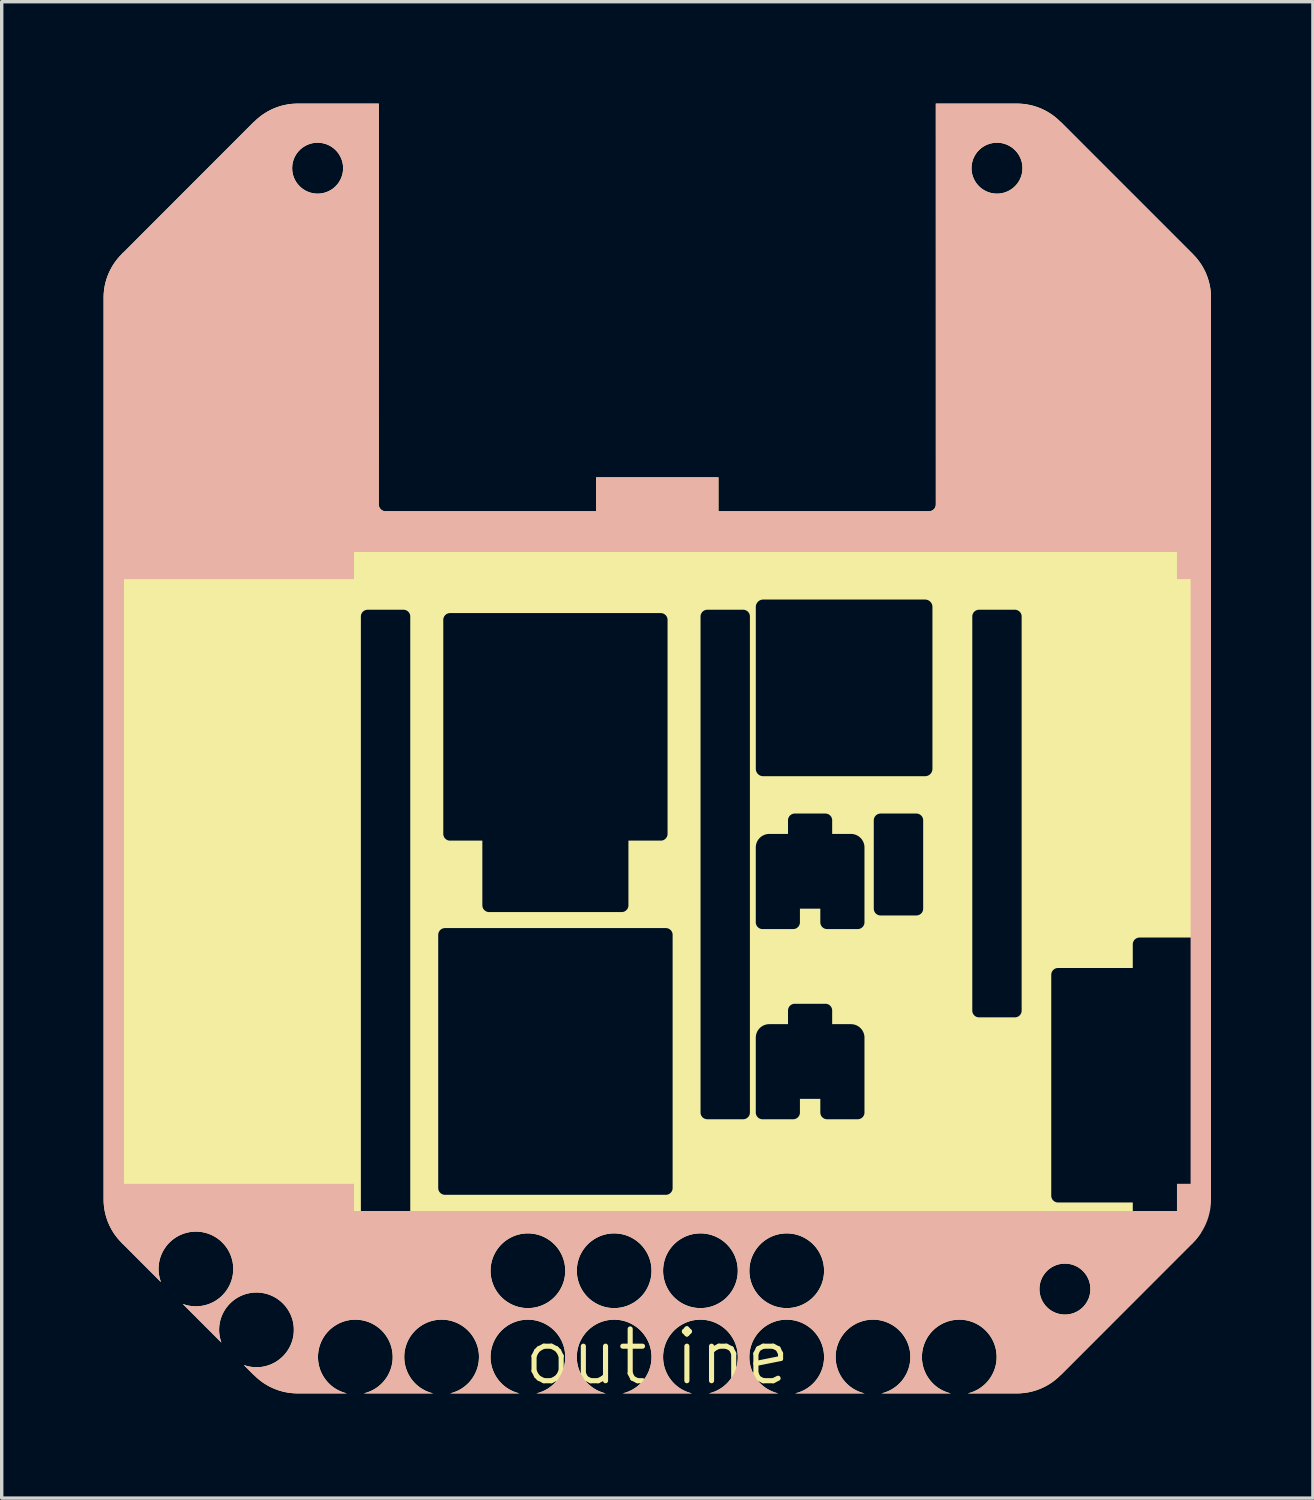
<source format=kicad_pcb>
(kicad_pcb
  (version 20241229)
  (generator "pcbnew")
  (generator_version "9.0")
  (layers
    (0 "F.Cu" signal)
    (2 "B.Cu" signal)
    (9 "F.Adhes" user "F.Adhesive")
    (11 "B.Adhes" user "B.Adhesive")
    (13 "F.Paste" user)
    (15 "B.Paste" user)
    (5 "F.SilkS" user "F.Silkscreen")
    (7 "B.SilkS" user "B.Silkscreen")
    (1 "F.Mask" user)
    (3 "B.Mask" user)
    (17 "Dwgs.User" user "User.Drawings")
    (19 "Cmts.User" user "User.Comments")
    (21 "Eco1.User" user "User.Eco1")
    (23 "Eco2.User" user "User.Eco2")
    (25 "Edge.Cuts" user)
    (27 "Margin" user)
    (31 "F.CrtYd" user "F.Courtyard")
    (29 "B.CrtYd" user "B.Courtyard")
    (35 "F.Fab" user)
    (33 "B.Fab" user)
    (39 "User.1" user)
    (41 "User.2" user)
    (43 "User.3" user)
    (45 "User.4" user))
  (footprint "outline"
    (layer "F.Cu")
    (at 16.301 36.901)
    (property "Reference" "outline" (at 0 0 0) (layer "F.SilkS") (effects (font (size 1.524 1.524) (thickness 0.15))))
    (attr through_hole)
    (fp_poly (pts (xy -10.592 -36.901) (xy -10.223 -35.716) (xy -10.187 -35.726) (xy -10.151 -35.735) (xy -10.114 -35.741) (xy -10.077 -35.746) (xy -10.039 -35.749) (xy -10 -35.75) (xy -9.961 -35.749) (xy -9.923 -35.746) (xy -9.886 -35.741) (xy -9.849 -35.734) (xy -9.813 -35.726) (xy -9.777 -35.716) (xy -9.742 -35.704) (xy -9.708 -35.691) (xy -9.675 -35.676) (xy -9.643 -35.659) (xy -9.611 -35.641) (xy -9.581 -35.622) (xy -9.551 -35.601) (xy -9.523 -35.578) (xy -9.496 -35.555) (xy -9.47 -35.53) (xy -9.445 -35.504) (xy -9.421 -35.477) (xy -9.399 -35.449) (xy -9.378 -35.419) (xy -9.359 -35.389) (xy -9.341 -35.357) (xy -9.324 -35.325) (xy -9.309 -35.292) (xy -9.296 -35.258) (xy -9.284 -35.223) (xy -9.274 -35.187) (xy -9.265 -35.151) (xy -9.259 -35.114) (xy -9.254 -35.077) (xy -9.251 -35.039) (xy -9.25 -35) (xy -9.251 -34.961) (xy -9.254 -34.923) (xy -9.259 -34.886) (xy -9.265 -34.849) (xy -9.274 -34.813) (xy -9.284 -34.777) (xy -9.296 -34.742) (xy -9.309 -34.708) (xy -9.324 -34.675) (xy -9.341 -34.643) (xy -9.359 -34.611) (xy -9.378 -34.581) (xy -9.399 -34.551) (xy -9.421 -34.523) (xy -9.445 -34.496) (xy -9.47 -34.47) (xy -9.496 -34.445) (xy -9.523 -34.421) (xy -9.551 -34.399) (xy -9.581 -34.378) (xy -9.611 -34.359) (xy -9.643 -34.341) (xy -9.675 -34.324) (xy -9.708 -34.309) (xy -9.742 -34.296) (xy -9.777 -34.284) (xy -9.813 -34.274) (xy -9.849 -34.265) (xy -9.886 -34.259) (xy -9.923 -34.254) (xy -9.961 -34.251) (xy -10 -34.25) (xy -10.039 -34.251) (xy -10.077 -34.254) (xy -10.114 -34.259) (xy -10.151 -34.265) (xy -10.187 -34.274) (xy -10.223 -34.284) (xy -10.258 -34.296) (xy -10.292 -34.309) (xy -10.325 -34.324) (xy -10.357 -34.34) (xy -10.389 -34.359) (xy -10.419 -34.378) (xy -10.449 -34.399) (xy -10.477 -34.421) (xy -10.504 -34.445) (xy -10.53 -34.47) (xy -10.555 -34.496) (xy -10.579 -34.523) (xy -10.601 -34.551) (xy -10.622 -34.581) (xy -10.642 -34.611) (xy -10.66 -34.642) (xy -10.676 -34.675) (xy -10.691 -34.708) (xy -10.705 -34.742) (xy -10.716 -34.777) (xy -10.727 -34.812) (xy -10.735 -34.849) (xy -10.742 -34.886) (xy -10.746 -34.923) (xy -10.749 -34.961) (xy -10.75 -35) (xy -10.749 -35.039) (xy -10.746 -35.077) (xy -10.742 -35.114) (xy -10.735 -35.151) (xy -10.727 -35.187) (xy -10.716 -35.223) (xy -10.705 -35.258) (xy -10.691 -35.292) (xy -10.676 -35.325) (xy -10.66 -35.357) (xy -10.642 -35.389) (xy -10.622 -35.419) (xy -10.601 -35.449) (xy -10.579 -35.477) (xy -10.555 -35.504) (xy -10.53 -35.53) (xy -10.504 -35.555) (xy -10.477 -35.579) (xy -10.449 -35.601) (xy -10.419 -35.622) (xy -10.389 -35.641) (xy -10.357 -35.659) (xy -10.325 -35.676) (xy -10.292 -35.691) (xy -10.258 -35.704) (xy -10.223 -35.716) (xy -10.592 -36.901) (xy -10.636 -36.9) (xy -10.681 -36.898) (xy -10.725 -36.895) (xy -10.769 -36.892) (xy -10.813 -36.887) (xy -10.857 -36.881) (xy -10.9 -36.873) (xy -10.944 -36.865) (xy -10.987 -36.856) (xy -11.029 -36.846) (xy -11.072 -36.835) (xy -11.114 -36.822) (xy -11.156 -36.809) (xy -11.197 -36.795) (xy -11.238 -36.779) (xy -11.279 -36.763) (xy -11.319 -36.746) (xy -11.359 -36.727) (xy -11.398 -36.708) (xy -11.437 -36.688) (xy -11.475 -36.667) (xy -11.513 -36.644) (xy -11.551 -36.621) (xy -11.588 -36.597) (xy -11.624 -36.573) (xy -11.66 -36.547) (xy -11.695 -36.52) (xy -11.729 -36.492) (xy -11.763 -36.464) (xy -11.797 -36.434) (xy -11.829 -36.404) (xy -11.861 -36.373) (xy -11.868 -36.367) (xy -11.876 -36.36) (xy -11.884 -36.355) (xy -11.892 -36.349) (xy -11.9 -36.344) (xy -11.908 -36.34) (xy -11.893 -36.346) (xy -15.742 -32.494) (xy -15.73 -32.527) (xy -15.734 -32.518) (xy -15.739 -32.51) (xy -15.743 -32.501) (xy -15.749 -32.493) (xy -15.754 -32.485) (xy -15.76 -32.478) (xy -15.766 -32.47) (xy -15.773 -32.463) (xy -15.804 -32.431) (xy -15.835 -32.399) (xy -15.864 -32.365) (xy -15.893 -32.331) (xy -15.92 -32.297) (xy -15.947 -32.261) (xy -15.973 -32.226) (xy -15.998 -32.189) (xy -16.022 -32.152) (xy -16.045 -32.115) (xy -16.067 -32.077) (xy -16.088 -32.038) (xy -16.108 -31.999) (xy -16.128 -31.96) (xy -16.146 -31.92) (xy -16.163 -31.88) (xy -16.18 -31.839) (xy -16.195 -31.798) (xy -16.209 -31.756) (xy -16.223 -31.714) (xy -16.235 -31.672) (xy -16.246 -31.63) (xy -16.256 -31.587) (xy -16.266 -31.544) (xy -16.274 -31.5) (xy -16.281 -31.457) (xy -16.287 -31.413) (xy -16.292 -31.369) (xy -16.296 -31.325) (xy -16.299 -31.281) (xy -16.3 -31.236) (xy -16.301 -31.191) (xy -16.301 -4.638) (xy -16.3 -4.594) (xy -16.299 -4.549) (xy -16.296 -4.505) (xy -16.292 -4.461) (xy -16.287 -4.417) (xy -16.281 -4.373) (xy -16.274 -4.33) (xy -16.266 -4.286) (xy -16.256 -4.243) (xy -16.246 -4.2) (xy -16.235 -4.158) (xy -16.223 -4.116) (xy -16.209 -4.074) (xy -16.195 -4.032) (xy -16.18 -3.991) (xy -16.163 -3.951) (xy -16.146 -3.91) (xy -16.128 -3.87) (xy -16.108 -3.831) (xy -16.088 -3.792) (xy -16.067 -3.754) (xy -16.045 -3.716) (xy -16.022 -3.678) (xy -15.998 -3.641) (xy -15.973 -3.605) (xy -15.947 -3.569) (xy -15.92 -3.534) (xy -15.893 -3.499) (xy -15.864 -3.465) (xy -15.835 -3.432) (xy -15.804 -3.399) (xy -15.773 -3.367) (xy -15.766 -3.36) (xy -15.759 -3.352) (xy -15.753 -3.343) (xy -15.747 -3.335) (xy -15.741 -3.326) (xy -15.737 -3.317) (xy -15.742 -3.336) (xy -14.612 -2.205) (xy -14.616 -2.216) (xy -14.62 -2.228) (xy -14.624 -2.24) (xy -14.628 -2.251) (xy -14.632 -2.263) (xy -14.636 -2.275) (xy -14.639 -2.287) (xy -14.643 -2.299) (xy -14.646 -2.311) (xy -14.649 -2.323) (xy -14.652 -2.335) (xy -14.655 -2.347) (xy -14.658 -2.359) (xy -14.66 -2.371) (xy -14.663 -2.383) (xy -14.665 -2.396) (xy -14.667 -2.408) (xy -14.67 -2.42) (xy -14.671 -2.432) (xy -14.673 -2.445) (xy -14.675 -2.457) (xy -14.676 -2.469) (xy -14.678 -2.481) (xy -14.679 -2.494) (xy -14.68 -2.506) (xy -14.681 -2.519) (xy -14.682 -2.531) (xy -14.683 -2.543) (xy -14.683 -2.556) (xy -14.683 -2.568) (xy -14.684 -2.581) (xy -14.684 -2.593) (xy -14.682 -2.65) (xy -14.678 -2.706) (xy -14.671 -2.761) (xy -14.661 -2.815) (xy -14.649 -2.868) (xy -14.634 -2.92) (xy -14.617 -2.971) (xy -14.597 -3.021) (xy -14.575 -3.07) (xy -14.551 -3.117) (xy -14.524 -3.163) (xy -14.496 -3.208) (xy -14.465 -3.251) (xy -14.433 -3.293) (xy -14.398 -3.333) (xy -14.361 -3.371) (xy -14.323 -3.407) (xy -14.283 -3.442) (xy -14.242 -3.474) (xy -14.199 -3.505) (xy -14.154 -3.534) (xy -14.108 -3.56) (xy -14.061 -3.584) (xy -14.012 -3.606) (xy -13.962 -3.626) (xy -13.911 -3.643) (xy -13.859 -3.658) (xy -13.805 -3.67) (xy -13.751 -3.68) (xy -13.696 -3.687) (xy -13.64 -3.691) (xy -13.584 -3.693) (xy -13.527 -3.691) (xy -13.471 -3.687) (xy -13.416 -3.68) (xy -13.362 -3.67) (xy -13.309 -3.658) (xy -13.257 -3.643) (xy -13.206 -3.626) (xy -13.156 -3.606) (xy -13.107 -3.584) (xy -13.06 -3.56) (xy -13.014 -3.534) (xy -12.969 -3.505) (xy -12.926 -3.474) (xy -12.884 -3.442) (xy -12.844 -3.407) (xy -12.806 -3.371) (xy -12.77 -3.332) (xy -12.735 -3.293) (xy -12.703 -3.251) (xy -12.672 -3.208) (xy -12.643 -3.163) (xy -12.617 -3.117) (xy -12.593 -3.07) (xy -12.57 -3.021) (xy -12.551 -2.971) (xy -12.534 -2.92) (xy -12.519 -2.868) (xy -12.506 -2.815) (xy -12.497 -2.761) (xy -12.49 -2.706) (xy -12.485 -2.65) (xy -12.484 -2.593) (xy -12.485 -2.537) (xy -12.49 -2.481) (xy -12.497 -2.426) (xy -12.506 -2.371) (xy -12.519 -2.318) (xy -12.533 -2.266) (xy -12.551 -2.215) (xy -12.57 -2.165) (xy -12.592 -2.116) (xy -12.617 -2.069) (xy -12.643 -2.023) (xy -12.672 -1.978) (xy -12.702 -1.935) (xy -12.735 -1.893) (xy -12.77 -1.854) (xy -12.806 -1.815) (xy -12.844 -1.779) (xy -12.884 -1.744) (xy -12.926 -1.712) (xy -12.969 -1.681) (xy -13.013 -1.652) (xy -13.059 -1.626) (xy -13.107 -1.602) (xy -13.156 -1.579) (xy -13.205 -1.56) (xy -13.257 -1.542) (xy -13.309 -1.528) (xy -13.362 -1.515) (xy -13.416 -1.506) (xy -13.471 -1.499) (xy -13.527 -1.494) (xy -13.584 -1.493) (xy -13.596 -1.493) (xy -13.609 -1.493) (xy -13.621 -1.494) (xy -13.633 -1.494) (xy -13.646 -1.495) (xy -13.658 -1.496) (xy -13.67 -1.496) (xy -13.683 -1.498) (xy -13.695 -1.499) (xy -13.707 -1.5) (xy -13.72 -1.502) (xy -13.732 -1.503) (xy -13.744 -1.505) (xy -13.757 -1.507) (xy -13.769 -1.509) (xy -13.781 -1.511) (xy -13.793 -1.513) (xy -13.805 -1.516) (xy -13.817 -1.518) (xy -13.829 -1.521) (xy -13.841 -1.524) (xy -13.854 -1.527) (xy -13.865 -1.53) (xy -13.877 -1.533) (xy -13.889 -1.537) (xy -13.901 -1.54) (xy -13.913 -1.544) (xy -13.925 -1.548) (xy -13.937 -1.552) (xy -13.948 -1.556) (xy -13.96 -1.56) (xy -13.972 -1.564) (xy -12.833 -0.425) (xy -12.837 -0.437) (xy -12.841 -0.448) (xy -12.845 -0.459) (xy -12.849 -0.471) (xy -12.852 -0.482) (xy -12.856 -0.493) (xy -12.859 -0.505) (xy -12.862 -0.517) (xy -12.865 -0.528) (xy -12.868 -0.54) (xy -12.871 -0.551) (xy -12.874 -0.563) (xy -12.876 -0.575) (xy -12.879 -0.586) (xy -12.881 -0.598) (xy -12.883 -0.61) (xy -12.885 -0.621) (xy -12.887 -0.633) (xy -12.889 -0.645) (xy -12.891 -0.657) (xy -12.892 -0.669) (xy -12.894 -0.681) (xy -12.895 -0.692) (xy -12.896 -0.704) (xy -12.897 -0.716) (xy -12.898 -0.728) (xy -12.899 -0.74) (xy -12.899 -0.752) (xy -12.9 -0.764) (xy -12.9 -0.776) (xy -12.9 -0.788) (xy -12.901 -0.8) (xy -12.899 -0.857) (xy -12.895 -0.912) (xy -12.888 -0.967) (xy -12.878 -1.022) (xy -12.866 -1.075) (xy -12.851 -1.127) (xy -12.834 -1.178) (xy -12.814 -1.228) (xy -12.792 -1.277) (xy -12.768 -1.324) (xy -12.741 -1.37) (xy -12.713 -1.415) (xy -12.682 -1.458) (xy -12.649 -1.499) (xy -12.615 -1.539) (xy -12.578 -1.577) (xy -12.54 -1.614) (xy -12.5 -1.648) (xy -12.459 -1.681) (xy -12.416 -1.712) (xy -12.371 -1.74) (xy -12.325 -1.767) (xy -12.278 -1.791) (xy -12.229 -1.813) (xy -12.179 -1.833) (xy -12.128 -1.85) (xy -12.076 -1.865) (xy -12.022 -1.877) (xy -11.968 -1.887) (xy -11.913 -1.894) (xy -11.857 -1.898) (xy -11.801 -1.9) (xy -11.744 -1.898) (xy -11.688 -1.894) (xy -11.633 -1.887) (xy -11.579 -1.877) (xy -11.526 -1.865) (xy -11.474 -1.85) (xy -11.423 -1.833) (xy -11.373 -1.813) (xy -11.324 -1.791) (xy -11.277 -1.767) (xy -11.23 -1.741) (xy -11.186 -1.712) (xy -11.143 -1.681) (xy -11.101 -1.649) (xy -11.061 -1.614) (xy -11.023 -1.578) (xy -10.987 -1.539) (xy -10.952 -1.5) (xy -10.919 -1.458) (xy -10.889 -1.415) (xy -10.86 -1.37) (xy -10.834 -1.324) (xy -10.809 -1.277) (xy -10.787 -1.228) (xy -10.767 -1.178) (xy -10.75 -1.127) (xy -10.735 -1.075) (xy -10.723 -1.022) (xy -10.713 -0.967) (xy -10.706 -0.912) (xy -10.702 -0.857) (xy -10.701 -0.8) (xy -10.702 -0.743) (xy -10.706 -0.687) (xy -10.713 -0.632) (xy -10.723 -0.578) (xy -10.735 -0.525) (xy -10.75 -0.473) (xy -10.767 -0.422) (xy -10.787 -0.372) (xy -10.809 -0.323) (xy -10.833 -0.276) (xy -10.86 -0.229) (xy -10.888 -0.185) (xy -10.919 -0.142) (xy -10.952 -0.1) (xy -10.986 -0.06) (xy -11.023 -0.022) (xy -11.061 0.014) (xy -11.101 0.049) (xy -11.143 0.082) (xy -11.186 0.112) (xy -11.23 0.141) (xy -11.276 0.168) (xy -11.324 0.192) (xy -11.373 0.214) (xy -11.423 0.234) (xy -11.474 0.251) (xy -11.526 0.266) (xy -11.579 0.278) (xy -11.633 0.288) (xy -11.688 0.295) (xy -11.744 0.299) (xy -11.801 0.3) (xy -11.813 0.3) (xy -11.825 0.3) (xy -11.837 0.3) (xy -11.849 0.299) (xy -11.861 0.298) (xy -11.872 0.298) (xy -11.884 0.297) (xy -11.896 0.296) (xy -11.908 0.295) (xy -11.92 0.293) (xy -11.932 0.292) (xy -11.944 0.291) (xy -11.955 0.289) (xy -11.967 0.287) (xy -11.979 0.285) (xy -11.991 0.283) (xy -12.003 0.281) (xy -12.014 0.279) (xy -12.026 0.276) (xy -12.038 0.274) (xy -12.049 0.271) (xy -12.061 0.268) (xy -12.072 0.265) (xy -12.084 0.262) (xy -12.095 0.259) (xy -12.107 0.256) (xy -12.118 0.253) (xy -12.13 0.249) (xy -12.141 0.245) (xy -12.152 0.242) (xy -12.164 0.238) (xy -12.175 0.234) (xy -11.893 0.516) (xy -11.906 0.51) (xy -11.898 0.514) (xy -11.89 0.519) (xy -11.883 0.525) (xy -11.875 0.531) (xy -11.868 0.537) (xy -11.861 0.543) (xy -11.829 0.574) (xy -11.797 0.605) (xy -11.763 0.634) (xy -11.729 0.662) (xy -11.695 0.69) (xy -11.66 0.717) (xy -11.624 0.743) (xy -11.588 0.768) (xy -11.551 0.791) (xy -11.513 0.815) (xy -11.475 0.837) (xy -11.437 0.858) (xy -11.398 0.878) (xy -11.359 0.897) (xy -11.319 0.916) (xy -11.279 0.933) (xy -11.238 0.949) (xy -11.197 0.964) (xy -11.156 0.979) (xy -11.114 0.992) (xy -11.072 1.004) (xy -11.029 1.016) (xy -10.987 1.026) (xy -10.944 1.035) (xy -10.9 1.043) (xy -10.857 1.05) (xy -10.813 1.056) (xy -10.769 1.061) (xy -10.725 1.065) (xy -10.681 1.068) (xy -10.636 1.07) (xy -10.592 1.07) (xy -9.139 1.07) (xy -9.185 1.058) (xy -9.231 1.045) (xy -9.275 1.029) (xy -9.318 1.012) (xy -9.361 0.993) (xy -9.402 0.972) (xy -9.443 0.95) (xy -9.482 0.926) (xy -9.52 0.901) (xy -9.557 0.874) (xy -9.593 0.845) (xy -9.627 0.816) (xy -9.66 0.784) (xy -9.692 0.752) (xy -9.722 0.718) (xy -9.751 0.683) (xy -9.778 0.647) (xy -9.804 0.61) (xy -9.829 0.572) (xy -9.852 0.533) (xy -9.873 0.493) (xy -9.893 0.451) (xy -9.911 0.409) (xy -9.927 0.367) (xy -9.941 0.323) (xy -9.954 0.279) (xy -9.965 0.234) (xy -9.974 0.188) (xy -9.981 0.142) (xy -9.986 0.095) (xy -9.989 0.048) (xy -9.99 0) (xy -9.989 -0.057) (xy -9.984 -0.112) (xy -9.977 -0.168) (xy -9.968 -0.222) (xy -9.955 -0.275) (xy -9.941 -0.327) (xy -9.923 -0.378) (xy -9.904 -0.428) (xy -9.882 -0.477) (xy -9.857 -0.524) (xy -9.831 -0.571) (xy -9.802 -0.615) (xy -9.772 -0.658) (xy -9.739 -0.7) (xy -9.704 -0.74) (xy -9.668 -0.778) (xy -9.63 -0.814) (xy -9.59 -0.849) (xy -9.548 -0.882) (xy -9.505 -0.912) (xy -9.46 -0.941) (xy -9.414 -0.967) (xy -9.367 -0.992) (xy -9.318 -1.014) (xy -9.268 -1.033) (xy -9.217 -1.051) (xy -9.165 -1.066) (xy -9.112 -1.078) (xy -9.057 -1.088) (xy -9.002 -1.095) (xy -8.947 -1.099) (xy -8.89 -1.1) (xy -8.833 -1.099) (xy -8.777 -1.094) (xy -8.722 -1.087) (xy -8.668 -1.078) (xy -8.615 -1.065) (xy -8.563 -1.051) (xy -8.512 -1.033) (xy -8.462 -1.014) (xy -8.413 -0.992) (xy -8.366 -0.967) (xy -8.32 -0.941) (xy -8.275 -0.912) (xy -8.232 -0.881) (xy -8.19 -0.849) (xy -8.15 -0.814) (xy -8.112 -0.778) (xy -8.076 -0.74) (xy -8.041 -0.7) (xy -8.009 -0.658) (xy -7.978 -0.615) (xy -7.949 -0.57) (xy -7.923 -0.524) (xy -7.899 -0.477) (xy -7.877 -0.428) (xy -7.857 -0.378) (xy -7.84 -0.327) (xy -7.825 -0.275) (xy -7.813 -0.222) (xy -7.803 -0.168) (xy -7.796 -0.112) (xy -7.792 -0.057) (xy -7.79 0) (xy -7.791 0.048) (xy -7.794 0.095) (xy -7.799 0.142) (xy -7.807 0.188) (xy -7.815 0.234) (xy -7.826 0.279) (xy -7.839 0.323) (xy -7.853 0.367) (xy -7.87 0.409) (xy -7.887 0.451) (xy -7.907 0.492) (xy -7.928 0.533) (xy -7.951 0.572) (xy -7.976 0.61) (xy -8.002 0.647) (xy -8.029 0.683) (xy -8.058 0.718) (xy -8.088 0.752) (xy -8.12 0.784) (xy -8.153 0.815) (xy -8.187 0.845) (xy -8.223 0.874) (xy -8.26 0.901) (xy -8.298 0.926) (xy -8.337 0.95) (xy -8.378 0.972) (xy -8.419 0.993) (xy -8.461 1.012) (xy -8.505 1.029) (xy -8.549 1.045) (xy -8.595 1.058) (xy -8.641 1.07) (xy -6.599 1.07) (xy -6.645 1.058) (xy -6.691 1.045) (xy -6.735 1.029) (xy -6.779 1.012) (xy -6.821 0.993) (xy -6.862 0.972) (xy -6.903 0.95) (xy -6.942 0.926) (xy -6.98 0.901) (xy -7.017 0.874) (xy -7.053 0.845) (xy -7.087 0.816) (xy -7.12 0.784) (xy -7.152 0.752) (xy -7.182 0.718) (xy -7.211 0.683) (xy -7.239 0.647) (xy -7.265 0.61) (xy -7.289 0.572) (xy -7.312 0.533) (xy -7.333 0.493) (xy -7.353 0.451) (xy -7.371 0.409) (xy -7.387 0.367) (xy -7.401 0.323) (xy -7.414 0.279) (xy -7.425 0.234) (xy -7.434 0.188) (xy -7.441 0.142) (xy -7.446 0.095) (xy -7.449 0.048) (xy -7.45 0) (xy -7.449 -0.057) (xy -7.445 -0.112) (xy -7.438 -0.168) (xy -7.428 -0.222) (xy -7.416 -0.275) (xy -7.401 -0.327) (xy -7.383 -0.378) (xy -7.364 -0.428) (xy -7.342 -0.477) (xy -7.317 -0.524) (xy -7.291 -0.571) (xy -7.262 -0.615) (xy -7.232 -0.658) (xy -7.199 -0.7) (xy -7.164 -0.74) (xy -7.128 -0.778) (xy -7.09 -0.814) (xy -7.05 -0.849) (xy -7.008 -0.882) (xy -6.965 -0.912) (xy -6.921 -0.941) (xy -6.874 -0.967) (xy -6.827 -0.992) (xy -6.778 -1.014) (xy -6.728 -1.033) (xy -6.677 -1.051) (xy -6.625 -1.066) (xy -6.572 -1.078) (xy -6.518 -1.088) (xy -6.462 -1.095) (xy -6.407 -1.099) (xy -6.476 -2.1) (xy -8.69 -2.1) (xy -8.69 -2.501) (xy -6.476 -2.501) (xy -6.476 -2.1) (xy -6.407 -1.099) (xy -6.35 -1.1) (xy -6.293 -1.099) (xy -6.238 -1.095) (xy -6.182 -1.088) (xy -6.128 -1.078) (xy -6.075 -1.066) (xy -6.023 -1.051) (xy -5.972 -1.033) (xy -5.922 -1.014) (xy -5.873 -0.992) (xy -5.826 -0.967) (xy -5.779 -0.941) (xy -5.735 -0.912) (xy -5.692 -0.882) (xy -5.65 -0.849) (xy -5.61 -0.814) (xy -5.572 -0.778) (xy -5.536 -0.74) (xy -5.501 -0.7) (xy -5.468 -0.658) (xy -5.438 -0.615) (xy -5.409 -0.571) (xy -5.383 -0.524) (xy -5.358 -0.477) (xy -5.336 -0.428) (xy -5.317 -0.378) (xy -5.299 -0.327) (xy -5.284 -0.275) (xy -5.272 -0.222) (xy -5.262 -0.168) (xy -5.255 -0.112) (xy -5.251 -0.057) (xy -5.25 0) (xy -5.251 0.048) (xy -5.254 0.095) (xy -5.259 0.142) (xy -5.266 0.188) (xy -5.275 0.233) (xy -5.286 0.278) (xy -5.298 0.323) (xy -5.313 0.366) (xy -5.329 0.409) (xy -5.347 0.451) (xy -5.366 0.492) (xy -5.388 0.532) (xy -5.411 0.572) (xy -5.435 0.61) (xy -5.461 0.647) (xy -5.488 0.683) (xy -5.517 0.718) (xy -5.547 0.752) (xy -5.579 0.784) (xy -5.612 0.815) (xy -5.646 0.845) (xy -5.682 0.873) (xy -5.719 0.9) (xy -5.757 0.926) (xy -5.796 0.95) (xy -5.836 0.972) (xy -5.878 0.993) (xy -5.92 1.012) (xy -5.964 1.029) (xy -6.008 1.045) (xy -6.053 1.058) (xy -6.099 1.07) (xy -4.059 1.07) (xy -4.105 1.058) (xy -4.15 1.045) (xy -4.195 1.029) (xy -4.238 1.012) (xy -4.281 0.993) (xy -4.322 0.972) (xy -4.362 0.95) (xy -4.402 0.926) (xy -4.44 0.901) (xy -4.477 0.874) (xy -4.512 0.845) (xy -4.547 0.816) (xy -4.58 0.784) (xy -4.611 0.752) (xy -4.642 0.718) (xy -4.671 0.683) (xy -4.698 0.647) (xy -4.724 0.61) (xy -4.749 0.572) (xy -4.772 0.533) (xy -4.793 0.493) (xy -4.812 0.451) (xy -4.83 0.409) (xy -4.847 0.367) (xy -4.861 0.323) (xy -4.874 0.279) (xy -4.885 0.234) (xy -4.893 0.188) (xy -4.901 0.142) (xy -4.906 0.095) (xy -4.909 0.048) (xy -4.91 0) (xy -4.908 -0.057) (xy -4.904 -0.112) (xy -4.897 -0.168) (xy -4.887 -0.222) (xy -4.875 -0.275) (xy -4.86 -0.327) (xy -4.843 -0.378) (xy -4.823 -0.428) (xy -4.801 -0.477) (xy -4.777 -0.524) (xy -4.751 -0.57) (xy -4.722 -0.615) (xy -4.691 -0.658) (xy -4.659 -0.7) (xy -4.624 -0.74) (xy -4.588 -0.778) (xy -4.55 -0.814) (xy -4.51 -0.849) (xy -4.468 -0.881) (xy -4.425 -0.912) (xy -4.38 -0.941) (xy -4.334 -0.967) (xy -4.287 -0.992) (xy -4.238 -1.014) (xy -4.188 -1.033) (xy -4.137 -1.051) (xy -4.085 -1.065) (xy -4.032 -1.078) (xy -3.978 -1.087) (xy -3.923 -1.094) (xy -3.867 -1.099) (xy -3.81 -1.1) (xy -3.81 -1.44) (xy -3.867 -1.442) (xy -3.923 -1.446) (xy -3.978 -1.453) (xy -4.032 -1.463) (xy -4.085 -1.475) (xy -4.137 -1.49) (xy -4.188 -1.507) (xy -4.238 -1.527) (xy -4.287 -1.549) (xy -4.334 -1.573) (xy -4.38 -1.6) (xy -4.425 -1.628) (xy -4.468 -1.659) (xy -4.51 -1.691) (xy -4.549 -1.726) (xy -4.588 -1.762) (xy -4.624 -1.801) (xy -4.659 -1.84) (xy -4.691 -1.882) (xy -4.722 -1.925) (xy -4.75 -1.97) (xy -4.777 -2.016) (xy -4.801 -2.063) (xy -4.823 -2.112) (xy -4.843 -2.162) (xy -4.86 -2.213) (xy -4.875 -2.265) (xy -4.887 -2.318) (xy -4.897 -2.372) (xy -4.904 -2.427) (xy -4.908 -2.483) (xy -4.91 -2.54) (xy -4.908 -2.596) (xy -4.904 -2.652) (xy -4.897 -2.707) (xy -4.887 -2.762) (xy -4.875 -2.815) (xy -4.86 -2.867) (xy -4.843 -2.918) (xy -4.823 -2.968) (xy -4.801 -3.017) (xy -4.777 -3.064) (xy -4.751 -3.11) (xy -4.722 -3.155) (xy -4.691 -3.198) (xy -4.659 -3.24) (xy -4.624 -3.28) (xy -4.588 -3.318) (xy -4.55 -3.354) (xy -4.51 -3.389) (xy -4.468 -3.421) (xy -4.425 -3.452) (xy -4.38 -3.481) (xy -4.334 -3.507) (xy -4.287 -3.531) (xy -4.238 -3.554) (xy -4.188 -3.573) (xy -4.137 -3.591) (xy -4.085 -3.605) (xy -4.032 -3.618) (xy -3.978 -3.627) (xy -3.923 -3.634) (xy -3.867 -3.639) (xy -3.81 -3.64) (xy -3.753 -3.639) (xy -3.698 -3.634) (xy -3.643 -3.627) (xy -3.588 -3.618) (xy -3.535 -3.605) (xy -3.483 -3.591) (xy -3.432 -3.573) (xy -3.382 -3.554) (xy -3.333 -3.532) (xy -3.286 -3.507) (xy -3.24 -3.481) (xy -3.195 -3.452) (xy -3.152 -3.422) (xy -3.11 -3.389) (xy -3.07 -3.354) (xy -3.032 -3.318) (xy -2.996 -3.28) (xy -2.961 -3.24) (xy -2.928 -3.198) (xy -2.898 -3.155) (xy -2.869 -3.11) (xy -2.843 -3.064) (xy -2.818 -3.017) (xy -2.796 -2.968) (xy -2.777 -2.918) (xy -2.759 -2.867) (xy -2.745 -2.815) (xy -2.732 -2.762) (xy -2.723 -2.707) (xy -2.716 -2.652) (xy -2.711 -2.597) (xy -2.71 -2.54) (xy -2.711 -2.483) (xy -2.716 -2.427) (xy -2.723 -2.372) (xy -2.732 -2.318) (xy -2.745 -2.265) (xy -2.759 -2.213) (xy -2.777 -2.162) (xy -2.796 -2.112) (xy -2.819 -2.063) (xy -2.843 -2.016) (xy -2.869 -1.97) (xy -2.898 -1.925) (xy -2.929 -1.882) (xy -2.961 -1.84) (xy -2.996 -1.8) (xy -3.032 -1.762) (xy -3.07 -1.726) (xy -3.11 -1.691) (xy -3.152 -1.659) (xy -3.195 -1.628) (xy -3.24 -1.599) (xy -3.286 -1.573) (xy -3.333 -1.549) (xy -3.382 -1.527) (xy -3.432 -1.507) (xy -3.483 -1.49) (xy -3.535 -1.475) (xy -3.588 -1.463) (xy -3.643 -1.453) (xy -3.698 -1.446) (xy -3.754 -1.442) (xy -3.81 -1.44) (xy -3.81 -1.1) (xy -3.753 -1.099) (xy -3.698 -1.095) (xy -3.643 -1.088) (xy -3.588 -1.078) (xy -3.535 -1.066) (xy -3.483 -1.051) (xy -3.432 -1.033) (xy -3.382 -1.014) (xy -3.333 -0.992) (xy -3.286 -0.967) (xy -3.24 -0.941) (xy -3.195 -0.912) (xy -3.152 -0.882) (xy -3.11 -0.849) (xy -3.07 -0.814) (xy -3.032 -0.778) (xy -2.996 -0.74) (xy -2.961 -0.7) (xy -2.928 -0.658) (xy -2.898 -0.615) (xy -2.869 -0.571) (xy -2.843 -0.524) (xy -2.818 -0.477) (xy -2.796 -0.428) (xy -2.777 -0.378) (xy -2.759 -0.327) (xy -2.745 -0.275) (xy -2.732 -0.222) (xy -2.723 -0.168) (xy -2.716 -0.112) (xy -2.711 -0.057) (xy -2.71 0) (xy -2.711 0.048) (xy -2.714 0.095) (xy -2.719 0.142) (xy -2.726 0.188) (xy -2.735 0.233) (xy -2.746 0.278) (xy -2.758 0.323) (xy -2.773 0.366) (xy -2.789 0.409) (xy -2.807 0.451) (xy -2.827 0.492) (xy -2.848 0.532) (xy -2.871 0.572) (xy -2.895 0.61) (xy -2.921 0.647) (xy -2.948 0.683) (xy -2.977 0.718) (xy -3.008 0.752) (xy -3.039 0.784) (xy -3.072 0.815) (xy -3.107 0.845) (xy -3.142 0.873) (xy -3.179 0.9) (xy -3.217 0.926) (xy -3.256 0.95) (xy -3.296 0.972) (xy -3.338 0.993) (xy -3.38 1.012) (xy -3.424 1.029) (xy -3.468 1.045) (xy -3.513 1.058) (xy -3.559 1.07) (xy -1.519 1.07) (xy -1.565 1.058) (xy -1.61 1.045) (xy -1.655 1.029) (xy -1.698 1.012) (xy -1.741 0.993) (xy -1.782 0.972) (xy -1.823 0.95) (xy -1.862 0.926) (xy -1.9 0.901) (xy -1.937 0.874) (xy -1.972 0.845) (xy -2.007 0.816) (xy -2.04 0.784) (xy -2.072 0.752) (xy -2.102 0.718) (xy -2.131 0.683) (xy -2.158 0.647) (xy -2.184 0.61) (xy -2.209 0.572) (xy -2.232 0.533) (xy -2.253 0.493) (xy -2.273 0.451) (xy -2.29 0.409) (xy -2.307 0.367) (xy -2.321 0.323) (xy -2.334 0.279) (xy -2.345 0.234) (xy -2.354 0.188) (xy -2.361 0.142) (xy -2.366 0.095) (xy -2.369 0.048) (xy -2.37 0) (xy -2.368 -0.057) (xy -2.364 -0.112) (xy -2.357 -0.168) (xy -2.348 -0.222) (xy -2.335 -0.275) (xy -2.32 -0.327) (xy -2.303 -0.378) (xy -2.284 -0.428) (xy -2.262 -0.477) (xy -2.237 -0.524) (xy -2.211 -0.57) (xy -2.182 -0.615) (xy -2.151 -0.658) (xy -2.119 -0.7) (xy -2.084 -0.74) (xy -2.048 -0.778) (xy -2.01 -0.814) (xy -1.97 -0.849) (xy -1.928 -0.881) (xy -1.885 -0.912) (xy -1.841 -0.941) (xy -1.794 -0.967) (xy -1.747 -0.992) (xy -1.698 -1.014) (xy -1.648 -1.033) (xy -1.597 -1.051) (xy -1.545 -1.065) (xy -1.492 -1.078) (xy -1.438 -1.087) (xy -1.383 -1.094) (xy -1.327 -1.099) (xy -1.27 -1.1) (xy -1.27 -1.44) (xy -1.327 -1.442) (xy -1.383 -1.446) (xy -1.438 -1.453) (xy -1.492 -1.463) (xy -1.545 -1.475) (xy -1.597 -1.49) (xy -1.648 -1.507) (xy -1.698 -1.527) (xy -1.747 -1.549) (xy -1.794 -1.573) (xy -1.84 -1.6) (xy -1.885 -1.628) (xy -1.928 -1.659) (xy -1.97 -1.691) (xy -2.01 -1.726) (xy -2.048 -1.762) (xy -2.084 -1.801) (xy -2.119 -1.84) (xy -2.151 -1.882) (xy -2.182 -1.925) (xy -2.211 -1.97) (xy -2.237 -2.016) (xy -2.261 -2.063) (xy -2.283 -2.112) (xy -2.303 -2.162) (xy -2.32 -2.213) (xy -2.335 -2.265) (xy -2.347 -2.318) (xy -2.357 -2.372) (xy -2.364 -2.427) (xy -2.368 -2.483) (xy -2.37 -2.54) (xy -2.368 -2.596) (xy -2.364 -2.652) (xy -2.357 -2.707) (xy -2.348 -2.762) (xy -2.335 -2.815) (xy -2.32 -2.867) (xy -2.303 -2.918) (xy -2.284 -2.968) (xy -2.262 -3.017) (xy -2.237 -3.064) (xy -2.211 -3.11) (xy -2.182 -3.155) (xy -2.151 -3.198) (xy -2.119 -3.24) (xy -2.084 -3.28) (xy -2.048 -3.318) (xy -2.01 -3.354) (xy -1.97 -3.389) (xy -1.928 -3.421) (xy -1.885 -3.452) (xy -1.841 -3.481) (xy -1.794 -3.507) (xy -1.747 -3.531) (xy -1.698 -3.554) (xy -1.648 -3.573) (xy -1.597 -3.591) (xy -1.545 -3.605) (xy -1.492 -3.618) (xy -1.438 -3.627) (xy -1.383 -3.634) (xy -1.327 -3.639) (xy -1.27 -3.64) (xy -1.214 -3.639) (xy -1.158 -3.634) (xy -1.103 -3.627) (xy -1.048 -3.618) (xy -0.995 -3.605) (xy -0.943 -3.591) (xy -0.892 -3.573) (xy -0.842 -3.554) (xy -0.793 -3.532) (xy -0.746 -3.507) (xy -0.7 -3.481) (xy -0.655 -3.452) (xy -0.612 -3.422) (xy -0.57 -3.389) (xy -0.53 -3.354) (xy -0.492 -3.318) (xy -0.456 -3.28) (xy -0.421 -3.24) (xy -0.389 -3.198) (xy -0.358 -3.155) (xy -0.329 -3.11) (xy -0.303 -3.064) (xy -0.278 -3.017) (xy -0.256 -2.968) (xy -0.237 -2.918) (xy -0.219 -2.867) (xy -0.205 -2.815) (xy -0.192 -2.762) (xy -0.183 -2.707) (xy -0.176 -2.652) (xy -0.171 -2.597) (xy -0.17 -2.54) (xy 0.17 -2.54) (xy 0.171 -2.597) (xy 0.176 -2.652) (xy 0.183 -2.707) (xy 0.192 -2.762) (xy 0.205 -2.815) (xy 0.219 -2.867) (xy 0.237 -2.918) (xy 0.256 -2.968) (xy 0.278 -3.017) (xy 0.303 -3.064) (xy 0.329 -3.11) (xy 0.358 -3.155) (xy 0.389 -3.198) (xy 0.421 -3.24) (xy 0.456 -3.28) (xy 0.492 -3.318) (xy 0.53 -3.354) (xy 0.57 -3.389) (xy 0.612 -3.422) (xy 0.655 -3.452) (xy 0.7 -3.481) (xy 0.746 -3.507) (xy 0.793 -3.532) (xy 0.842 -3.554) (xy 0.332 -4.793) (xy 0.321 -4.788) (xy 0.31 -4.785) (xy 0.299 -4.782) (xy 0.287 -4.779) (xy 0.275 -4.777) (xy 0.263 -4.776) (xy 0.251 -4.776) (xy -6.25 -4.776) (xy -6.262 -4.776) (xy -6.274 -4.777) (xy -6.286 -4.779) (xy -6.297 -4.782) (xy -6.309 -4.785) (xy -6.32 -4.788) (xy -6.33 -4.793) (xy -6.341 -4.798) (xy -6.351 -4.803) (xy -6.36 -4.809) (xy -6.37 -4.816) (xy -6.379 -4.823) (xy -6.387 -4.831) (xy -6.395 -4.839) (xy -6.403 -4.847) (xy -6.41 -4.856) (xy -7.273 -4.2) (xy -7.273 -4.188) (xy -7.274 -4.176) (xy -7.276 -4.164) (xy -7.279 -4.152) (xy -7.282 -4.141) (xy -7.285 -4.13) (xy -7.29 -4.119) (xy -7.295 -4.109) (xy -7.3 -4.099) (xy -7.306 -4.089) (xy -7.313 -4.08) (xy -7.32 -4.071) (xy -7.327 -4.062) (xy -7.335 -4.054) (xy -7.344 -4.047) (xy -7.353 -4.04) (xy -7.362 -4.033) (xy -7.372 -4.027) (xy -7.382 -4.021) (xy -7.392 -4.017) (xy -7.403 -4.012) (xy -7.414 -4.009) (xy -7.425 -4.005) (xy -7.437 -4.003) (xy -7.449 -4.001) (xy -7.461 -4) (xy -7.473 -4) (xy -8.527 -4) (xy -8.539 -4) (xy -8.551 -4.001) (xy -8.563 -4.003) (xy -8.574 -4.005) (xy -8.586 -4.009) (xy -8.597 -4.012) (xy -8.607 -4.017) (xy -8.618 -4.021) (xy -8.628 -4.027) (xy -8.637 -4.033) (xy -8.647 -4.04) (xy -8.656 -4.047) (xy -8.664 -4.054) (xy -8.672 -4.062) (xy -8.68 -4.071) (xy -8.687 -4.08) (xy -8.693 -4.089) (xy -8.699 -4.099) (xy -8.705 -4.109) (xy -8.71 -4.119) (xy -8.714 -4.13) (xy -8.718 -4.141) (xy -8.721 -4.152) (xy -8.723 -4.164) (xy -8.725 -4.176) (xy -8.726 -4.188) (xy -8.727 -4.2) (xy -8.727 -21.8) (xy -8.726 -21.812) (xy -8.725 -21.824) (xy -8.723 -21.836) (xy -8.721 -21.848) (xy -8.718 -21.859) (xy -8.714 -21.87) (xy -8.71 -21.881) (xy -8.705 -21.891) (xy -8.699 -21.901) (xy -8.693 -21.911) (xy -8.687 -21.92) (xy -8.68 -21.929) (xy -8.672 -21.938) (xy -8.664 -21.946) (xy -8.656 -21.953) (xy -8.647 -21.96) (xy -8.637 -21.967) (xy -8.628 -21.973) (xy -8.618 -21.978) (xy -8.607 -21.983) (xy -8.597 -21.988) (xy -8.586 -21.991) (xy -8.574 -21.995) (xy -8.563 -21.997) (xy -8.551 -21.999) (xy -8.539 -22) (xy -8.527 -22) (xy -7.473 -22) (xy -7.461 -22) (xy -7.449 -21.999) (xy -7.437 -21.997) (xy -7.425 -21.995) (xy -7.414 -21.991) (xy -7.403 -21.988) (xy -7.392 -21.983) (xy -7.382 -21.978) (xy -7.372 -21.973) (xy -7.362 -21.967) (xy -7.353 -21.96) (xy -7.344 -21.953) (xy -7.335 -21.946) (xy -7.327 -21.938) (xy -7.32 -21.929) (xy -7.313 -21.92) (xy -7.306 -21.911) (xy -7.3 -21.901) (xy -7.295 -21.891) (xy -7.29 -21.881) (xy -7.285 -21.87) (xy -7.282 -21.859) (xy -7.279 -21.848) (xy -7.276 -21.836) (xy -7.274 -21.824) (xy -7.273 -21.812) (xy -7.273 -21.8) (xy -6.301 -21.714) (xy -6.299 -21.726) (xy -6.298 -21.737) (xy -6.295 -21.749) (xy -6.292 -21.76) (xy -6.288 -21.771) (xy -6.284 -21.782) (xy -6.279 -21.792) (xy -6.274 -21.802) (xy -6.268 -21.812) (xy -6.261 -21.821) (xy -6.254 -21.83) (xy -6.246 -21.839) (xy -6.238 -21.847) (xy -6.23 -21.854) (xy -6.221 -21.862) (xy -6.212 -21.868) (xy -6.202 -21.874) (xy -6.192 -21.88) (xy -6.181 -21.885) (xy -6.171 -21.889) (xy -6.16 -21.893) (xy -6.148 -21.896) (xy -6.137 -21.898) (xy -6.125 -21.9) (xy -6.113 -21.901) (xy -6.101 -21.902) (xy 0.102 -21.902) (xy 0.114 -21.901) (xy 0.126 -21.9) (xy 0.138 -21.898) (xy 0.149 -21.896) (xy 0.161 -21.893) (xy 0.172 -21.889) (xy 0.182 -21.885) (xy 0.193 -21.88) (xy 0.203 -21.874) (xy 0.212 -21.868) (xy 0.222 -21.862) (xy 0.231 -21.854) (xy 0.239 -21.847) (xy 0.247 -21.839) (xy 0.255 -21.83) (xy 0.262 -21.821) (xy 0.268 -21.812) (xy 0.274 -21.802) (xy 0.28 -21.792) (xy 0.285 -21.782) (xy 0.289 -21.771) (xy 0.293 -21.76) (xy 0.296 -21.749) (xy 0.299 -21.737) (xy 0.3 -21.726) (xy 0.301 -21.714) (xy 1.273 -21.8) (xy 1.273 -21.812) (xy 1.274 -21.824) (xy 1.276 -21.836) (xy 1.278 -21.848) (xy 1.282 -21.859) (xy 1.285 -21.87) (xy 1.29 -21.881) (xy 1.295 -21.891) (xy 1.3 -21.901) (xy 1.306 -21.911) (xy 1.313 -21.92) (xy 1.32 -21.929) (xy 1.327 -21.938) (xy 1.335 -21.946) (xy 1.344 -21.953) (xy 1.353 -21.96) (xy 1.362 -21.967) (xy 1.372 -21.973) (xy 1.382 -21.978) (xy 1.392 -21.983) (xy 1.403 -21.988) (xy 1.414 -21.991) (xy 1.425 -21.995) (xy 1.437 -21.997) (xy 1.449 -21.999) (xy 1.461 -22) (xy 1.473 -22) (xy 2.526 -22) (xy 2.539 -22) (xy 2.551 -21.999) (xy 2.563 -21.997) (xy 2.574 -21.995) (xy 2.585 -21.991) (xy 2.596 -21.988) (xy 2.607 -21.983) (xy 2.618 -21.978) (xy 2.628 -21.973) (xy 2.637 -21.967) (xy 2.647 -21.96) (xy 2.655 -21.953) (xy 2.664 -21.946) (xy 2.672 -21.938) (xy 2.68 -21.929) (xy 2.687 -21.92) (xy 2.9 -22.083) (xy 2.9 -22.095) (xy 2.901 -22.107) (xy 2.903 -22.118) (xy 2.905 -22.13) (xy 2.908 -22.141) (xy 2.911 -22.152) (xy 2.915 -22.162) (xy 2.919 -22.173) (xy 2.924 -22.183) (xy 2.93 -22.193) (xy 2.936 -22.202) (xy 2.942 -22.211) (xy 2.949 -22.22) (xy 2.956 -22.228) (xy 2.963 -22.237) (xy 2.972 -22.244) (xy 2.98 -22.251) (xy 2.989 -22.258) (xy 2.998 -22.265) (xy 3.007 -22.27) (xy 3.017 -22.276) (xy 3.027 -22.281) (xy 3.038 -22.285) (xy 3.048 -22.289) (xy 3.059 -22.292) (xy 3.07 -22.295) (xy 3.082 -22.297) (xy 3.093 -22.299) (xy 3.105 -22.3) (xy 3.117 -22.3) (xy 7.883 -22.3) (xy 7.895 -22.3) (xy 7.906 -22.299) (xy 7.918 -22.297) (xy 7.929 -22.295) (xy 7.941 -22.292) (xy 7.951 -22.289) (xy 7.962 -22.285) (xy 7.973 -22.281) (xy 7.983 -22.276) (xy 7.992 -22.27) (xy 8.002 -22.265) (xy 8.011 -22.258) (xy 8.02 -22.251) (xy 8.028 -22.244) (xy 8.036 -22.237) (xy 8.044 -22.228) (xy 8.051 -22.22) (xy 8.058 -22.211) (xy 8.064 -22.202) (xy 8.07 -22.193) (xy 8.076 -22.183) (xy 8.081 -22.173) (xy 8.085 -22.162) (xy 8.089 -22.152) (xy 8.092 -22.141) (xy 8.095 -22.13) (xy 8.097 -22.118) (xy 8.098 -22.107) (xy 8.099 -22.095) (xy 8.1 -22.083) (xy 9.276 -21.836) (xy 9.278 -21.848) (xy 9.282 -21.859) (xy 9.285 -21.87) (xy 9.29 -21.881) (xy 9.295 -21.891) (xy 9.3 -21.901) (xy 9.306 -21.911) (xy 9.313 -21.92) (xy 9.32 -21.929) (xy 9.327 -21.938) (xy 9.335 -21.946) (xy 9.344 -21.953) (xy 9.353 -21.96) (xy 9.362 -21.967) (xy 9.372 -21.973) (xy 9.382 -21.978) (xy 9.392 -21.983) (xy 9.403 -21.988) (xy 9.414 -21.991) (xy 9.425 -21.995) (xy 9.437 -21.997) (xy 9.449 -21.999) (xy 9.461 -22) (xy 9.473 -22) (xy 10.526 -22) (xy 10.539 -22) (xy 10.551 -21.999) (xy 10.563 -21.997) (xy 10.574 -21.995) (xy 10.585 -21.991) (xy 10.596 -21.988) (xy 10.607 -21.983) (xy 10.618 -21.978) (xy 10.628 -21.973) (xy 10.637 -21.967) (xy 10.647 -21.96) (xy 10.655 -21.953) (xy 10.664 -21.946) (xy 10.672 -21.938) (xy 10.68 -21.929) (xy 10.687 -21.92) (xy 10.693 -21.911) (xy 10.699 -21.901) (xy 10.705 -21.891) (xy 10.71 -21.881) (xy 10.714 -21.87) (xy 10.718 -21.859) (xy 10.721 -21.848) (xy 10.723 -21.836) (xy 10.725 -21.824) (xy 10.726 -21.812) (xy 10.726 -21.8) (xy 10.726 -10.2) (xy 10.726 -10.188) (xy 10.725 -10.176) (xy 10.723 -10.164) (xy 10.721 -10.152) (xy 10.718 -10.141) (xy 10.714 -10.13) (xy 10.71 -10.119) (xy 10.705 -10.109) (xy 10.699 -10.099) (xy 10.693 -10.089) (xy 10.687 -10.08) (xy 10.68 -10.071) (xy 10.672 -10.062) (xy 10.664 -10.054) (xy 10.655 -10.047) (xy 10.647 -10.04) (xy 10.637 -10.033) (xy 10.628 -10.027) (xy 10.618 -10.022) (xy 10.607 -10.017) (xy 10.596 -10.012) (xy 10.585 -10.009) (xy 10.574 -10.006) (xy 10.563 -10.003) (xy 10.551 -10.001) (xy 10.539 -10) (xy 10.526 -10) (xy 9.473 -10) (xy 9.461 -10) (xy 9.449 -10.001) (xy 9.437 -10.003) (xy 9.425 -10.006) (xy 9.414 -10.009) (xy 9.403 -10.012) (xy 9.392 -10.017) (xy 9.382 -10.022) (xy 9.372 -10.027) (xy 9.362 -10.033) (xy 9.353 -10.04) (xy 9.344 -10.047) (xy 9.335 -10.054) (xy 9.327 -10.062) (xy 9.32 -10.071) (xy 9.313 -10.08) (xy 9.306 -10.089) (xy 9.3 -10.099) (xy 9.295 -10.109) (xy 9.29 -10.119) (xy 9.285 -10.13) (xy 9.282 -10.141) (xy 9.278 -10.152) (xy 9.276 -10.164) (xy 9.274 -10.176) (xy 9.273 -10.188) (xy 9.273 -10.2) (xy 9.273 -21.8) (xy 9.273 -21.812) (xy 9.274 -21.824) (xy 9.276 -21.836) (xy 8.1 -22.083) (xy 8.1 -17.317) (xy 8.099 -17.305) (xy 8.098 -17.294) (xy 8.097 -17.282) (xy 8.095 -17.271) (xy 8.092 -17.259) (xy 8.089 -17.248) (xy 8.085 -17.238) (xy 8.081 -17.227) (xy 8.076 -17.217) (xy 8.07 -17.207) (xy 8.064 -17.198) (xy 8.058 -17.189) (xy 8.051 -17.18) (xy 8.044 -17.171) (xy 8.036 -17.163) (xy 8.028 -17.156) (xy 8.02 -17.148) (xy 8.011 -17.142) (xy 8.002 -17.135) (xy 7.992 -17.129) (xy 7.983 -17.124) (xy 7.973 -17.119) (xy 7.962 -17.115) (xy 7.951 -17.111) (xy 7.941 -17.107) (xy 7.929 -17.105) (xy 7.918 -17.103) (xy 7.906 -17.101) (xy 7.895 -17.1) (xy 7.883 -17.1) (xy 7.662 -15.997) (xy 7.674 -15.994) (xy 7.685 -15.991) (xy 7.696 -15.988) (xy 7.707 -15.983) (xy 7.718 -15.978) (xy 7.728 -15.973) (xy 7.737 -15.967) (xy 7.747 -15.96) (xy 7.756 -15.953) (xy 7.764 -15.946) (xy 7.772 -15.938) (xy 7.78 -15.929) (xy 7.787 -15.92) (xy 7.793 -15.911) (xy 7.8 -15.901) (xy 7.805 -15.891) (xy 7.81 -15.881) (xy 7.814 -15.87) (xy 7.818 -15.859) (xy 7.821 -15.848) (xy 7.824 -15.836) (xy 7.825 -15.824) (xy 7.827 -15.812) (xy 7.827 -15.8) (xy 7.827 -13.2) (xy 7.827 -13.188) (xy 7.825 -13.176) (xy 7.824 -13.164) (xy 7.821 -13.153) (xy 7.818 -13.141) (xy 7.814 -13.13) (xy 7.81 -13.12) (xy 7.805 -13.109) (xy 7.8 -13.099) (xy 7.793 -13.089) (xy 7.787 -13.08) (xy 7.78 -13.071) (xy 7.772 -13.063) (xy 7.764 -13.055) (xy 7.756 -13.047) (xy 7.747 -13.04) (xy 7.737 -13.034) (xy 7.728 -13.027) (xy 7.718 -13.022) (xy 7.707 -13.017) (xy 7.696 -13.013) (xy 7.685 -13.009) (xy 7.674 -13.006) (xy 7.662 -13.003) (xy 7.651 -13.002) (xy 7.639 -13.001) (xy 7.626 -13) (xy 6.573 -13) (xy 6.561 -13.001) (xy 6.549 -13.002) (xy 6.537 -13.003) (xy 6.526 -13.006) (xy 6.514 -13.009) (xy 6.503 -13.013) (xy 6.493 -13.017) (xy 6.482 -13.022) (xy 6.472 -13.027) (xy 6.462 -13.034) (xy 6.453 -13.04) (xy 6.444 -13.047) (xy 6.436 -13.055) (xy 6.428 -13.063) (xy 6.42 -13.071) (xy 6.099 -12.799) (xy 6.099 -12.787) (xy 6.098 -12.775) (xy 6.096 -12.763) (xy 6.094 -12.752) (xy 6.091 -12.74) (xy 6.087 -12.729) (xy 6.082 -12.719) (xy 6.078 -12.708) (xy 6.072 -12.698) (xy 6.066 -12.688) (xy 6.059 -12.679) (xy 6.052 -12.67) (xy 6.045 -12.662) (xy 6.037 -12.654) (xy 6.028 -12.646) (xy 6.019 -12.639) (xy 6.01 -12.633) (xy 6 -12.626) (xy 5.99 -12.621) (xy 5.98 -12.616) (xy 5.969 -12.612) (xy 5.958 -12.608) (xy 5.946 -12.605) (xy 5.935 -12.602) (xy 5.923 -12.601) (xy 5.911 -12.6) (xy 5.899 -12.599) (xy 4.999 -12.599) (xy 4.987 -12.6) (xy 4.975 -12.601) (xy 4.963 -12.602) (xy 4.952 -12.605) (xy 4.94 -12.608) (xy 4.929 -12.612) (xy 4.919 -12.616) (xy 4.908 -12.621) (xy 4.898 -12.626) (xy 4.888 -12.633) (xy 4.879 -12.639) (xy 4.87 -12.646) (xy 4.862 -12.654) (xy 4.854 -12.662) (xy 4.846 -12.67) (xy 4.839 -12.679) (xy 4.832 -12.688) (xy 4.826 -12.698) (xy 4.821 -12.708) (xy 4.816 -12.719) (xy 4.812 -12.729) (xy 4.808 -12.74) (xy 4.805 -12.752) (xy 4.802 -12.763) (xy 4.801 -12.775) (xy 4.8 -12.787) (xy 4.799 -12.799) (xy 4.799 -13.199) (xy 4.199 -13.199) (xy 4.199 -12.799) (xy 4.199 -12.787) (xy 4.198 -12.775) (xy 4.196 -12.763) (xy 4.194 -12.752) (xy 4.19 -12.74) (xy 4.187 -12.729) (xy 4.182 -12.719) (xy 4.177 -12.708) (xy 4.172 -12.698) (xy 4.166 -12.688) (xy 4.159 -12.679) (xy 4.152 -12.67) (xy 4.145 -12.662) (xy 4.137 -12.654) (xy 4.128 -12.646) (xy 4.119 -12.639) (xy 4.11 -12.633) (xy 4.1 -12.626) (xy 4.09 -12.621) (xy 4.08 -12.616) (xy 4.069 -12.612) (xy 4.058 -12.608) (xy 4.047 -12.605) (xy 4.035 -12.602) (xy 4.023 -12.601) (xy 4.011 -12.6) (xy 3.999 -12.599) (xy 3.099 -12.599) (xy 3.087 -12.6) (xy 3.075 -12.601) (xy 3.063 -12.602) (xy 3.051 -12.605) (xy 3.04 -12.608) (xy 3.029 -12.612) (xy 3.018 -12.616) (xy 3.008 -12.621) (xy 2.998 -12.626) (xy 2.988 -12.633) (xy 2.979 -12.639) (xy 2.97 -12.646) (xy 2.962 -12.654) (xy 2.954 -12.662) (xy 2.946 -12.67) (xy 2.939 -12.679) (xy 2.932 -12.688) (xy 2.926 -12.698) (xy 2.921 -12.708) (xy 2.916 -12.719) (xy 2.912 -12.729) (xy 2.908 -12.74) (xy 2.905 -12.752) (xy 2.902 -12.763) (xy 2.9 -12.775) (xy 2.899 -12.787) (xy 2.899 -12.799) (xy 2.899 -15) (xy 2.9 -15.021) (xy 2.901 -15.041) (xy 2.904 -15.061) (xy 2.907 -15.081) (xy 2.912 -15.1) (xy 2.917 -15.119) (xy 2.923 -15.138) (xy 2.93 -15.156) (xy 2.938 -15.174) (xy 2.947 -15.191) (xy 2.957 -15.208) (xy 2.967 -15.224) (xy 2.978 -15.24) (xy 2.99 -15.255) (xy 3.003 -15.269) (xy 3.016 -15.283) (xy 3.03 -15.296) (xy 3.044 -15.309) (xy 3.059 -15.321) (xy 3.075 -15.332) (xy 3.091 -15.342) (xy 3.108 -15.352) (xy 3.125 -15.361) (xy 3.143 -15.369) (xy 3.161 -15.376) (xy 3.18 -15.382) (xy 3.199 -15.388) (xy 3.218 -15.392) (xy 3.238 -15.396) (xy 3.258 -15.398) (xy 3.278 -15.4) (xy 3.299 -15.4) (xy 3.848 -15.4) (xy 3.848 -15.8) (xy 3.848 -15.812) (xy 3.849 -15.824) (xy 3.851 -15.836) (xy 3.853 -15.848) (xy 3.857 -15.859) (xy 3.86 -15.87) (xy 3.865 -15.881) (xy 3.87 -15.891) (xy 3.875 -15.901) (xy 3.881 -15.911) (xy 3.888 -15.92) (xy 3.895 -15.929) (xy 3.902 -15.938) (xy 3.91 -15.946) (xy 3.919 -15.953) (xy 3.928 -15.96) (xy 3.937 -15.967) (xy 3.947 -15.973) (xy 3.957 -15.978) (xy 3.967 -15.983) (xy 3.978 -15.988) (xy 3.989 -15.991) (xy 4 -15.994) (xy 4.012 -15.997) (xy 4.024 -15.999) (xy 4.036 -16) (xy 4.048 -16) (xy 4.948 -16) (xy 4.96 -16) (xy 4.972 -15.999) (xy 4.984 -15.997) (xy 4.996 -15.994) (xy 5.007 -15.991) (xy 5.018 -15.988) (xy 5.029 -15.983) (xy 5.039 -15.978) (xy 5.049 -15.973) (xy 5.059 -15.967) (xy 5.068 -15.96) (xy 5.077 -15.953) (xy 5.085 -15.946) (xy 5.094 -15.938) (xy 5.101 -15.929) (xy 5.108 -15.92) (xy 5.115 -15.911) (xy 5.121 -15.901) (xy 5.126 -15.891) (xy 5.131 -15.881) (xy 5.136 -15.87) (xy 5.139 -15.859) (xy 5.142 -15.848) (xy 5.145 -15.836) (xy 5.147 -15.824) (xy 5.148 -15.812) (xy 5.148 -15.8) (xy 5.148 -15.4) (xy 5.699 -15.4) (xy 5.72 -15.4) (xy 5.74 -15.398) (xy 5.76 -15.396) (xy 5.78 -15.392) (xy 5.799 -15.388) (xy 5.818 -15.382) (xy 5.837 -15.376) (xy 5.855 -15.369) (xy 5.873 -15.361) (xy 5.89 -15.352) (xy 5.907 -15.342) (xy 5.923 -15.332) (xy 5.939 -15.321) (xy 5.954 -15.309) (xy 5.968 -15.296) (xy 5.982 -15.283) (xy 5.995 -15.269) (xy 6.008 -15.255) (xy 6.02 -15.24) (xy 6.031 -15.224) (xy 6.041 -15.208) (xy 6.051 -15.191) (xy 6.06 -15.174) (xy 6.068 -15.156) (xy 6.075 -15.138) (xy 6.081 -15.119) (xy 6.087 -15.1) (xy 6.091 -15.081) (xy 6.095 -15.061) (xy 6.097 -15.041) (xy 6.099 -15.021) (xy 6.099 -15) (xy 6.099 -12.799) (xy 6.42 -13.071) (xy 6.413 -13.08) (xy 6.407 -13.089) (xy 6.4 -13.099) (xy 6.395 -13.109) (xy 6.39 -13.12) (xy 6.386 -13.13) (xy 6.382 -13.141) (xy 6.379 -13.153) (xy 6.376 -13.164) (xy 6.375 -13.176) (xy 6.374 -13.188) (xy 6.373 -13.2) (xy 6.373 -15.8) (xy 6.374 -15.812) (xy 6.375 -15.824) (xy 6.376 -15.836) (xy 6.379 -15.848) (xy 6.382 -15.859) (xy 6.386 -15.87) (xy 6.39 -15.881) (xy 6.395 -15.891) (xy 6.4 -15.901) (xy 6.407 -15.911) (xy 6.413 -15.92) (xy 6.42 -15.929) (xy 6.428 -15.938) (xy 6.436 -15.946) (xy 6.444 -15.953) (xy 6.453 -15.96) (xy 6.462 -15.967) (xy 6.472 -15.973) (xy 6.482 -15.978) (xy 6.493 -15.983) (xy 6.503 -15.988) (xy 6.514 -15.991) (xy 6.526 -15.994) (xy 6.537 -15.997) (xy 6.549 -15.999) (xy 6.561 -16) (xy 6.573 -16) (xy 7.626 -16) (xy 7.639 -16) (xy 7.651 -15.999) (xy 7.662 -15.997) (xy 7.883 -17.1) (xy 3.117 -17.1) (xy 3.105 -17.1) (xy 3.093 -17.101) (xy 3.082 -17.103) (xy 3.07 -17.105) (xy 3.059 -17.107) (xy 3.048 -17.111) (xy 3.038 -17.115) (xy 3.027 -17.119) (xy 3.017 -17.124) (xy 3.007 -17.129) (xy 2.998 -17.135) (xy 2.989 -17.142) (xy 2.98 -17.148) (xy 2.972 -17.156) (xy 2.963 -17.163) (xy 2.956 -17.171) (xy 2.949 -17.18) (xy 2.942 -17.189) (xy 2.935 -17.198) (xy 2.93 -17.207) (xy 2.924 -17.217) (xy 2.919 -17.227) (xy 2.915 -17.238) (xy 2.911 -17.248) (xy 2.908 -17.259) (xy 2.905 -17.271) (xy 2.903 -17.282) (xy 2.901 -17.294) (xy 2.9 -17.305) (xy 2.9 -17.317) (xy 2.9 -22.083) (xy 2.687 -21.92) (xy 2.693 -21.911) (xy 2.699 -21.901) (xy 2.705 -21.891) (xy 2.71 -21.881) (xy 2.714 -21.87) (xy 2.718 -21.859) (xy 2.721 -21.848) (xy 2.723 -21.836) (xy 2.725 -21.824) (xy 2.726 -21.812) (xy 2.726 -21.8) (xy 2.726 -7.2) (xy 2.899 -7.2) (xy 2.899 -9.4) (xy 2.9 -9.421) (xy 2.901 -9.441) (xy 2.904 -9.461) (xy 2.907 -9.481) (xy 2.912 -9.5) (xy 2.917 -9.519) (xy 2.923 -9.538) (xy 2.93 -9.556) (xy 2.938 -9.574) (xy 2.947 -9.591) (xy 2.957 -9.608) (xy 2.967 -9.624) (xy 2.978 -9.64) (xy 2.99 -9.655) (xy 3.003 -9.669) (xy 3.016 -9.683) (xy 3.03 -9.696) (xy 3.044 -9.709) (xy 3.059 -9.721) (xy 3.075 -9.732) (xy 3.091 -9.742) (xy 3.108 -9.752) (xy 3.125 -9.761) (xy 3.143 -9.769) (xy 3.161 -9.776) (xy 3.18 -9.782) (xy 3.199 -9.787) (xy 3.218 -9.792) (xy 3.238 -9.795) (xy 3.258 -9.798) (xy 3.278 -9.799) (xy 3.299 -9.8) (xy 3.848 -9.8) (xy 3.848 -10.2) (xy 3.848 -10.213) (xy 3.849 -10.225) (xy 3.851 -10.236) (xy 3.853 -10.248) (xy 3.857 -10.259) (xy 3.86 -10.27) (xy 3.865 -10.281) (xy 3.87 -10.291) (xy 3.875 -10.302) (xy 3.881 -10.311) (xy 3.888 -10.321) (xy 3.895 -10.329) (xy 3.902 -10.338) (xy 3.91 -10.346) (xy 3.919 -10.353) (xy 3.928 -10.361) (xy 3.937 -10.367) (xy 3.947 -10.373) (xy 3.957 -10.379) (xy 3.967 -10.384) (xy 3.978 -10.388) (xy 3.989 -10.392) (xy 4 -10.395) (xy 4.012 -10.397) (xy 4.024 -10.399) (xy 4.036 -10.4) (xy 4.048 -10.4) (xy 4.948 -10.4) (xy 4.96 -10.4) (xy 4.972 -10.399) (xy 4.984 -10.397) (xy 4.996 -10.395) (xy 5.007 -10.392) (xy 5.018 -10.388) (xy 5.029 -10.384) (xy 5.039 -10.379) (xy 5.049 -10.373) (xy 5.059 -10.367) (xy 5.068 -10.361) (xy 5.077 -10.353) (xy 5.085 -10.346) (xy 5.094 -10.338) (xy 5.101 -10.329) (xy 5.108 -10.321) (xy 5.115 -10.311) (xy 5.121 -10.302) (xy 5.126 -10.291) (xy 5.131 -10.281) (xy 5.136 -10.27) (xy 5.139 -10.259) (xy 5.142 -10.248) (xy 5.145 -10.236) (xy 5.147 -10.225) (xy 5.148 -10.213) (xy 5.148 -10.2) (xy 5.148 -9.8) (xy 5.699 -9.8) (xy 5.72 -9.799) (xy 5.74 -9.798) (xy 5.76 -9.795) (xy 5.78 -9.792) (xy 5.799 -9.787) (xy 5.818 -9.782) (xy 5.837 -9.776) (xy 5.855 -9.769) (xy 5.873 -9.761) (xy 5.89 -9.752) (xy 5.907 -9.742) (xy 5.923 -9.732) (xy 5.939 -9.721) (xy 5.954 -9.709) (xy 5.968 -9.696) (xy 5.982 -9.683) (xy 5.995 -9.669) (xy 6.008 -9.655) (xy 6.02 -9.64) (xy 6.031 -9.624) (xy 6.041 -9.608) (xy 6.051 -9.591) (xy 6.06 -9.574) (xy 6.068 -9.556) (xy 6.075 -9.538) (xy 6.081 -9.519) (xy 6.087 -9.5) (xy 6.091 -9.481) (xy 6.095 -9.461) (xy 6.097 -9.441) (xy 6.099 -9.421) (xy 6.099 -9.4) (xy 6.099 -7.2) (xy 6.099 -7.188) (xy 6.098 -7.176) (xy 6.096 -7.164) (xy 6.094 -7.152) (xy 6.091 -7.141) (xy 6.087 -7.13) (xy 6.082 -7.119) (xy 6.078 -7.109) (xy 6.072 -7.099) (xy 6.066 -7.089) (xy 6.059 -7.08) (xy 6.052 -7.071) (xy 6.045 -7.063) (xy 6.037 -7.055) (xy 6.028 -7.047) (xy 6.019 -7.04) (xy 6.01 -7.033) (xy 6 -7.027) (xy 5.99 -7.022) (xy 5.98 -7.017) (xy 5.969 -7.013) (xy 5.958 -7.009) (xy 5.946 -7.006) (xy 5.935 -7.003) (xy 5.923 -7.002) (xy 5.911 -7) (xy 5.899 -7) (xy 4.999 -7) (xy 4.987 -7) (xy 4.975 -7.002) (xy 4.963 -7.003) (xy 4.952 -7.006) (xy 4.94 -7.009) (xy 4.929 -7.013) (xy 4.919 -7.017) (xy 4.908 -7.022) (xy 4.898 -7.027) (xy 4.888 -7.033) (xy 4.879 -7.04) (xy 4.87 -7.047) (xy 4.862 -7.055) (xy 4.854 -7.063) (xy 4.846 -7.071) (xy 4.839 -7.08) (xy 4.832 -7.089) (xy 4.826 -7.099) (xy 4.821 -7.109) (xy 4.816 -7.119) (xy 4.812 -7.13) (xy 4.808 -7.141) (xy 4.805 -7.152) (xy 4.802 -7.164) (xy 4.801 -7.176) (xy 4.8 -7.188) (xy 4.799 -7.2) (xy 4.799 -7.6) (xy 4.199 -7.6) (xy 4.199 -7.2) (xy 4.199 -7.188) (xy 4.198 -7.176) (xy 4.196 -7.164) (xy 4.194 -7.152) (xy 4.19 -7.141) (xy 4.187 -7.13) (xy 4.182 -7.119) (xy 4.177 -7.109) (xy 4.172 -7.099) (xy 4.166 -7.089) (xy 4.159 -7.08) (xy 4.152 -7.071) (xy 4.145 -7.063) (xy 4.137 -7.055) (xy 4.128 -7.047) (xy 4.119 -7.04) (xy 4.11 -7.033) (xy 4.1 -7.027) (xy 4.09 -7.022) (xy 4.08 -7.017) (xy 4.069 -7.013) (xy 4.058 -7.009) (xy 4.047 -7.006) (xy 4.035 -7.003) (xy 4.023 -7.002) (xy 4.011 -7) (xy 3.999 -7) (xy 3.099 -7) (xy 3.087 -7) (xy 3.075 -7.002) (xy 3.063 -7.003) (xy 3.051 -7.006) (xy 3.04 -7.009) (xy 3.029 -7.013) (xy 3.018 -7.017) (xy 3.008 -7.022) (xy 2.998 -7.027) (xy 2.988 -7.033) (xy 2.979 -7.04) (xy 2.97 -7.047) (xy 2.962 -7.055) (xy 2.954 -7.063) (xy 2.946 -7.071) (xy 2.939 -7.08) (xy 2.932 -7.089) (xy 2.926 -7.099) (xy 2.921 -7.109) (xy 2.916 -7.119) (xy 2.912 -7.13) (xy 2.908 -7.141) (xy 2.905 -7.152) (xy 2.902 -7.164) (xy 2.9 -7.176) (xy 2.899 -7.188) (xy 2.899 -7.2) (xy 2.726 -7.2) (xy 2.726 -7.188) (xy 2.725 -7.176) (xy 2.723 -7.164) (xy 2.721 -7.152) (xy 2.718 -7.141) (xy 2.714 -7.13) (xy 2.71 -7.119) (xy 2.705 -7.109) (xy 2.699 -7.099) (xy 2.693 -7.089) (xy 2.687 -7.08) (xy 2.68 -7.071) (xy 2.672 -7.063) (xy 2.664 -7.055) (xy 2.655 -7.047) (xy 2.647 -7.04) (xy 2.637 -7.033) (xy 2.628 -7.027) (xy 2.618 -7.022) (xy 2.607 -7.017) (xy 2.596 -7.013) (xy 2.585 -7.009) (xy 2.574 -7.006) (xy 2.563 -7.003) (xy 2.551 -7.002) (xy 2.539 -7) (xy 2.526 -7) (xy 1.473 -7) (xy 1.461 -7) (xy 1.449 -7.002) (xy 1.437 -7.003) (xy 1.425 -7.006) (xy 1.414 -7.009) (xy 1.403 -7.013) (xy 1.392 -7.017) (xy 1.382 -7.022) (xy 1.372 -7.027) (xy 1.362 -7.033) (xy 1.353 -7.04) (xy 1.344 -7.047) (xy 1.335 -7.055) (xy 1.327 -7.063) (xy 1.32 -7.071) (xy 1.313 -7.08) (xy 1.306 -7.089) (xy 1.3 -7.099) (xy 1.295 -7.109) (xy 1.29 -7.119) (xy 1.285 -7.13) (xy 1.282 -7.141) (xy 1.278 -7.152) (xy 1.276 -7.164) (xy 1.274 -7.176) (xy 1.273 -7.188) (xy 1.273 -7.2) (xy 1.273 -21.8) (xy 0.301 -21.714) (xy 0.302 -21.702) (xy 0.302 -15.403) (xy 0.301 -15.39) (xy 0.3 -15.379) (xy 0.299 -15.367) (xy 0.296 -15.355) (xy 0.293 -15.344) (xy 0.289 -15.333) (xy 0.285 -15.322) (xy 0.28 -15.312) (xy 0.274 -15.302) (xy 0.268 -15.292) (xy 0.262 -15.283) (xy 0.255 -15.274) (xy 0.247 -15.265) (xy 0.239 -15.257) (xy 0.231 -15.25) (xy 0.222 -15.243) (xy 0.212 -15.236) (xy 0.203 -15.23) (xy 0.193 -15.224) (xy 0.182 -15.22) (xy 0.172 -15.215) (xy 0.161 -15.211) (xy 0.149 -15.208) (xy 0.138 -15.206) (xy 0.126 -15.204) (xy 0.114 -15.203) (xy 0.102 -15.203) (xy -0.85 -15.203) (xy -0.85 -13.299) (xy -0.85 -13.287) (xy -0.851 -13.275) (xy -0.853 -13.263) (xy -0.855 -13.252) (xy -0.858 -13.24) (xy -0.862 -13.229) (xy -0.867 -13.219) (xy -0.871 -13.208) (xy -0.877 -13.198) (xy -0.883 -13.189) (xy -0.89 -13.179) (xy -0.897 -13.171) (xy -0.904 -13.162) (xy -0.912 -13.154) (xy -0.921 -13.147) (xy -0.93 -13.139) (xy -0.939 -13.133) (xy -0.948 -13.127) (xy -0.958 -13.121) (xy -0.969 -13.116) (xy -0.98 -13.112) (xy -0.99 -13.108) (xy -1.002 -13.105) (xy -1.013 -13.103) (xy -1.025 -13.101) (xy -1.037 -13.1) (xy -1.049 -13.099) (xy -4.951 -13.099) (xy -4.963 -13.1) (xy -4.975 -13.101) (xy -4.987 -13.103) (xy -4.998 -13.105) (xy -5.01 -13.108) (xy -5.021 -13.112) (xy -5.031 -13.116) (xy -5.042 -13.121) (xy -5.052 -13.127) (xy -5.061 -13.133) (xy -5.071 -13.139) (xy -5.079 -13.147) (xy -5.088 -13.154) (xy -5.096 -13.162) (xy -5.104 -13.171) (xy -5.111 -13.179) (xy -5.117 -13.189) (xy -5.123 -13.198) (xy -5.129 -13.208) (xy -5.134 -13.219) (xy -5.138 -13.229) (xy -5.142 -13.24) (xy -5.145 -13.252) (xy -5.147 -13.263) (xy -5.149 -13.275) (xy -5.15 -13.287) (xy -5.151 -13.299) (xy -5.151 -15.203) (xy -6.101 -15.203) (xy -6.113 -15.203) (xy -6.125 -15.204) (xy -6.137 -15.206) (xy -6.148 -15.208) (xy -6.16 -15.211) (xy -6.171 -15.215) (xy -6.181 -15.22) (xy -6.192 -15.224) (xy -6.202 -15.23) (xy -6.212 -15.236) (xy -6.221 -15.243) (xy -6.23 -15.25) (xy -6.238 -15.257) (xy -6.246 -15.265) (xy -6.254 -15.274) (xy -6.261 -15.283) (xy -6.268 -15.292) (xy -6.274 -15.302) (xy -6.279 -15.312) (xy -6.284 -15.322) (xy -6.288 -15.333) (xy -6.292 -15.344) (xy -6.295 -15.355) (xy -6.298 -15.367) (xy -6.299 -15.379) (xy -6.301 -15.39) (xy -6.301 -15.403) (xy -6.301 -21.702) (xy -6.301 -21.714) (xy -7.273 -21.8) (xy -7.273 -4.2) (xy -6.41 -4.856) (xy -6.416 -4.865) (xy -6.422 -4.875) (xy -6.428 -4.885) (xy -6.433 -4.895) (xy -6.437 -4.906) (xy -6.441 -4.917) (xy -6.444 -4.928) (xy -6.447 -4.94) (xy -6.448 -4.952) (xy -6.449 -4.964) (xy -6.45 -4.976) (xy -6.45 -12.428) (xy -6.449 -12.44) (xy -6.448 -12.452) (xy -6.447 -12.464) (xy -6.444 -12.476) (xy -6.441 -12.487) (xy -6.437 -12.498) (xy -6.433 -12.509) (xy -6.428 -12.519) (xy -6.422 -12.529) (xy -6.416 -12.539) (xy -6.41 -12.548) (xy -6.403 -12.557) (xy -6.395 -12.566) (xy -6.387 -12.574) (xy -6.379 -12.581) (xy -6.37 -12.588) (xy -6.36 -12.595) (xy -6.351 -12.601) (xy -6.341 -12.606) (xy -6.33 -12.611) (xy -6.32 -12.616) (xy -6.309 -12.619) (xy -6.297 -12.622) (xy -6.286 -12.625) (xy -6.274 -12.627) (xy -6.262 -12.628) (xy -6.25 -12.628) (xy 0.251 -12.628) (xy 0.263 -12.628) (xy 0.275 -12.627) (xy 0.287 -12.625) (xy 0.299 -12.622) (xy 0.31 -12.619) (xy 0.321 -12.616) (xy 0.332 -12.611) (xy 0.342 -12.606) (xy 0.352 -12.601) (xy 0.362 -12.595) (xy 0.371 -12.588) (xy 0.38 -12.581) (xy 0.388 -12.574) (xy 0.397 -12.566) (xy 0.404 -12.557) (xy 0.411 -12.548) (xy 0.418 -12.539) (xy 0.424 -12.529) (xy 0.429 -12.519) (xy 0.434 -12.509) (xy 0.439 -12.498) (xy 0.442 -12.487) (xy 0.445 -12.476) (xy 0.448 -12.464) (xy 0.45 -12.452) (xy 0.451 -12.44) (xy 0.451 -12.428) (xy 0.451 -4.976) (xy 0.451 -4.964) (xy 0.45 -4.952) (xy 0.448 -4.94) (xy 0.445 -4.928) (xy 0.442 -4.917) (xy 0.439 -4.906) (xy 0.434 -4.895) (xy 0.429 -4.885) (xy 0.424 -4.875) (xy 0.418 -4.865) (xy 0.411 -4.856) (xy 0.404 -4.847) (xy 0.397 -4.839) (xy 0.388 -4.831) (xy 0.38 -4.823) (xy 0.371 -4.816) (xy 0.362 -4.809) (xy 0.352 -4.803) (xy 0.342 -4.798) (xy 0.332 -4.793) (xy 0.842 -3.554) (xy 0.892 -3.573) (xy 0.943 -3.591) (xy 0.995 -3.605) (xy 1.048 -3.618) (xy 1.103 -3.627) (xy 1.158 -3.634) (xy 1.214 -3.639) (xy 1.27 -3.64) (xy 1.327 -3.639) (xy 1.383 -3.634) (xy 1.438 -3.627) (xy 1.492 -3.618) (xy 1.545 -3.605) (xy 1.597 -3.591) (xy 1.648 -3.573) (xy 1.698 -3.554) (xy 1.747 -3.531) (xy 1.794 -3.507) (xy 1.841 -3.481) (xy 1.885 -3.452) (xy 1.928 -3.421) (xy 1.97 -3.389) (xy 2.01 -3.354) (xy 2.048 -3.318) (xy 2.084 -3.28) (xy 2.119 -3.24) (xy 2.151 -3.198) (xy 2.182 -3.155) (xy 2.211 -3.11) (xy 2.237 -3.064) (xy 2.262 -3.017) (xy 2.284 -2.968) (xy 2.303 -2.918) (xy 2.32 -2.867) (xy 2.335 -2.815) (xy 2.348 -2.762) (xy 2.357 -2.707) (xy 2.364 -2.652) (xy 2.368 -2.596) (xy 2.37 -2.54) (xy 2.368 -2.483) (xy 2.364 -2.427) (xy 2.357 -2.372) (xy 2.347 -2.318) (xy 2.335 -2.265) (xy 2.32 -2.213) (xy 2.303 -2.162) (xy 2.283 -2.112) (xy 2.261 -2.063) (xy 2.237 -2.016) (xy 2.211 -1.97) (xy 2.182 -1.925) (xy 2.151 -1.882) (xy 2.119 -1.84) (xy 2.084 -1.801) (xy 2.048 -1.762) (xy 2.01 -1.726) (xy 1.97 -1.691) (xy 1.928 -1.659) (xy 1.885 -1.628) (xy 1.84 -1.6) (xy 1.794 -1.573) (xy 1.747 -1.549) (xy 1.698 -1.527) (xy 1.648 -1.507) (xy 1.597 -1.49) (xy 1.545 -1.475) (xy 1.492 -1.463) (xy 1.438 -1.453) (xy 1.383 -1.446) (xy 1.327 -1.442) (xy 1.27 -1.44) (xy 1.214 -1.442) (xy 1.158 -1.446) (xy 1.103 -1.453) (xy 1.049 -1.463) (xy 0.995 -1.475) (xy 0.943 -1.49) (xy 0.892 -1.507) (xy 0.842 -1.527) (xy 0.793 -1.549) (xy 0.746 -1.573) (xy 0.7 -1.599) (xy 0.655 -1.628) (xy 0.612 -1.659) (xy 0.571 -1.691) (xy 0.531 -1.726) (xy 0.492 -1.762) (xy 0.456 -1.8) (xy 0.421 -1.84) (xy 0.389 -1.882) (xy 0.358 -1.925) (xy 0.329 -1.97) (xy 0.303 -2.016) (xy 0.279 -2.063) (xy 0.257 -2.112) (xy 0.237 -2.162) (xy 0.22 -2.213) (xy 0.205 -2.265) (xy 0.192 -2.318) (xy 0.183 -2.372) (xy 0.176 -2.427) (xy 0.171 -2.483) (xy 0.17 -2.54) (xy -0.17 -2.54) (xy -0.171 -2.483) (xy -0.176 -2.427) (xy -0.183 -2.372) (xy -0.192 -2.318) (xy -0.205 -2.265) (xy -0.22 -2.213) (xy -0.237 -2.162) (xy -0.257 -2.112) (xy -0.279 -2.063) (xy -0.303 -2.016) (xy -0.329 -1.97) (xy -0.358 -1.925) (xy -0.389 -1.882) (xy -0.421 -1.84) (xy -0.456 -1.8) (xy -0.492 -1.762) (xy -0.531 -1.726) (xy -0.571 -1.691) (xy -0.612 -1.659) (xy -0.655 -1.628) (xy -0.7 -1.599) (xy -0.746 -1.573) (xy -0.793 -1.549) (xy -0.842 -1.527) (xy -0.892 -1.507) (xy -0.943 -1.49) (xy -0.995 -1.475) (xy -1.049 -1.463) (xy -1.103 -1.453) (xy -1.158 -1.446) (xy -1.214 -1.442) (xy -1.27 -1.44) (xy -1.27 -1.1) (xy -1.214 -1.099) (xy -1.158 -1.095) (xy -1.103 -1.088) (xy -1.048 -1.078) (xy -0.995 -1.066) (xy -0.943 -1.051) (xy -0.892 -1.033) (xy -0.842 -1.014) (xy -0.793 -0.992) (xy -0.746 -0.967) (xy -0.7 -0.941) (xy -0.655 -0.912) (xy -0.612 -0.882) (xy -0.57 -0.849) (xy -0.53 -0.814) (xy -0.492 -0.778) (xy -0.456 -0.74) (xy -0.421 -0.7) (xy -0.389 -0.658) (xy -0.358 -0.615) (xy -0.329 -0.571) (xy -0.303 -0.524) (xy -0.278 -0.477) (xy -0.256 -0.428) (xy -0.237 -0.378) (xy -0.219 -0.327) (xy -0.205 -0.275) (xy -0.192 -0.222) (xy -0.183 -0.168) (xy -0.176 -0.112) (xy -0.171 -0.057) (xy -0.17 0) (xy -0.171 0.048) (xy -0.174 0.095) (xy -0.179 0.142) (xy -0.186 0.188) (xy -0.195 0.233) (xy -0.206 0.278) (xy -0.219 0.323) (xy -0.233 0.366) (xy -0.249 0.409) (xy -0.267 0.451) (xy -0.287 0.492) (xy -0.308 0.532) (xy -0.331 0.572) (xy -0.355 0.61) (xy -0.381 0.647) (xy -0.408 0.683) (xy -0.437 0.718) (xy -0.468 0.752) (xy -0.499 0.784) (xy -0.532 0.815) (xy -0.567 0.845) (xy -0.602 0.873) (xy -0.639 0.9) (xy -0.677 0.926) (xy -0.716 0.95) (xy -0.757 0.972) (xy -0.798 0.993) (xy -0.84 1.012) (xy -0.884 1.029) (xy -0.928 1.045) (xy -0.973 1.058) (xy -1.02 1.07) (xy 1.021 1.07) (xy 0.975 1.058) (xy 0.93 1.045) (xy 0.885 1.029) (xy 0.842 1.012) (xy 0.799 0.993) (xy 0.758 0.972) (xy 0.717 0.95) (xy 0.678 0.926) (xy 0.64 0.901) (xy 0.603 0.874) (xy 0.568 0.845) (xy 0.533 0.816) (xy 0.5 0.784) (xy 0.468 0.752) (xy 0.438 0.718) (xy 0.409 0.683) (xy 0.382 0.647) (xy 0.356 0.61) (xy 0.331 0.572) (xy 0.308 0.533) (xy 0.287 0.493) (xy 0.267 0.451) (xy 0.249 0.409) (xy 0.233 0.367) (xy 0.219 0.323) (xy 0.206 0.279) (xy 0.195 0.234) (xy 0.186 0.188) (xy 0.179 0.142) (xy 0.174 0.095) (xy 0.171 0.048) (xy 0.17 0) (xy 0.171 -0.057) (xy 0.176 -0.112) (xy 0.183 -0.168) (xy 0.192 -0.222) (xy 0.205 -0.275) (xy 0.219 -0.327) (xy 0.237 -0.378) (xy 0.256 -0.428) (xy 0.278 -0.477) (xy 0.303 -0.524) (xy 0.329 -0.571) (xy 0.358 -0.615) (xy 0.389 -0.658) (xy 0.421 -0.7) (xy 0.456 -0.74) (xy 0.492 -0.778) (xy 0.53 -0.814) (xy 0.57 -0.849) (xy 0.612 -0.882) (xy 0.655 -0.912) (xy 0.7 -0.941) (xy 0.746 -0.967) (xy 0.793 -0.992) (xy 0.842 -1.014) (xy 0.892 -1.033) (xy 0.943 -1.051) (xy 0.995 -1.066) (xy 1.048 -1.078) (xy 1.103 -1.088) (xy 1.158 -1.095) (xy 1.214 -1.099) (xy 1.27 -1.1) (xy 1.327 -1.099) (xy 1.383 -1.094) (xy 1.438 -1.087) (xy 1.492 -1.078) (xy 1.545 -1.065) (xy 1.597 -1.051) (xy 1.648 -1.033) (xy 1.698 -1.014) (xy 1.747 -0.992) (xy 1.794 -0.967) (xy 1.841 -0.941) (xy 1.885 -0.912) (xy 1.928 -0.881) (xy 1.97 -0.849) (xy 2.01 -0.814) (xy 2.048 -0.778) (xy 2.084 -0.74) (xy 2.119 -0.7) (xy 2.151 -0.658) (xy 2.182 -0.615) (xy 2.211 -0.57) (xy 2.237 -0.524) (xy 2.262 -0.477) (xy 2.284 -0.428) (xy 2.303 -0.378) (xy 2.32 -0.327) (xy 2.335 -0.275) (xy 2.348 -0.222) (xy 2.357 -0.168) (xy 2.364 -0.112) (xy 2.368 -0.057) (xy 2.37 0) (xy 2.369 0.048) (xy 2.366 0.095) (xy 2.361 0.142) (xy 2.354 0.188) (xy 2.345 0.234) (xy 2.334 0.279) (xy 2.321 0.323) (xy 2.307 0.367) (xy 2.291 0.409) (xy 2.273 0.451) (xy 2.253 0.492) (xy 2.232 0.533) (xy 2.209 0.572) (xy 2.184 0.61) (xy 2.158 0.647) (xy 2.131 0.683) (xy 2.102 0.718) (xy 2.072 0.752) (xy 2.04 0.784) (xy 2.007 0.815) (xy 1.973 0.845) (xy 1.937 0.874) (xy 1.9 0.901) (xy 1.862 0.926) (xy 1.823 0.95) (xy 1.783 0.972) (xy 1.741 0.993) (xy 1.699 1.012) (xy 1.655 1.029) (xy 1.611 1.045) (xy 1.566 1.058) (xy 1.519 1.07) (xy 3.561 1.07) (xy 3.515 1.058) (xy 3.469 1.045) (xy 3.425 1.029) (xy 3.382 1.012) (xy 3.339 0.993) (xy 3.298 0.972) (xy 3.257 0.95) (xy 3.218 0.926) (xy 3.18 0.901) (xy 3.143 0.874) (xy 3.107 0.845) (xy 3.073 0.816) (xy 3.04 0.784) (xy 3.008 0.752) (xy 2.978 0.718) (xy 2.949 0.683) (xy 2.921 0.647) (xy 2.896 0.61) (xy 2.871 0.572) (xy 2.848 0.533) (xy 2.827 0.493) (xy 2.807 0.451) (xy 2.789 0.409) (xy 2.773 0.367) (xy 2.759 0.323) (xy 2.746 0.279) (xy 2.735 0.234) (xy 2.726 0.188) (xy 2.719 0.142) (xy 2.714 0.095) (xy 2.711 0.048) (xy 2.71 0) (xy 2.711 -0.057) (xy 2.716 -0.112) (xy 2.723 -0.168) (xy 2.732 -0.222) (xy 2.745 -0.275) (xy 2.759 -0.327) (xy 2.777 -0.378) (xy 2.796 -0.428) (xy 2.818 -0.477) (xy 2.843 -0.524) (xy 2.869 -0.571) (xy 2.898 -0.615) (xy 2.928 -0.658) (xy 2.961 -0.7) (xy 2.996 -0.74) (xy 3.032 -0.778) (xy 3.07 -0.814) (xy 3.11 -0.849) (xy 3.152 -0.882) (xy 3.195 -0.912) (xy 3.24 -0.941) (xy 3.286 -0.967) (xy 3.333 -0.992) (xy 3.382 -1.014) (xy 3.432 -1.033) (xy 3.483 -1.051) (xy 3.535 -1.066) (xy 3.588 -1.078) (xy 3.643 -1.088) (xy 3.698 -1.095) (xy 3.753 -1.099) (xy 3.81 -1.1) (xy 3.81 -1.44) (xy 3.754 -1.442) (xy 3.698 -1.446) (xy 3.643 -1.453) (xy 3.588 -1.463) (xy 3.535 -1.475) (xy 3.483 -1.49) (xy 3.432 -1.507) (xy 3.382 -1.527) (xy 3.333 -1.549) (xy 3.286 -1.573) (xy 3.24 -1.599) (xy 3.195 -1.628) (xy 3.152 -1.659) (xy 3.11 -1.691) (xy 3.07 -1.726) (xy 3.032 -1.762) (xy 2.996 -1.8) (xy 2.961 -1.84) (xy 2.929 -1.882) (xy 2.898 -1.925) (xy 2.869 -1.97) (xy 2.843 -2.016) (xy 2.819 -2.063) (xy 2.796 -2.112) (xy 2.777 -2.162) (xy 2.759 -2.213) (xy 2.745 -2.265) (xy 2.732 -2.318) (xy 2.723 -2.372) (xy 2.716 -2.427) (xy 2.711 -2.483) (xy 2.71 -2.54) (xy 2.711 -2.597) (xy 2.716 -2.652) (xy 2.723 -2.707) (xy 2.732 -2.762) (xy 2.745 -2.815) (xy 2.759 -2.867) (xy 2.777 -2.918) (xy 2.796 -2.968) (xy 2.818 -3.017) (xy 2.843 -3.064) (xy 2.869 -3.11) (xy 2.898 -3.155) (xy 2.928 -3.198) (xy 2.961 -3.24) (xy 2.996 -3.28) (xy 3.032 -3.318) (xy 3.07 -3.354) (xy 3.11 -3.389) (xy 3.152 -3.422) (xy 3.195 -3.452) (xy 3.24 -3.481) (xy 3.286 -3.507) (xy 3.333 -3.532) (xy 3.382 -3.554) (xy 3.432 -3.573) (xy 3.483 -3.591) (xy 3.535 -3.605) (xy 3.588 -3.618) (xy 3.643 -3.627) (xy 3.698 -3.634) (xy 3.753 -3.639) (xy 3.81 -3.64) (xy 3.867 -3.639) (xy 3.923 -3.634) (xy 3.978 -3.627) (xy 4.032 -3.618) (xy 4.085 -3.605) (xy 4.137 -3.591) (xy 4.188 -3.573) (xy 4.238 -3.554) (xy 4.287 -3.531) (xy 4.334 -3.507) (xy 4.38 -3.481) (xy 4.425 -3.452) (xy 4.468 -3.421) (xy 4.51 -3.389) (xy 4.55 -3.354) (xy 4.588 -3.318) (xy 4.624 -3.28) (xy 4.659 -3.24) (xy 4.691 -3.198) (xy 4.722 -3.155) (xy 4.751 -3.11) (xy 4.777 -3.064) (xy 4.801 -3.017) (xy 4.823 -2.968) (xy 4.843 -2.918) (xy 4.86 -2.867) (xy 4.875 -2.815) (xy 4.887 -2.762) (xy 4.897 -2.707) (xy 4.904 -2.652) (xy 4.908 -2.596) (xy 4.91 -2.54) (xy 4.908 -2.483) (xy 4.904 -2.427) (xy 4.897 -2.372) (xy 4.887 -2.318) (xy 4.875 -2.265) (xy 4.86 -2.213) (xy 4.843 -2.162) (xy 4.823 -2.112) (xy 4.801 -2.063) (xy 4.777 -2.016) (xy 4.75 -1.97) (xy 4.722 -1.925) (xy 4.691 -1.882) (xy 4.659 -1.84) (xy 4.624 -1.801) (xy 4.588 -1.762) (xy 4.549 -1.726) (xy 4.51 -1.691) (xy 4.468 -1.659) (xy 4.425 -1.628) (xy 4.38 -1.6) (xy 4.334 -1.573) (xy 4.287 -1.549) (xy 4.238 -1.527) (xy 4.188 -1.507) (xy 4.137 -1.49) (xy 4.085 -1.475) (xy 4.032 -1.463) (xy 3.978 -1.453) (xy 3.923 -1.446) (xy 3.867 -1.442) (xy 3.81 -1.44) (xy 3.81 -1.1) (xy 3.867 -1.099) (xy 3.923 -1.094) (xy 3.978 -1.087) (xy 4.032 -1.078) (xy 4.085 -1.065) (xy 4.137 -1.051) (xy 4.188 -1.033) (xy 4.238 -1.014) (xy 4.287 -0.992) (xy 4.334 -0.967) (xy 4.38 -0.941) (xy 4.425 -0.912) (xy 4.468 -0.881) (xy 4.51 -0.849) (xy 4.55 -0.814) (xy 4.588 -0.778) (xy 4.624 -0.74) (xy 4.659 -0.7) (xy 4.691 -0.658) (xy 4.722 -0.615) (xy 4.751 -0.57) (xy 4.777 -0.524) (xy 4.801 -0.477) (xy 4.823 -0.428) (xy 4.843 -0.378) (xy 4.86 -0.327) (xy 4.875 -0.275) (xy 4.887 -0.222) (xy 4.897 -0.168) (xy 4.904 -0.112) (xy 4.908 -0.057) (xy 4.91 0) (xy 4.909 0.048) (xy 4.906 0.095) (xy 4.901 0.142) (xy 4.893 0.188) (xy 4.885 0.234) (xy 4.874 0.279) (xy 4.861 0.323) (xy 4.847 0.367) (xy 4.83 0.409) (xy 4.813 0.451) (xy 4.793 0.492) (xy 4.772 0.533) (xy 4.749 0.572) (xy 4.724 0.61) (xy 4.698 0.647) (xy 4.671 0.683) (xy 4.642 0.718) (xy 4.612 0.752) (xy 4.58 0.784) (xy 4.547 0.815) (xy 4.513 0.845) (xy 4.477 0.874) (xy 4.44 0.901) (xy 4.402 0.926) (xy 4.363 0.95) (xy 4.322 0.972) (xy 4.281 0.993) (xy 4.239 1.012) (xy 4.195 1.029) (xy 4.151 1.045) (xy 4.105 1.058) (xy 4.059 1.07) (xy 6.101 1.07) (xy 6.055 1.058) (xy 6.009 1.045) (xy 5.965 1.029) (xy 5.921 1.012) (xy 5.879 0.993) (xy 5.838 0.972) (xy 5.797 0.95) (xy 5.758 0.926) (xy 5.72 0.901) (xy 5.683 0.874) (xy 5.647 0.845) (xy 5.613 0.816) (xy 5.58 0.784) (xy 5.548 0.752) (xy 5.518 0.718) (xy 5.489 0.683) (xy 5.461 0.647) (xy 5.435 0.61) (xy 5.411 0.572) (xy 5.388 0.533) (xy 5.367 0.493) (xy 5.347 0.451) (xy 5.329 0.409) (xy 5.313 0.367) (xy 5.299 0.323) (xy 5.286 0.279) (xy 5.275 0.234) (xy 5.266 0.188) (xy 5.259 0.142) (xy 5.254 0.095) (xy 5.251 0.048) (xy 5.25 0) (xy 5.251 -0.057) (xy 5.255 -0.112) (xy 5.262 -0.168) (xy 5.272 -0.222) (xy 5.284 -0.275) (xy 5.299 -0.327) (xy 5.317 -0.378) (xy 5.336 -0.428) (xy 5.358 -0.477) (xy 5.383 -0.524) (xy 5.409 -0.571) (xy 5.438 -0.615) (xy 5.468 -0.658) (xy 5.501 -0.7) (xy 5.536 -0.74) (xy 5.572 -0.778) (xy 5.61 -0.814) (xy 5.65 -0.849) (xy 5.692 -0.882) (xy 5.735 -0.912) (xy 5.779 -0.941) (xy 5.826 -0.967) (xy 5.873 -0.992) (xy 5.922 -1.014) (xy 5.972 -1.033) (xy 6.023 -1.051) (xy 6.075 -1.066) (xy 6.128 -1.078) (xy 6.182 -1.088) (xy 6.238 -1.095) (xy 6.293 -1.099) (xy 6.35 -1.1) (xy 6.407 -1.099) (xy 6.445 -1.558) (xy 6.434 -1.558) (xy 6.423 -1.559) (xy 6.412 -1.56) (xy 6.402 -1.561) (xy 6.391 -1.562) (xy 6.38 -1.563) (xy 6.369 -1.564) (xy 6.358 -1.566) (xy 6.347 -1.567) (xy 6.336 -1.568) (xy 6.326 -1.57) (xy 6.315 -1.571) (xy 6.304 -1.573) (xy 6.293 -1.575) (xy 6.282 -1.576) (xy 6.272 -1.578) (xy 6.261 -1.58) (xy 6.25 -1.582) (xy 6.239 -1.584) (xy 6.228 -1.586) (xy 6.218 -1.588) (xy 6.207 -1.59) (xy 6.196 -1.592) (xy 6.186 -1.595) (xy 6.175 -1.597) (xy 6.164 -1.599) (xy 6.154 -1.602) (xy 6.143 -1.604) (xy 6.132 -1.607) (xy 6.122 -1.609) (xy 6.111 -1.612) (xy 6.1 -1.615) (xy 6.09 -1.618) (xy 6.079 -1.621) (xy 6.068 -1.624) (xy 6.058 -1.627) (xy 6.047 -1.63) (xy 6.036 -1.633) (xy 6.026 -1.636) (xy 6.015 -1.64) (xy 6.005 -1.643) (xy 5.994 -1.647) (xy 5.983 -1.65) (xy 5.973 -1.654) (xy 5.962 -1.658) (xy 5.951 -1.661) (xy 5.941 -1.665) (xy 5.93 -1.669) (xy 5.92 -1.673) (xy 5.909 -1.677) (xy 5.898 -1.681) (xy 5.888 -1.686) (xy 5.877 -1.69) (xy 5.877 -2.107) (xy 5.888 -2.101) (xy 5.898 -2.095) (xy 5.909 -2.09) (xy 5.919 -2.084) (xy 5.929 -2.078) (xy 5.94 -2.073) (xy 5.95 -2.067) (xy 5.96 -2.062) (xy 5.97 -2.057) (xy 5.98 -2.052) (xy 5.991 -2.047) (xy 6.001 -2.042) (xy 6.011 -2.037) (xy 6.021 -2.032) (xy 6.031 -2.028) (xy 6.041 -2.023) (xy 6.051 -2.018) (xy 6.061 -2.014) (xy 6.07 -2.01) (xy 6.08 -2.006) (xy 6.09 -2.002) (xy 6.1 -1.998) (xy 6.11 -1.994) (xy 6.119 -1.99) (xy 6.129 -1.986) (xy 6.139 -1.982) (xy 6.148 -1.979) (xy 6.158 -1.975) (xy 6.167 -1.972) (xy 6.177 -1.969) (xy 6.186 -1.966) (xy 6.195 -1.963) (xy 6.206 -1.959) (xy 6.217 -1.956) (xy 6.228 -1.953) (xy 6.238 -1.95) (xy 6.249 -1.947) (xy 6.26 -1.944) (xy 6.27 -1.942) (xy 6.281 -1.939) (xy 6.291 -1.937) (xy 6.301 -1.934) (xy 6.312 -1.932) (xy 6.322 -1.93) (xy 6.332 -1.928) (xy 6.343 -1.927) (xy 6.353 -1.925) (xy 6.363 -1.923) (xy 6.373 -1.922) (xy 6.383 -1.921) (xy 6.393 -1.92) (xy 6.403 -1.919) (xy 6.413 -1.918) (xy 6.423 -1.917) (xy 6.432 -1.916) (xy 6.442 -1.916) (xy 6.452 -1.915) (xy 6.462 -1.915) (xy 6.471 -1.915) (xy 6.481 -1.915) (xy 6.494 -1.915) (xy 6.506 -1.915) (xy 6.519 -1.916) (xy 6.531 -1.916) (xy 6.543 -1.917) (xy 6.555 -1.918) (xy 6.566 -1.92) (xy 6.578 -1.921) (xy 6.589 -1.923) (xy 6.6 -1.925) (xy 6.611 -1.927) (xy 6.622 -1.93) (xy 6.632 -1.932) (xy 6.643 -1.935) (xy 6.653 -1.938) (xy 6.663 -1.941) (xy 6.673 -1.945) (xy 6.683 -1.948) (xy 6.692 -1.952) (xy 6.701 -1.956) (xy 6.71 -1.96) (xy 6.719 -1.965) (xy 6.728 -1.97) (xy 6.737 -1.974) (xy 6.745 -1.98) (xy 6.753 -1.985) (xy 6.761 -1.99) (xy 6.769 -1.996) (xy 6.777 -2.002) (xy 6.784 -2.008) (xy 6.792 -2.015) (xy 6.8 -2.023) (xy 6.808 -2.03) (xy 6.815 -2.038) (xy 6.822 -2.046) (xy 6.828 -2.054) (xy 6.834 -2.062) (xy 6.84 -2.07) (xy 6.846 -2.079) (xy 6.851 -2.088) (xy 6.857 -2.097) (xy 6.861 -2.106) (xy 6.866 -2.115) (xy 6.87 -2.125) (xy 6.874 -2.134) (xy 6.877 -2.144) (xy 6.88 -2.154) (xy 6.883 -2.164) (xy 6.886 -2.175) (xy 6.888 -2.185) (xy 6.89 -2.196) (xy 6.892 -2.207) (xy 6.893 -2.218) (xy 6.894 -2.229) (xy 6.895 -2.241) (xy 6.896 -2.253) (xy 6.896 -2.264) (xy 6.896 -2.276) (xy 6.895 -2.288) (xy 6.894 -2.3) (xy 6.893 -2.311) (xy 6.892 -2.322) (xy 6.89 -2.333) (xy 6.888 -2.344) (xy 6.886 -2.355) (xy 6.883 -2.365) (xy 6.88 -2.375) (xy 6.877 -2.386) (xy 6.874 -2.395) (xy 6.87 -2.405) (xy 6.866 -2.415) (xy 6.861 -2.424) (xy 6.857 -2.433) (xy 6.851 -2.442) (xy 6.846 -2.451) (xy 6.84 -2.459) (xy 6.834 -2.468) (xy 6.828 -2.476) (xy 6.822 -2.484) (xy 6.815 -2.491) (xy 6.808 -2.499) (xy 6.8 -2.507) (xy 6.792 -2.514) (xy 6.784 -2.521) (xy 6.777 -2.527) (xy 6.77 -2.532) (xy 6.762 -2.538) (xy 6.754 -2.543) (xy 6.746 -2.549) (xy 6.738 -2.554) (xy 6.73 -2.558) (xy 6.722 -2.563) (xy 6.713 -2.567) (xy 6.704 -2.572) (xy 6.695 -2.576) (xy 6.686 -2.579) (xy 6.677 -2.583) (xy 6.668 -2.586) (xy 6.658 -2.59) (xy 6.648 -2.593) (xy 6.638 -2.596) (xy 6.628 -2.598) (xy 6.618 -2.601) (xy 6.607 -2.603) (xy 6.597 -2.605) (xy 6.586 -2.607) (xy 6.575 -2.609) (xy 6.564 -2.61) (xy 6.552 -2.611) (xy 6.541 -2.612) (xy 6.529 -2.613) (xy 6.517 -2.614) (xy 6.505 -2.614) (xy 6.493 -2.615) (xy 6.481 -2.615) (xy 6.471 -2.615) (xy 6.462 -2.615) (xy 6.452 -2.614) (xy 6.442 -2.614) (xy 6.432 -2.613) (xy 6.423 -2.613) (xy 6.413 -2.612) (xy 6.403 -2.611) (xy 6.393 -2.611) (xy 6.383 -2.61) (xy 6.373 -2.608) (xy 6.363 -2.607) (xy 6.352 -2.606) (xy 6.342 -2.604) (xy 6.332 -2.603) (xy 6.322 -2.601) (xy 6.311 -2.599) (xy 6.301 -2.598) (xy 6.29 -2.596) (xy 6.28 -2.594) (xy 6.269 -2.591) (xy 6.258 -2.589) (xy 6.248 -2.587) (xy 6.237 -2.584) (xy 6.228 -2.582) (xy 6.218 -2.58) (xy 6.209 -2.578) (xy 6.199 -2.575) (xy 6.19 -2.573) (xy 6.18 -2.57) (xy 6.171 -2.568) (xy 6.161 -2.565) (xy 6.152 -2.562) (xy 6.142 -2.559) (xy 6.132 -2.556) (xy 6.122 -2.553) (xy 6.112 -2.55) (xy 6.102 -2.547) (xy 6.092 -2.544) (xy 6.082 -2.54) (xy 6.072 -2.537) (xy 6.062 -2.533) (xy 6.052 -2.53) (xy 6.042 -2.526) (xy 6.032 -2.522) (xy 6.021 -2.518) (xy 6.011 -2.514) (xy 6 -2.51) (xy 5.99 -2.506) (xy 5.979 -2.502) (xy 5.969 -2.498) (xy 5.958 -2.493) (xy 5.958 -3.651) (xy 7.277 -3.651) (xy 7.277 -3.261) (xy 7.665 -3.137) (xy 8.158 -3.137) (xy 8.542 -2.07) (xy 8.926 -3.137) (xy 9.42 -3.137) (xy 8.812 -1.594) (xy 8.271 -1.594) (xy 7.665 -3.137) (xy 7.277 -3.261) (xy 6.382 -3.261) (xy 6.382 -2.942) (xy 6.392 -2.945) (xy 6.402 -2.948) (xy 6.412 -2.95) (xy 6.422 -2.953) (xy 6.432 -2.955) (xy 6.442 -2.957) (xy 6.452 -2.959) (xy 6.462 -2.961) (xy 6.473 -2.963) (xy 6.483 -2.964) (xy 6.493 -2.966) (xy 6.503 -2.967) (xy 6.513 -2.969) (xy 6.522 -2.97) (xy 6.532 -2.971) (xy 6.542 -2.972) (xy 6.551 -2.973) (xy 6.561 -2.974) (xy 6.571 -2.975) (xy 6.581 -2.976) (xy 6.591 -2.976) (xy 6.601 -2.977) (xy 6.611 -2.977) (xy 6.621 -2.977) (xy 6.631 -2.977) (xy 6.654 -2.977) (xy 6.677 -2.976) (xy 6.7 -2.975) (xy 6.723 -2.974) (xy 6.745 -2.972) (xy 6.766 -2.97) (xy 6.788 -2.968) (xy 6.809 -2.965) (xy 6.83 -2.962) (xy 6.85 -2.959) (xy 6.87 -2.955) (xy 6.89 -2.951) (xy 6.909 -2.946) (xy 6.928 -2.941) (xy 6.947 -2.936) (xy 6.966 -2.93) (xy 6.984 -2.924) (xy 7.001 -2.917) (xy 7.019 -2.911) (xy 7.036 -2.903) (xy 7.053 -2.896) (xy 7.069 -2.888) (xy 7.086 -2.88) (xy 7.101 -2.871) (xy 7.117 -2.862) (xy 7.132 -2.853) (xy 7.147 -2.843) (xy 7.162 -2.833) (xy 7.176 -2.822) (xy 7.19 -2.811) (xy 7.203 -2.8) (xy 7.217 -2.788) (xy 7.229 -2.777) (xy 7.242 -2.764) (xy 7.254 -2.752) (xy 7.266 -2.739) (xy 7.277 -2.726) (xy 7.288 -2.713) (xy 7.298 -2.699) (xy 7.308 -2.685) (xy 7.318 -2.671) (xy 7.327 -2.657) (xy 7.336 -2.642) (xy 7.344 -2.627) (xy 7.352 -2.612) (xy 7.36 -2.596) (xy 7.367 -2.58) (xy 7.374 -2.564) (xy 7.38 -2.547) (xy 7.386 -2.53) (xy 7.391 -2.513) (xy 7.397 -2.496) (xy 7.401 -2.478) (xy 7.405 -2.46) (xy 7.409 -2.442) (xy 7.413 -2.423) (xy 7.416 -2.404) (xy 7.419 -2.385) (xy 7.421 -2.366) (xy 7.423 -2.346) (xy 7.424 -2.326) (xy 7.425 -2.306) (xy 7.426 -2.285) (xy 7.426 -2.264) (xy 7.426 -2.244) (xy 7.425 -2.223) (xy 7.424 -2.203) (xy 7.422 -2.183) (xy 7.42 -2.164) (xy 7.418 -2.145) (xy 7.415 -2.126) (xy 7.412 -2.107) (xy 7.408 -2.088) (xy 7.404 -2.07) (xy 7.399 -2.052) (xy 7.394 -2.035) (xy 7.388 -2.018) (xy 7.382 -2) (xy 7.376 -1.984) (xy 7.369 -1.967) (xy 7.362 -1.951) (xy 7.354 -1.935) (xy 7.345 -1.92) (xy 7.337 -1.904) (xy 7.328 -1.889) (xy 7.318 -1.875) (xy 7.308 -1.86) (xy 7.298 -1.846) (xy 7.287 -1.832) (xy 7.275 -1.818) (xy 7.263 -1.805) (xy 7.251 -1.792) (xy 7.238 -1.779) (xy 7.225 -1.767) (xy 7.212 -1.754) (xy 7.197 -1.743) (xy 7.183 -1.731) (xy 7.168 -1.72) (xy 7.153 -1.709) (xy 7.138 -1.698) (xy 7.122 -1.688) (xy 7.106 -1.678) (xy 7.09 -1.669) (xy 7.073 -1.66) (xy 7.056 -1.651) (xy 7.038 -1.643) (xy 7.02 -1.635) (xy 7.002 -1.627) (xy 6.983 -1.62) (xy 6.965 -1.613) (xy 6.945 -1.607) (xy 6.926 -1.601) (xy 6.906 -1.595) (xy 6.885 -1.59) (xy 6.865 -1.585) (xy 6.844 -1.58) (xy 6.823 -1.576) (xy 6.801 -1.572) (xy 6.779 -1.568) (xy 6.756 -1.565) (xy 6.734 -1.562) (xy 6.711 -1.56) (xy 6.687 -1.558) (xy 6.663 -1.556) (xy 6.639 -1.555) (xy 6.615 -1.554) (xy 6.59 -1.554) (xy 6.565 -1.553) (xy 6.554 -1.553) (xy 6.543 -1.554) (xy 6.532 -1.554) (xy 6.521 -1.554) (xy 6.51 -1.554) (xy 6.499 -1.555) (xy 6.489 -1.555) (xy 6.478 -1.556) (xy 6.467 -1.556) (xy 6.456 -1.557) (xy 6.445 -1.558) (xy 6.407 -1.099) (xy 6.462 -1.095) (xy 6.518 -1.088) (xy 6.572 -1.078) (xy 6.625 -1.066) (xy 6.677 -1.051) (xy 6.728 -1.033) (xy 6.778 -1.014) (xy 6.827 -0.992) (xy 6.874 -0.967) (xy 6.921 -0.941) (xy 6.965 -0.912) (xy 7.008 -0.882) (xy 7.05 -0.849) (xy 7.09 -0.814) (xy 7.128 -0.778) (xy 7.164 -0.74) (xy 7.199 -0.7) (xy 7.232 -0.658) (xy 7.262 -0.615) (xy 7.291 -0.571) (xy 7.317 -0.524) (xy 7.342 -0.477) (xy 7.364 -0.428) (xy 7.383 -0.378) (xy 7.401 -0.327) (xy 7.416 -0.275) (xy 7.428 -0.222) (xy 7.438 -0.168) (xy 7.445 -0.112) (xy 7.449 -0.057) (xy 7.45 0) (xy 7.449 0.048) (xy 7.446 0.095) (xy 7.441 0.142) (xy 7.434 0.188) (xy 7.425 0.233) (xy 7.414 0.278) (xy 7.402 0.323) (xy 7.387 0.366) (xy 7.371 0.409) (xy 7.353 0.451) (xy 7.334 0.492) (xy 7.312 0.532) (xy 7.289 0.572) (xy 7.265 0.61) (xy 7.239 0.647) (xy 7.212 0.683) (xy 7.183 0.718) (xy 7.153 0.752) (xy 7.121 0.784) (xy 7.088 0.815) (xy 7.054 0.845) (xy 7.018 0.873) (xy 6.981 0.9) (xy 6.943 0.926) (xy 6.904 0.95) (xy 6.864 0.972) (xy 6.822 0.993) (xy 6.78 1.012) (xy 6.736 1.029) (xy 6.692 1.045) (xy 6.647 1.058) (xy 6.601 1.07) (xy 8.641 1.07) (xy 8.595 1.058) (xy 8.55 1.045) (xy 8.505 1.029) (xy 8.462 1.012) (xy 8.419 0.993) (xy 8.378 0.972) (xy 8.338 0.95) (xy 8.298 0.926) (xy 8.26 0.901) (xy 8.223 0.874) (xy 8.188 0.845) (xy 8.153 0.816) (xy 8.12 0.784) (xy 8.089 0.752) (xy 8.058 0.718) (xy 8.029 0.683) (xy 8.002 0.647) (xy 7.976 0.61) (xy 7.951 0.572) (xy 7.928 0.533) (xy 7.907 0.493) (xy 7.888 0.451) (xy 7.87 0.409) (xy 7.853 0.367) (xy 7.839 0.323) (xy 7.826 0.279) (xy 7.815 0.234) (xy 7.807 0.188) (xy 7.799 0.142) (xy 7.794 0.095) (xy 7.791 0.048) (xy 7.79 0) (xy 7.792 -0.057) (xy 7.796 -0.112) (xy 7.803 -0.168) (xy 7.813 -0.222) (xy 7.825 -0.275) (xy 7.84 -0.327) (xy 7.857 -0.378) (xy 7.877 -0.428) (xy 7.899 -0.477) (xy 7.923 -0.524) (xy 7.949 -0.57) (xy 7.978 -0.615) (xy 8.009 -0.658) (xy 8.041 -0.7) (xy 8.076 -0.74) (xy 8.112 -0.778) (xy 8.15 -0.814) (xy 8.19 -0.849) (xy 8.232 -0.881) (xy 8.275 -0.912) (xy 8.32 -0.941) (xy 8.366 -0.967) (xy 8.413 -0.992) (xy 8.462 -1.014) (xy 8.512 -1.033) (xy 8.563 -1.051) (xy 8.615 -1.065) (xy 8.668 -1.078) (xy 8.722 -1.087) (xy 8.777 -1.094) (xy 8.833 -1.099) (xy 8.89 -1.1) (xy 8.947 -1.099) (xy 9.002 -1.095) (xy 9.057 -1.088) (xy 9.112 -1.078) (xy 9.165 -1.066) (xy 9.217 -1.051) (xy 9.268 -1.033) (xy 9.318 -1.014) (xy 9.367 -0.992) (xy 9.414 -0.967) (xy 9.46 -0.941) (xy 9.505 -0.912) (xy 9.548 -0.882) (xy 9.59 -0.849) (xy 9.63 -0.814) (xy 9.668 -0.778) (xy 9.704 -0.74) (xy 9.739 -0.7) (xy 9.772 -0.658) (xy 9.802 -0.615) (xy 9.831 -0.571) (xy 9.857 -0.524) (xy 9.882 -0.477) (xy 9.904 -0.428) (xy 9.923 -0.378) (xy 9.941 -0.327) (xy 9.955 -0.275) (xy 9.968 -0.222) (xy 9.977 -0.168) (xy 9.984 -0.112) (xy 9.989 -0.057) (xy 9.99 0) (xy 9.989 0.048) (xy 9.986 0.095) (xy 9.981 0.142) (xy 9.974 0.188) (xy 9.965 0.233) (xy 9.954 0.278) (xy 9.942 0.323) (xy 9.927 0.366) (xy 9.911 0.409) (xy 9.893 0.451) (xy 9.873 0.492) (xy 9.852 0.532) (xy 9.829 0.572) (xy 9.805 0.61) (xy 9.779 0.647) (xy 9.752 0.683) (xy 9.723 0.718) (xy 9.692 0.752) (xy 9.661 0.784) (xy 9.628 0.815) (xy 9.593 0.845) (xy 9.558 0.873) (xy 9.521 0.9) (xy 9.483 0.926) (xy 9.444 0.95) (xy 9.404 0.972) (xy 9.362 0.993) (xy 9.32 1.012) (xy 9.276 1.029) (xy 9.232 1.045) (xy 9.187 1.058) (xy 9.141 1.07) (xy 10.592 1.07) (xy 10.636 1.07) (xy 10.681 1.068) (xy 10.725 1.065) (xy 10.769 1.061) (xy 10.813 1.056) (xy 10.857 1.05) (xy 10.9 1.043) (xy 10.944 1.035) (xy 10.987 1.026) (xy 11.029 1.016) (xy 11.072 1.004) (xy 11.114 0.992) (xy 11.156 0.979) (xy 11.197 0.964) (xy 11.238 0.949) (xy 11.279 0.933) (xy 11.319 0.915) (xy 11.359 0.897) (xy 11.398 0.878) (xy 11.437 0.858) (xy 11.475 0.837) (xy 11.513 0.815) (xy 11.551 0.791) (xy 11.588 0.767) (xy 11.624 0.743) (xy 11.66 0.717) (xy 11.695 0.69) (xy 11.729 0.662) (xy 11.763 0.634) (xy 11.797 0.605) (xy 11.829 0.574) (xy 11.861 0.543) (xy 11.868 0.537) (xy 11.875 0.531) (xy 11.882 0.525) (xy 11.889 0.519) (xy 11.896 0.514) (xy 11.904 0.51) (xy 11.961 -1.251) (xy 11.923 -1.254) (xy 11.886 -1.259) (xy 11.849 -1.265) (xy 11.812 -1.274) (xy 11.777 -1.284) (xy 11.742 -1.296) (xy 11.708 -1.309) (xy 11.675 -1.324) (xy 11.642 -1.341) (xy 11.611 -1.359) (xy 11.581 -1.378) (xy 11.551 -1.399) (xy 11.523 -1.421) (xy 11.496 -1.445) (xy 11.47 -1.47) (xy 11.445 -1.496) (xy 11.421 -1.523) (xy 11.399 -1.551) (xy 11.378 -1.581) (xy 11.359 -1.611) (xy 11.341 -1.643) (xy 11.324 -1.675) (xy 11.309 -1.708) (xy 11.296 -1.742) (xy 11.284 -1.777) (xy 11.274 -1.813) (xy 11.265 -1.849) (xy 11.259 -1.886) (xy 11.254 -1.923) (xy 11.251 -1.961) (xy 11.25 -2) (xy 11.251 -2.038) (xy 11.254 -2.077) (xy 11.259 -2.114) (xy 11.265 -2.151) (xy 11.273 -2.187) (xy 11.284 -2.223) (xy 11.295 -2.258) (xy 11.309 -2.292) (xy 11.324 -2.325) (xy 11.34 -2.357) (xy 11.358 -2.389) (xy 11.378 -2.419) (xy 11.399 -2.449) (xy 11.421 -2.477) (xy 11.445 -2.504) (xy 11.469 -2.53) (xy 11.495 -2.555) (xy 11.523 -2.579) (xy 11.551 -2.601) (xy 11.58 -2.622) (xy 11.611 -2.642) (xy 11.642 -2.66) (xy 11.675 -2.676) (xy 11.708 -2.691) (xy 11.742 -2.705) (xy 11.777 -2.716) (xy 11.812 -2.727) (xy 11.849 -2.735) (xy 11.886 -2.742) (xy 11.923 -2.746) (xy 11.961 -2.749) (xy 12 -2.75) (xy 12.038 -2.749) (xy 12.077 -2.746) (xy 12.114 -2.742) (xy 12.151 -2.735) (xy 12.187 -2.727) (xy 12.223 -2.717) (xy 12.258 -2.705) (xy 12.292 -2.691) (xy 12.325 -2.676) (xy 12.358 -2.66) (xy 12.389 -2.642) (xy 12.419 -2.622) (xy 12.449 -2.601) (xy 12.477 -2.579) (xy 12.504 -2.555) (xy 12.53 -2.531) (xy 12.555 -2.504) (xy 12.579 -2.477) (xy 12.601 -2.449) (xy 12.622 -2.419) (xy 12.642 -2.389) (xy 12.66 -2.358) (xy 12.676 -2.325) (xy 12.691 -2.292) (xy 12.705 -2.258) (xy 12.716 -2.223) (xy 12.727 -2.187) (xy 12.735 -2.151) (xy 12.742 -2.114) (xy 12.746 -2.077) (xy 12.749 -2.038) (xy 12.75 -2) (xy 12.749 -1.961) (xy 12.746 -1.923) (xy 12.741 -1.886) (xy 12.735 -1.849) (xy 12.726 -1.812) (xy 12.716 -1.777) (xy 12.705 -1.742) (xy 12.691 -1.708) (xy 12.676 -1.675) (xy 12.659 -1.642) (xy 12.641 -1.611) (xy 12.622 -1.581) (xy 12.601 -1.551) (xy 12.579 -1.523) (xy 12.555 -1.496) (xy 12.53 -1.47) (xy 12.504 -1.445) (xy 12.477 -1.421) (xy 12.449 -1.399) (xy 12.419 -1.378) (xy 12.389 -1.358) (xy 12.357 -1.34) (xy 12.325 -1.324) (xy 12.292 -1.309) (xy 12.258 -1.295) (xy 12.223 -1.284) (xy 12.187 -1.274) (xy 12.151 -1.265) (xy 12.114 -1.259) (xy 12.076 -1.254) (xy 12.038 -1.251) (xy 12 -1.25) (xy 11.961 -1.251) (xy 11.904 0.51) (xy 11.893 0.516) (xy 15.744 -3.338) (xy 15.738 -3.32) (xy 15.743 -3.329) (xy 15.748 -3.337) (xy 15.754 -3.345) (xy 15.76 -3.353) (xy 15.766 -3.36) (xy 15.773 -3.367) (xy 15.782 -3.376) (xy 15.79 -3.384) (xy 15.798 -3.392) (xy 15.806 -3.401) (xy 15.814 -3.409) (xy 15.821 -3.418) (xy 15.829 -3.426) (xy 15.837 -3.435) (xy 15.844 -3.443) (xy 15.852 -3.452) (xy 15.859 -3.46) (xy 15.866 -3.469) (xy 15.873 -3.478) (xy 15.88 -3.486) (xy 15.887 -3.495) (xy 15.894 -3.504) (xy 15.901 -3.513) (xy 15.908 -3.522) (xy 15.915 -3.531) (xy 15.921 -3.539) (xy 15.928 -3.548) (xy 15.935 -3.558) (xy 15.941 -3.567) (xy 15.948 -3.576) (xy 15.954 -3.585) (xy 15.961 -3.594) (xy 15.967 -3.604) (xy 15.973 -3.613) (xy 15.98 -3.623) (xy 15.986 -3.632) (xy 15.993 -3.642) (xy 15.999 -3.652) (xy 14.199 -3.652) (xy 14.187 -3.652) (xy 14.175 -3.653) (xy 14.163 -3.655) (xy 14.152 -3.657) (xy 14.14 -3.66) (xy 14.129 -3.664) (xy 14.118 -3.668) (xy 14.108 -3.673) (xy 14.098 -3.679) (xy 14.088 -3.685) (xy 14.079 -3.691) (xy 14.07 -3.698) (xy 14.061 -3.706) (xy 14.053 -3.714) (xy 14.046 -3.722) (xy 14.039 -3.731) (xy 14.032 -3.74) (xy 14.026 -3.75) (xy 14.02 -3.76) (xy 14.015 -3.77) (xy 14.011 -3.781) (xy 14.007 -3.792) (xy 14.004 -3.803) (xy 14.001 -3.815) (xy 14 -3.827) (xy 13.999 -3.839) (xy 13.998 -3.851) (xy 13.998 -4.542) (xy 13.992 -4.55) (xy 11.799 -4.55) (xy 11.787 -4.55) (xy 11.775 -4.551) (xy 11.763 -4.553) (xy 11.751 -4.556) (xy 11.74 -4.559) (xy 11.729 -4.562) (xy 11.718 -4.567) (xy 11.708 -4.571) (xy 11.698 -4.577) (xy 11.688 -4.583) (xy 11.679 -4.59) (xy 11.67 -4.597) (xy 11.661 -4.604) (xy 11.653 -4.612) (xy 11.645 -4.621) (xy 11.638 -4.63) (xy 11.632 -4.639) (xy 11.625 -4.649) (xy 11.62 -4.659) (xy 11.615 -4.669) (xy 11.611 -4.68) (xy 11.607 -4.691) (xy 11.604 -4.702) (xy 11.601 -4.714) (xy 11.599 -4.725) (xy 11.598 -4.737) (xy 11.598 -4.75) (xy 11.598 -11.254) (xy 11.598 -11.266) (xy 11.599 -11.278) (xy 11.601 -11.29) (xy 11.604 -11.302) (xy 11.607 -11.313) (xy 11.611 -11.324) (xy 11.615 -11.335) (xy 11.62 -11.345) (xy 11.625 -11.355) (xy 11.632 -11.365) (xy 11.638 -11.374) (xy 11.645 -11.383) (xy 11.653 -11.391) (xy 11.661 -11.399) (xy 11.67 -11.407) (xy 11.679 -11.414) (xy 11.688 -11.42) (xy 11.698 -11.426) (xy 11.708 -11.432) (xy 11.718 -11.437) (xy 11.729 -11.441) (xy 11.74 -11.445) (xy 11.751 -11.448) (xy 11.763 -11.45) (xy 11.775 -11.452) (xy 11.787 -11.453) (xy 11.799 -11.453) (xy 13.992 -11.453) (xy 13.998 -11.461) (xy 13.998 -12.151) (xy 13.999 -12.163) (xy 14 -12.175) (xy 14.001 -12.187) (xy 14.004 -12.198) (xy 14.007 -12.209) (xy 14.011 -12.22) (xy 14.015 -12.231) (xy 14.02 -12.242) (xy 14.026 -12.252) (xy 14.032 -12.261) (xy 14.039 -12.271) (xy 14.046 -12.279) (xy 14.053 -12.288) (xy 14.061 -12.296) (xy 14.07 -12.303) (xy 14.079 -12.31) (xy 14.088 -12.317) (xy 14.098 -12.323) (xy 14.108 -12.328) (xy 14.118 -12.333) (xy 14.129 -12.338) (xy 14.14 -12.341) (xy 14.152 -12.344) (xy 14.163 -12.347) (xy 14.175 -12.348) (xy 14.187 -12.349) (xy 14.199 -12.35) (xy 16.301 -12.35) (xy 16.301 -31.191) (xy 16.3 -31.236) (xy 16.299 -31.281) (xy 16.296 -31.325) (xy 16.292 -31.369) (xy 16.287 -31.413) (xy 16.281 -31.457) (xy 16.274 -31.5) (xy 16.266 -31.544) (xy 16.256 -31.587) (xy 16.246 -31.63) (xy 16.235 -31.672) (xy 16.222 -31.714) (xy 16.209 -31.756) (xy 16.195 -31.798) (xy 16.179 -31.839) (xy 16.163 -31.88) (xy 16.146 -31.92) (xy 16.128 -31.96) (xy 16.108 -31.999) (xy 16.088 -32.038) (xy 16.067 -32.077) (xy 16.045 -32.115) (xy 16.022 -32.152) (xy 15.998 -32.189) (xy 15.973 -32.226) (xy 15.947 -32.261) (xy 15.92 -32.297) (xy 15.893 -32.331) (xy 15.864 -32.365) (xy 15.835 -32.399) (xy 15.804 -32.431) (xy 15.773 -32.463) (xy 15.766 -32.47) (xy 15.76 -32.477) (xy 15.754 -32.485) (xy 15.748 -32.493) (xy 15.743 -32.501) (xy 15.738 -32.51) (xy 15.744 -32.494) (xy 11.893 -36.346) (xy 11.908 -36.34) (xy 11.9 -36.344) (xy 11.892 -36.349) (xy 11.884 -36.355) (xy 11.876 -36.36) (xy 11.868 -36.367) (xy 11.861 -36.373) (xy 11.829 -36.404) (xy 11.797 -36.434) (xy 11.763 -36.464) (xy 11.729 -36.492) (xy 11.695 -36.52) (xy 11.66 -36.547) (xy 11.624 -36.573) (xy 11.588 -36.597) (xy 11.551 -36.621) (xy 11.513 -36.644) (xy 11.475 -36.667) (xy 11.437 -36.688) (xy 11.398 -36.708) (xy 11.359 -36.727) (xy 11.319 -36.746) (xy 11.279 -36.763) (xy 11.238 -36.779) (xy 11.197 -36.795) (xy 11.156 -36.809) (xy 11.114 -36.822) (xy 11.072 -36.835) (xy 11.029 -36.846) (xy 10.987 -36.856) (xy 10.944 -36.865) (xy 10.9 -36.873) (xy 10.857 -36.881) (xy 10.813 -36.887) (xy 10.769 -36.892) (xy 10.725 -36.895) (xy 10.681 -36.898) (xy 10.636 -36.9) (xy 10.592 -36.901) (xy 10.223 -35.716) (xy 10.258 -35.704) (xy 10.292 -35.691) (xy 10.325 -35.676) (xy 10.357 -35.659) (xy 10.389 -35.641) (xy 10.419 -35.622) (xy 10.449 -35.601) (xy 10.477 -35.579) (xy 10.504 -35.555) (xy 10.53 -35.53) (xy 10.555 -35.504) (xy 10.579 -35.477) (xy 10.601 -35.449) (xy 10.622 -35.419) (xy 10.642 -35.389) (xy 10.66 -35.357) (xy 10.676 -35.325) (xy 10.691 -35.292) (xy 10.705 -35.258) (xy 10.716 -35.223) (xy 10.727 -35.187) (xy 10.735 -35.151) (xy 10.742 -35.114) (xy 10.746 -35.077) (xy 10.749 -35.039) (xy 10.75 -35) (xy 10.749 -34.961) (xy 10.746 -34.923) (xy 10.742 -34.886) (xy 10.735 -34.849) (xy 10.727 -34.812) (xy 10.716 -34.777) (xy 10.705 -34.742) (xy 10.691 -34.708) (xy 10.676 -34.675) (xy 10.66 -34.642) (xy 10.642 -34.611) (xy 10.622 -34.581) (xy 10.601 -34.551) (xy 10.579 -34.523) (xy 10.555 -34.496) (xy 10.53 -34.47) (xy 10.504 -34.445) (xy 10.477 -34.421) (xy 10.449 -34.399) (xy 10.419 -34.378) (xy 10.389 -34.359) (xy 10.357 -34.34) (xy 10.325 -34.324) (xy 10.292 -34.309) (xy 10.258 -34.296) (xy 10.223 -34.284) (xy 10.187 -34.274) (xy 10.151 -34.265) (xy 10.114 -34.259) (xy 10.077 -34.254) (xy 10.039 -34.251) (xy 10 -34.25) (xy 9.961 -34.251) (xy 9.923 -34.254) (xy 9.886 -34.259) (xy 9.849 -34.265) (xy 9.813 -34.274) (xy 9.777 -34.284) (xy 9.742 -34.296) (xy 9.708 -34.309) (xy 9.675 -34.324) (xy 9.643 -34.341) (xy 9.611 -34.359) (xy 9.581 -34.378) (xy 9.551 -34.399) (xy 9.523 -34.421) (xy 9.496 -34.445) (xy 9.47 -34.47) (xy 9.445 -34.496) (xy 9.421 -34.523) (xy 9.399 -34.551) (xy 9.378 -34.581) (xy 9.359 -34.611) (xy 9.341 -34.643) (xy 9.324 -34.675) (xy 9.309 -34.708) (xy 9.296 -34.742) (xy 9.284 -34.777) (xy 9.274 -34.813) (xy 9.265 -34.849) (xy 9.259 -34.886) (xy 9.254 -34.923) (xy 9.251 -34.961) (xy 9.25 -35) (xy 9.251 -35.039) (xy 9.254 -35.077) (xy 9.259 -35.114) (xy 9.265 -35.151) (xy 9.274 -35.187) (xy 9.284 -35.223) (xy 9.296 -35.258) (xy 9.309 -35.292) (xy 9.324 -35.325) (xy 9.341 -35.357) (xy 9.359 -35.389) (xy 9.378 -35.419) (xy 9.399 -35.449) (xy 9.421 -35.477) (xy 9.445 -35.504) (xy 9.47 -35.53) (xy 9.496 -35.555) (xy 9.523 -35.578) (xy 9.551 -35.601) (xy 9.581 -35.622) (xy 9.611 -35.641) (xy 9.643 -35.659) (xy 9.675 -35.676) (xy 9.708 -35.691) (xy 9.742 -35.704) (xy 9.777 -35.716) (xy 9.813 -35.726) (xy 9.849 -35.734) (xy 9.886 -35.741) (xy 9.923 -35.746) (xy 9.961 -35.749) (xy 10 -35.75) (xy 10.039 -35.749) (xy 10.077 -35.746) (xy 10.114 -35.741) (xy 10.151 -35.735) (xy 10.187 -35.726) (xy 10.223 -35.716) (xy 10.592 -36.901) (xy 8.199 -36.901) (xy 8.2 -25.1) (xy 8.199 -25.088) (xy 8.198 -25.076) (xy 8.196 -25.064) (xy 8.194 -25.052) (xy 8.191 -25.041) (xy 8.187 -25.03) (xy 8.183 -25.019) (xy 8.178 -25.009) (xy 8.172 -24.999) (xy 8.166 -24.989) (xy 8.16 -24.98) (xy 8.152 -24.971) (xy 8.145 -24.962) (xy 8.137 -24.954) (xy 8.128 -24.947) (xy 8.119 -24.94) (xy 8.11 -24.933) (xy 8.1 -24.927) (xy 8.09 -24.922) (xy 8.08 -24.917) (xy 8.069 -24.912) (xy 8.058 -24.909) (xy 8.047 -24.905) (xy 8.035 -24.903) (xy 8.024 -24.901) (xy 8.012 -24.9) (xy 8 -24.9) (xy 1.8 -24.9) (xy 1.8 -25.899) (xy -1.8 -25.899) (xy -1.8 -24.9) (xy -8 -24.9) (xy -8.012 -24.9) (xy -8.024 -24.901) (xy -8.036 -24.903) (xy -8.048 -24.905) (xy -8.059 -24.909) (xy -8.07 -24.912) (xy -8.081 -24.917) (xy -8.091 -24.922) (xy -8.101 -24.927) (xy -8.111 -24.933) (xy -8.12 -24.94) (xy -8.129 -24.947) (xy -8.137 -24.954) (xy -8.145 -24.962) (xy -8.153 -24.971) (xy -8.16 -24.98) (xy -8.167 -24.989) (xy -8.173 -24.999) (xy -8.178 -25.009) (xy -8.183 -25.019) (xy -8.187 -25.03) (xy -8.191 -25.041) (xy -8.194 -25.052) (xy -8.197 -25.064) (xy -8.199 -25.076) (xy -8.2 -25.088) (xy -8.2 -25.1) (xy -8.199 -36.901) (xy -10.592 -36.901)) (stroke (width 0.000001) (type solid)) (fill yes) (layer "F.SilkS"))
    (fp_poly (pts (xy -10.592 -36.901) (xy -10.223 -35.716) (xy -10.187 -35.726) (xy -10.151 -35.735) (xy -10.114 -35.741) (xy -10.077 -35.746) (xy -10.039 -35.749) (xy -10 -35.75) (xy -9.961 -35.749) (xy -9.923 -35.746) (xy -9.886 -35.741) (xy -9.849 -35.734) (xy -9.813 -35.726) (xy -9.777 -35.716) (xy -9.742 -35.704) (xy -9.708 -35.691) (xy -9.675 -35.676) (xy -9.643 -35.659) (xy -9.611 -35.641) (xy -9.581 -35.622) (xy -9.551 -35.601) (xy -9.523 -35.578) (xy -9.496 -35.555) (xy -9.47 -35.53) (xy -9.445 -35.504) (xy -9.421 -35.477) (xy -9.399 -35.449) (xy -9.378 -35.419) (xy -9.359 -35.389) (xy -9.341 -35.357) (xy -9.324 -35.325) (xy -9.309 -35.292) (xy -9.296 -35.258) (xy -9.284 -35.223) (xy -9.274 -35.187) (xy -9.265 -35.151) (xy -9.259 -35.114) (xy -9.254 -35.077) (xy -9.251 -35.039) (xy -9.25 -35) (xy -9.251 -34.961) (xy -9.254 -34.923) (xy -9.259 -34.886) (xy -9.265 -34.849) (xy -9.274 -34.813) (xy -9.284 -34.777) (xy -9.296 -34.742) (xy -9.309 -34.708) (xy -9.324 -34.675) (xy -9.341 -34.643) (xy -9.359 -34.611) (xy -9.378 -34.581) (xy -9.399 -34.551) (xy -9.421 -34.523) (xy -9.445 -34.496) (xy -9.47 -34.47) (xy -9.496 -34.445) (xy -9.523 -34.421) (xy -9.551 -34.399) (xy -9.581 -34.378) (xy -9.611 -34.359) (xy -9.643 -34.341) (xy -9.675 -34.324) (xy -9.708 -34.309) (xy -9.742 -34.296) (xy -9.777 -34.284) (xy -9.813 -34.274) (xy -9.849 -34.265) (xy -9.886 -34.259) (xy -9.923 -34.254) (xy -9.961 -34.251) (xy -10 -34.25) (xy -10.039 -34.251) (xy -10.077 -34.254) (xy -10.114 -34.259) (xy -10.151 -34.265) (xy -10.187 -34.274) (xy -10.223 -34.284) (xy -10.258 -34.296) (xy -10.292 -34.309) (xy -10.325 -34.324) (xy -10.357 -34.34) (xy -10.389 -34.359) (xy -10.419 -34.378) (xy -10.449 -34.399) (xy -10.477 -34.421) (xy -10.504 -34.445) (xy -10.53 -34.47) (xy -10.555 -34.496) (xy -10.579 -34.523) (xy -10.601 -34.551) (xy -10.622 -34.581) (xy -10.642 -34.611) (xy -10.66 -34.642) (xy -10.676 -34.675) (xy -10.691 -34.708) (xy -10.705 -34.742) (xy -10.716 -34.777) (xy -10.727 -34.812) (xy -10.735 -34.849) (xy -10.742 -34.886) (xy -10.746 -34.923) (xy -10.749 -34.961) (xy -10.75 -35) (xy -10.749 -35.039) (xy -10.746 -35.077) (xy -10.742 -35.114) (xy -10.735 -35.151) (xy -10.727 -35.187) (xy -10.716 -35.223) (xy -10.705 -35.258) (xy -10.691 -35.292) (xy -10.676 -35.325) (xy -10.66 -35.357) (xy -10.642 -35.389) (xy -10.622 -35.419) (xy -10.601 -35.449) (xy -10.579 -35.477) (xy -10.555 -35.504) (xy -10.53 -35.53) (xy -10.504 -35.555) (xy -10.477 -35.579) (xy -10.449 -35.601) (xy -10.419 -35.622) (xy -10.389 -35.641) (xy -10.357 -35.659) (xy -10.325 -35.676) (xy -10.292 -35.691) (xy -10.258 -35.704) (xy -10.223 -35.716) (xy -10.592 -36.901) (xy -10.636 -36.9) (xy -10.681 -36.898) (xy -10.725 -36.895) (xy -10.769 -36.892) (xy -10.813 -36.887) (xy -10.857 -36.881) (xy -10.9 -36.873) (xy -10.944 -36.865) (xy -10.987 -36.856) (xy -11.029 -36.846) (xy -11.072 -36.835) (xy -11.114 -36.822) (xy -11.156 -36.809) (xy -11.197 -36.795) (xy -11.238 -36.779) (xy -11.279 -36.763) (xy -11.319 -36.746) (xy -11.359 -36.727) (xy -11.398 -36.708) (xy -11.437 -36.688) (xy -11.475 -36.667) (xy -11.513 -36.644) (xy -11.551 -36.621) (xy -11.588 -36.597) (xy -11.624 -36.573) (xy -11.66 -36.547) (xy -11.695 -36.52) (xy -11.729 -36.492) (xy -11.763 -36.464) (xy -11.797 -36.434) (xy -11.829 -36.404) (xy -11.861 -36.373) (xy -11.868 -36.367) (xy -11.876 -36.36) (xy -11.884 -36.355) (xy -11.892 -36.349) (xy -11.9 -36.344) (xy -11.908 -36.34) (xy -11.893 -36.346) (xy -15.742 -32.494) (xy -15.73 -32.527) (xy -15.734 -32.518) (xy -15.739 -32.51) (xy -15.743 -32.501) (xy -15.749 -32.493) (xy -15.754 -32.485) (xy -15.76 -32.478) (xy -15.766 -32.47) (xy -15.773 -32.463) (xy -15.804 -32.431) (xy -15.835 -32.399) (xy -15.864 -32.365) (xy -15.893 -32.331) (xy -15.92 -32.297) (xy -15.947 -32.261) (xy -15.973 -32.226) (xy -15.998 -32.189) (xy -16.022 -32.152) (xy -16.045 -32.115) (xy -16.067 -32.077) (xy -16.088 -32.038) (xy -16.108 -31.999) (xy -16.128 -31.96) (xy -16.146 -31.92) (xy -16.163 -31.88) (xy -16.18 -31.839) (xy -16.195 -31.798) (xy -16.209 -31.756) (xy -16.223 -31.714) (xy -16.235 -31.672) (xy -16.246 -31.63) (xy -16.256 -31.587) (xy -16.266 -31.544) (xy -16.274 -31.5) (xy -16.281 -31.457) (xy -16.287 -31.413) (xy -16.292 -31.369) (xy -16.296 -31.325) (xy -16.299 -31.281) (xy -16.3 -31.236) (xy -16.301 -31.191) (xy -16.301 -4.638) (xy -16.3 -4.594) (xy -16.299 -4.549) (xy -16.296 -4.505) (xy -16.292 -4.461) (xy -16.287 -4.417) (xy -16.281 -4.373) (xy -16.274 -4.33) (xy -16.266 -4.286) (xy -16.256 -4.243) (xy -16.246 -4.2) (xy -16.235 -4.158) (xy -16.223 -4.116) (xy -16.209 -4.074) (xy -16.195 -4.032) (xy -16.18 -3.991) (xy -16.163 -3.951) (xy -16.146 -3.91) (xy -16.128 -3.87) (xy -16.108 -3.831) (xy -16.088 -3.792) (xy -16.067 -3.754) (xy -16.045 -3.716) (xy -16.022 -3.678) (xy -15.998 -3.641) (xy -15.973 -3.605) (xy -15.947 -3.569) (xy -15.92 -3.534) (xy -15.893 -3.499) (xy -15.864 -3.465) (xy -15.835 -3.432) (xy -15.804 -3.399) (xy -15.773 -3.367) (xy -15.766 -3.36) (xy -15.759 -3.352) (xy -15.753 -3.343) (xy -15.747 -3.335) (xy -15.741 -3.326) (xy -15.737 -3.317) (xy -15.742 -3.336) (xy -14.612 -2.205) (xy -14.616 -2.216) (xy -14.62 -2.228) (xy -14.624 -2.24) (xy -14.628 -2.251) (xy -14.632 -2.263) (xy -14.636 -2.275) (xy -14.639 -2.287) (xy -14.643 -2.299) (xy -14.646 -2.311) (xy -14.649 -2.323) (xy -14.652 -2.335) (xy -14.655 -2.347) (xy -14.658 -2.359) (xy -14.66 -2.371) (xy -14.663 -2.383) (xy -14.665 -2.396) (xy -14.667 -2.408) (xy -14.67 -2.42) (xy -14.671 -2.432) (xy -14.673 -2.445) (xy -14.675 -2.457) (xy -14.676 -2.469) (xy -14.678 -2.481) (xy -14.679 -2.494) (xy -14.68 -2.506) (xy -14.681 -2.519) (xy -14.682 -2.531) (xy -14.683 -2.543) (xy -14.683 -2.556) (xy -14.683 -2.568) (xy -14.684 -2.581) (xy -14.684 -2.593) (xy -14.682 -2.65) (xy -14.678 -2.706) (xy -14.671 -2.761) (xy -14.661 -2.815) (xy -14.649 -2.868) (xy -14.634 -2.92) (xy -14.617 -2.971) (xy -14.597 -3.021) (xy -14.575 -3.07) (xy -14.551 -3.117) (xy -14.524 -3.163) (xy -14.496 -3.208) (xy -14.465 -3.251) (xy -14.433 -3.293) (xy -14.398 -3.333) (xy -14.361 -3.371) (xy -14.323 -3.407) (xy -14.283 -3.442) (xy -14.242 -3.474) (xy -14.199 -3.505) (xy -14.154 -3.534) (xy -14.108 -3.56) (xy -14.061 -3.584) (xy -14.012 -3.606) (xy -13.962 -3.626) (xy -13.911 -3.643) (xy -13.859 -3.658) (xy -13.805 -3.67) (xy -13.751 -3.68) (xy -13.696 -3.687) (xy -13.64 -3.691) (xy -13.584 -3.693) (xy -13.527 -3.691) (xy -13.471 -3.687) (xy -13.416 -3.68) (xy -13.362 -3.67) (xy -13.309 -3.658) (xy -13.257 -3.643) (xy -13.206 -3.626) (xy -13.156 -3.606) (xy -13.107 -3.584) (xy -13.06 -3.56) (xy -13.014 -3.534) (xy -12.969 -3.505) (xy -12.926 -3.474) (xy -12.884 -3.442) (xy -12.844 -3.407) (xy -12.806 -3.371) (xy -12.77 -3.332) (xy -12.735 -3.293) (xy -12.703 -3.251) (xy -12.672 -3.208) (xy -12.643 -3.163) (xy -12.617 -3.117) (xy -12.593 -3.07) (xy -12.57 -3.021) (xy -12.551 -2.971) (xy -12.534 -2.92) (xy -12.519 -2.868) (xy -12.506 -2.815) (xy -12.497 -2.761) (xy -12.49 -2.706) (xy -12.485 -2.65) (xy -12.484 -2.593) (xy -12.485 -2.537) (xy -12.49 -2.481) (xy -12.497 -2.426) (xy -12.506 -2.371) (xy -12.519 -2.318) (xy -12.533 -2.266) (xy -12.551 -2.215) (xy -12.57 -2.165) (xy -12.592 -2.116) (xy -12.617 -2.069) (xy -12.643 -2.023) (xy -12.672 -1.978) (xy -12.702 -1.935) (xy -12.735 -1.893) (xy -12.77 -1.854) (xy -12.806 -1.815) (xy -12.844 -1.779) (xy -12.884 -1.744) (xy -12.926 -1.712) (xy -12.969 -1.681) (xy -13.013 -1.652) (xy -13.059 -1.626) (xy -13.107 -1.602) (xy -13.156 -1.579) (xy -13.205 -1.56) (xy -13.257 -1.542) (xy -13.309 -1.528) (xy -13.362 -1.515) (xy -13.416 -1.506) (xy -13.471 -1.499) (xy -13.527 -1.494) (xy -13.584 -1.493) (xy -13.596 -1.493) (xy -13.609 -1.493) (xy -13.621 -1.494) (xy -13.633 -1.494) (xy -13.646 -1.495) (xy -13.658 -1.496) (xy -13.67 -1.496) (xy -13.683 -1.498) (xy -13.695 -1.499) (xy -13.707 -1.5) (xy -13.72 -1.502) (xy -13.732 -1.503) (xy -13.744 -1.505) (xy -13.757 -1.507) (xy -13.769 -1.509) (xy -13.781 -1.511) (xy -13.793 -1.513) (xy -13.805 -1.516) (xy -13.817 -1.518) (xy -13.829 -1.521) (xy -13.841 -1.524) (xy -13.854 -1.527) (xy -13.865 -1.53) (xy -13.877 -1.533) (xy -13.889 -1.537) (xy -13.901 -1.54) (xy -13.913 -1.544) (xy -13.925 -1.548) (xy -13.937 -1.552) (xy -13.948 -1.556) (xy -13.96 -1.56) (xy -13.972 -1.564) (xy -12.833 -0.425) (xy -12.837 -0.437) (xy -12.841 -0.448) (xy -12.845 -0.459) (xy -12.849 -0.471) (xy -12.852 -0.482) (xy -12.856 -0.493) (xy -12.859 -0.505) (xy -12.862 -0.517) (xy -12.865 -0.528) (xy -12.868 -0.54) (xy -12.871 -0.551) (xy -12.874 -0.563) (xy -12.876 -0.575) (xy -12.879 -0.586) (xy -12.881 -0.598) (xy -12.883 -0.61) (xy -12.885 -0.621) (xy -12.887 -0.633) (xy -12.889 -0.645) (xy -12.891 -0.657) (xy -12.892 -0.669) (xy -12.894 -0.681) (xy -12.895 -0.692) (xy -12.896 -0.704) (xy -12.897 -0.716) (xy -12.898 -0.728) (xy -12.899 -0.74) (xy -12.899 -0.752) (xy -12.9 -0.764) (xy -12.9 -0.776) (xy -12.9 -0.788) (xy -12.901 -0.8) (xy -12.899 -0.857) (xy -12.895 -0.912) (xy -12.888 -0.967) (xy -12.878 -1.022) (xy -12.866 -1.075) (xy -12.851 -1.127) (xy -12.834 -1.178) (xy -12.814 -1.228) (xy -12.792 -1.277) (xy -12.768 -1.324) (xy -12.741 -1.37) (xy -12.713 -1.415) (xy -12.682 -1.458) (xy -12.649 -1.499) (xy -12.615 -1.539) (xy -12.578 -1.577) (xy -12.54 -1.614) (xy -12.5 -1.648) (xy -12.459 -1.681) (xy -12.416 -1.712) (xy -12.371 -1.74) (xy -12.325 -1.767) (xy -12.278 -1.791) (xy -12.229 -1.813) (xy -12.179 -1.833) (xy -12.128 -1.85) (xy -12.076 -1.865) (xy -12.022 -1.877) (xy -11.968 -1.887) (xy -11.913 -1.894) (xy -11.857 -1.898) (xy -11.801 -1.9) (xy -11.744 -1.898) (xy -11.688 -1.894) (xy -11.633 -1.887) (xy -11.579 -1.877) (xy -11.526 -1.865) (xy -11.474 -1.85) (xy -11.423 -1.833) (xy -11.373 -1.813) (xy -11.324 -1.791) (xy -11.277 -1.767) (xy -11.23 -1.741) (xy -11.186 -1.712) (xy -11.143 -1.681) (xy -11.101 -1.649) (xy -11.061 -1.614) (xy -11.023 -1.578) (xy -10.987 -1.539) (xy -10.952 -1.5) (xy -10.919 -1.458) (xy -10.889 -1.415) (xy -10.86 -1.37) (xy -10.834 -1.324) (xy -10.809 -1.277) (xy -10.787 -1.228) (xy -10.767 -1.178) (xy -10.75 -1.127) (xy -10.735 -1.075) (xy -10.723 -1.022) (xy -10.713 -0.967) (xy -10.706 -0.912) (xy -10.702 -0.857) (xy -10.701 -0.8) (xy -10.702 -0.743) (xy -10.706 -0.687) (xy -10.713 -0.632) (xy -10.723 -0.578) (xy -10.735 -0.525) (xy -10.75 -0.473) (xy -10.767 -0.422) (xy -10.787 -0.372) (xy -10.809 -0.323) (xy -10.833 -0.276) (xy -10.86 -0.229) (xy -10.888 -0.185) (xy -10.919 -0.142) (xy -10.952 -0.1) (xy -10.986 -0.06) (xy -11.023 -0.022) (xy -11.061 0.014) (xy -11.101 0.049) (xy -11.143 0.082) (xy -11.186 0.112) (xy -11.23 0.141) (xy -11.276 0.168) (xy -11.324 0.192) (xy -11.373 0.214) (xy -11.423 0.234) (xy -11.474 0.251) (xy -11.526 0.266) (xy -11.579 0.278) (xy -11.633 0.288) (xy -11.688 0.295) (xy -11.744 0.299) (xy -11.801 0.3) (xy -11.813 0.3) (xy -11.825 0.3) (xy -11.837 0.3) (xy -11.849 0.299) (xy -11.861 0.298) (xy -11.872 0.298) (xy -11.884 0.297) (xy -11.896 0.296) (xy -11.908 0.295) (xy -11.92 0.293) (xy -11.932 0.292) (xy -11.944 0.291) (xy -11.955 0.289) (xy -11.967 0.287) (xy -11.979 0.285) (xy -11.991 0.283) (xy -12.003 0.281) (xy -12.014 0.279) (xy -12.026 0.276) (xy -12.038 0.274) (xy -12.049 0.271) (xy -12.061 0.268) (xy -12.072 0.265) (xy -12.084 0.262) (xy -12.095 0.259) (xy -12.107 0.256) (xy -12.118 0.253) (xy -12.13 0.249) (xy -12.141 0.245) (xy -12.152 0.242) (xy -12.164 0.238) (xy -12.175 0.234) (xy -11.893 0.516) (xy -11.906 0.51) (xy -11.898 0.514) (xy -11.89 0.519) (xy -11.883 0.525) (xy -11.875 0.531) (xy -11.868 0.537) (xy -11.861 0.543) (xy -11.829 0.574) (xy -11.797 0.605) (xy -11.763 0.634) (xy -11.729 0.662) (xy -11.695 0.69) (xy -11.66 0.717) (xy -11.624 0.743) (xy -11.588 0.768) (xy -11.551 0.791) (xy -11.513 0.815) (xy -11.475 0.837) (xy -11.437 0.858) (xy -11.398 0.878) (xy -11.359 0.897) (xy -11.319 0.916) (xy -11.279 0.933) (xy -11.238 0.949) (xy -11.197 0.964) (xy -11.156 0.979) (xy -11.114 0.992) (xy -11.072 1.004) (xy -11.029 1.016) (xy -10.987 1.026) (xy -10.944 1.035) (xy -10.9 1.043) (xy -10.857 1.05) (xy -10.813 1.056) (xy -10.769 1.061) (xy -10.725 1.065) (xy -10.681 1.068) (xy -10.636 1.07) (xy -10.592 1.07) (xy -9.139 1.07) (xy -9.185 1.058) (xy -9.231 1.045) (xy -9.275 1.029) (xy -9.318 1.012) (xy -9.361 0.993) (xy -9.402 0.972) (xy -9.443 0.95) (xy -9.482 0.926) (xy -9.52 0.901) (xy -9.557 0.874) (xy -9.593 0.845) (xy -9.627 0.816) (xy -9.66 0.784) (xy -9.692 0.752) (xy -9.722 0.718) (xy -9.751 0.683) (xy -9.778 0.647) (xy -9.804 0.61) (xy -9.829 0.572) (xy -9.852 0.533) (xy -9.873 0.493) (xy -9.893 0.451) (xy -9.911 0.409) (xy -9.927 0.367) (xy -9.941 0.323) (xy -9.954 0.279) (xy -9.965 0.234) (xy -9.974 0.188) (xy -9.981 0.142) (xy -9.986 0.095) (xy -9.989 0.048) (xy -9.99 0) (xy -9.989 -0.057) (xy -9.984 -0.112) (xy -9.977 -0.168) (xy -9.968 -0.222) (xy -9.955 -0.275) (xy -9.941 -0.327) (xy -9.923 -0.378) (xy -9.904 -0.428) (xy -9.882 -0.477) (xy -9.857 -0.524) (xy -9.831 -0.571) (xy -9.802 -0.615) (xy -9.772 -0.658) (xy -9.739 -0.7) (xy -9.704 -0.74) (xy -9.668 -0.778) (xy -9.63 -0.814) (xy -9.59 -0.849) (xy -9.548 -0.882) (xy -9.505 -0.912) (xy -9.46 -0.941) (xy -9.414 -0.967) (xy -9.367 -0.992) (xy -9.318 -1.014) (xy -9.268 -1.033) (xy -9.217 -1.051) (xy -9.165 -1.066) (xy -9.112 -1.078) (xy -9.057 -1.088) (xy -9.002 -1.095) (xy -8.947 -1.099) (xy -8.89 -1.1) (xy -8.833 -1.099) (xy -8.777 -1.094) (xy -8.722 -1.087) (xy -8.668 -1.078) (xy -8.615 -1.065) (xy -8.563 -1.051) (xy -8.512 -1.033) (xy -8.462 -1.014) (xy -8.413 -0.992) (xy -8.366 -0.967) (xy -8.32 -0.941) (xy -8.275 -0.912) (xy -8.232 -0.881) (xy -8.19 -0.849) (xy -8.15 -0.814) (xy -8.112 -0.778) (xy -8.076 -0.74) (xy -8.041 -0.7) (xy -8.009 -0.658) (xy -7.978 -0.615) (xy -7.949 -0.57) (xy -7.923 -0.524) (xy -7.899 -0.477) (xy -7.877 -0.428) (xy -7.857 -0.378) (xy -7.84 -0.327) (xy -7.825 -0.275) (xy -7.813 -0.222) (xy -7.803 -0.168) (xy -7.796 -0.112) (xy -7.792 -0.057) (xy -7.79 0) (xy -7.791 0.048) (xy -7.794 0.095) (xy -7.799 0.142) (xy -7.807 0.188) (xy -7.815 0.234) (xy -7.826 0.279) (xy -7.839 0.323) (xy -7.853 0.367) (xy -7.87 0.409) (xy -7.887 0.451) (xy -7.907 0.492) (xy -7.928 0.533) (xy -7.951 0.572) (xy -7.976 0.61) (xy -8.002 0.647) (xy -8.029 0.683) (xy -8.058 0.718) (xy -8.088 0.752) (xy -8.12 0.784) (xy -8.153 0.815) (xy -8.187 0.845) (xy -8.223 0.874) (xy -8.26 0.901) (xy -8.298 0.926) (xy -8.337 0.95) (xy -8.378 0.972) (xy -8.419 0.993) (xy -8.461 1.012) (xy -8.505 1.029) (xy -8.549 1.045) (xy -8.595 1.058) (xy -8.641 1.07) (xy -6.599 1.07) (xy -6.645 1.058) (xy -6.691 1.045) (xy -6.735 1.029) (xy -6.779 1.012) (xy -6.821 0.993) (xy -6.862 0.972) (xy -6.903 0.95) (xy -6.942 0.926) (xy -6.98 0.901) (xy -7.017 0.874) (xy -7.053 0.845) (xy -7.087 0.816) (xy -7.12 0.784) (xy -7.152 0.752) (xy -7.182 0.718) (xy -7.211 0.683) (xy -7.239 0.647) (xy -7.265 0.61) (xy -7.289 0.572) (xy -7.312 0.533) (xy -7.333 0.493) (xy -7.353 0.451) (xy -7.371 0.409) (xy -7.387 0.367) (xy -7.401 0.323) (xy -7.414 0.279) (xy -7.425 0.234) (xy -7.434 0.188) (xy -7.441 0.142) (xy -7.446 0.095) (xy -7.449 0.048) (xy -7.45 0) (xy -7.449 -0.057) (xy -7.445 -0.112) (xy -7.438 -0.168) (xy -7.428 -0.222) (xy -7.416 -0.275) (xy -7.401 -0.327) (xy -7.383 -0.378) (xy -7.364 -0.428) (xy -7.342 -0.477) (xy -7.317 -0.524) (xy -7.291 -0.571) (xy -7.262 -0.615) (xy -7.232 -0.658) (xy -7.199 -0.7) (xy -7.164 -0.74) (xy -7.128 -0.778) (xy -7.09 -0.814) (xy -7.05 -0.849) (xy -7.008 -0.882) (xy -6.965 -0.912) (xy -6.921 -0.941) (xy -6.874 -0.967) (xy -6.827 -0.992) (xy -6.778 -1.014) (xy -6.728 -1.033) (xy -6.677 -1.051) (xy -6.625 -1.066) (xy -6.572 -1.078) (xy -6.518 -1.088) (xy -6.462 -1.095) (xy -6.407 -1.099) (xy -6.35 -1.1) (xy -6.293 -1.099) (xy -6.238 -1.095) (xy -6.182 -1.088) (xy -6.128 -1.078) (xy -6.075 -1.066) (xy -6.023 -1.051) (xy -5.972 -1.033) (xy -5.922 -1.014) (xy -5.873 -0.992) (xy -5.826 -0.967) (xy -5.779 -0.941) (xy -5.735 -0.912) (xy -5.692 -0.882) (xy -5.65 -0.849) (xy -5.61 -0.814) (xy -5.572 -0.778) (xy -5.536 -0.74) (xy -5.501 -0.7) (xy -5.468 -0.658) (xy -5.438 -0.615) (xy -5.409 -0.571) (xy -5.383 -0.524) (xy -5.358 -0.477) (xy -5.336 -0.428) (xy -5.317 -0.378) (xy -5.299 -0.327) (xy -5.284 -0.275) (xy -5.272 -0.222) (xy -5.262 -0.168) (xy -5.255 -0.112) (xy -5.251 -0.057) (xy -5.25 0) (xy -5.251 0.048) (xy -5.254 0.095) (xy -5.259 0.142) (xy -5.266 0.188) (xy -5.275 0.233) (xy -5.286 0.278) (xy -5.298 0.323) (xy -5.313 0.366) (xy -5.329 0.409) (xy -5.347 0.451) (xy -5.366 0.492) (xy -5.388 0.532) (xy -5.411 0.572) (xy -5.435 0.61) (xy -5.461 0.647) (xy -5.488 0.683) (xy -5.517 0.718) (xy -5.547 0.752) (xy -5.579 0.784) (xy -5.612 0.815) (xy -5.646 0.845) (xy -5.682 0.873) (xy -5.719 0.9) (xy -5.757 0.926) (xy -5.796 0.95) (xy -5.836 0.972) (xy -5.878 0.993) (xy -5.92 1.012) (xy -5.964 1.029) (xy -6.008 1.045) (xy -6.053 1.058) (xy -6.099 1.07) (xy -4.059 1.07) (xy -4.105 1.058) (xy -4.15 1.045) (xy -4.195 1.029) (xy -4.238 1.012) (xy -4.281 0.993) (xy -4.322 0.972) (xy -4.362 0.95) (xy -4.402 0.926) (xy -4.44 0.901) (xy -4.477 0.874) (xy -4.512 0.845) (xy -4.547 0.816) (xy -4.58 0.784) (xy -4.611 0.752) (xy -4.642 0.718) (xy -4.671 0.683) (xy -4.698 0.647) (xy -4.724 0.61) (xy -4.749 0.572) (xy -4.772 0.533) (xy -4.793 0.493) (xy -4.812 0.451) (xy -4.83 0.409) (xy -4.847 0.367) (xy -4.861 0.323) (xy -4.874 0.279) (xy -4.885 0.234) (xy -4.893 0.188) (xy -4.901 0.142) (xy -4.906 0.095) (xy -4.909 0.048) (xy -4.91 0) (xy -4.908 -0.057) (xy -4.904 -0.112) (xy -4.897 -0.168) (xy -4.887 -0.222) (xy -4.875 -0.275) (xy -4.86 -0.327) (xy -4.843 -0.378) (xy -4.823 -0.428) (xy -4.801 -0.477) (xy -4.777 -0.524) (xy -4.751 -0.57) (xy -4.722 -0.615) (xy -4.691 -0.658) (xy -4.659 -0.7) (xy -4.624 -0.74) (xy -4.588 -0.778) (xy -4.55 -0.814) (xy -4.51 -0.849) (xy -4.468 -0.881) (xy -4.425 -0.912) (xy -4.38 -0.941) (xy -4.334 -0.967) (xy -4.287 -0.992) (xy -4.238 -1.014) (xy -4.188 -1.033) (xy -4.137 -1.051) (xy -4.085 -1.065) (xy -4.032 -1.078) (xy -3.978 -1.087) (xy -3.923 -1.094) (xy -3.867 -1.099) (xy -3.81 -1.1) (xy -3.81 -1.44) (xy -3.867 -1.442) (xy -3.923 -1.446) (xy -3.978 -1.453) (xy -4.032 -1.463) (xy -4.085 -1.475) (xy -4.137 -1.49) (xy -4.188 -1.507) (xy -4.238 -1.527) (xy -4.287 -1.549) (xy -4.334 -1.573) (xy -4.38 -1.6) (xy -4.425 -1.628) (xy -4.468 -1.659) (xy -4.51 -1.691) (xy -4.549 -1.726) (xy -4.588 -1.762) (xy -4.624 -1.801) (xy -4.659 -1.84) (xy -4.691 -1.882) (xy -4.722 -1.925) (xy -4.75 -1.97) (xy -4.777 -2.016) (xy -4.801 -2.063) (xy -4.823 -2.112) (xy -4.843 -2.162) (xy -4.86 -2.213) (xy -4.875 -2.265) (xy -4.887 -2.318) (xy -4.897 -2.372) (xy -4.904 -2.427) (xy -4.908 -2.483) (xy -4.91 -2.54) (xy -4.908 -2.596) (xy -4.904 -2.652) (xy -4.897 -2.707) (xy -4.887 -2.762) (xy -4.875 -2.815) (xy -4.86 -2.867) (xy -4.843 -2.918) (xy -4.823 -2.968) (xy -4.801 -3.017) (xy -4.777 -3.064) (xy -4.751 -3.11) (xy -4.722 -3.155) (xy -4.691 -3.198) (xy -4.659 -3.24) (xy -4.624 -3.28) (xy -4.588 -3.318) (xy -4.55 -3.354) (xy -4.51 -3.389) (xy -4.468 -3.421) (xy -4.425 -3.452) (xy -4.38 -3.481) (xy -4.334 -3.507) (xy -4.287 -3.531) (xy -4.238 -3.554) (xy -4.188 -3.573) (xy -4.137 -3.591) (xy -4.085 -3.605) (xy -4.032 -3.618) (xy -3.978 -3.627) (xy -3.923 -3.634) (xy -3.867 -3.639) (xy -3.81 -3.64) (xy -3.753 -3.639) (xy -3.698 -3.634) (xy -3.643 -3.627) (xy -3.588 -3.618) (xy -3.535 -3.605) (xy -3.483 -3.591) (xy -3.432 -3.573) (xy -3.382 -3.554) (xy -3.333 -3.532) (xy -3.286 -3.507) (xy -3.24 -3.481) (xy -3.195 -3.452) (xy -3.152 -3.422) (xy -3.11 -3.389) (xy -3.07 -3.354) (xy -3.032 -3.318) (xy -2.996 -3.28) (xy -2.961 -3.24) (xy -2.928 -3.198) (xy -2.898 -3.155) (xy -2.869 -3.11) (xy -2.843 -3.064) (xy -2.818 -3.017) (xy -2.796 -2.968) (xy -2.777 -2.918) (xy -2.759 -2.867) (xy -2.745 -2.815) (xy -2.732 -2.762) (xy -2.723 -2.707) (xy -2.716 -2.652) (xy -2.711 -2.597) (xy -2.71 -2.54) (xy -2.37 -2.54) (xy -2.368 -2.596) (xy -2.364 -2.652) (xy -2.357 -2.707) (xy -2.348 -2.762) (xy -2.335 -2.815) (xy -2.32 -2.867) (xy -2.303 -2.918) (xy -2.284 -2.968) (xy -2.262 -3.017) (xy -2.237 -3.064) (xy -2.211 -3.11) (xy -2.182 -3.155) (xy -2.151 -3.198) (xy -2.119 -3.24) (xy -2.084 -3.28) (xy -2.048 -3.318) (xy -2.01 -3.354) (xy -1.97 -3.389) (xy -1.928 -3.421) (xy -1.885 -3.452) (xy -1.841 -3.481) (xy -1.794 -3.507) (xy -1.747 -3.531) (xy -1.698 -3.554) (xy -1.648 -3.573) (xy -1.597 -3.591) (xy -1.545 -3.605) (xy -1.492 -3.618) (xy -1.438 -3.627) (xy -1.383 -3.634) (xy -1.327 -3.639) (xy -1.27 -3.64) (xy -1.214 -3.639) (xy -1.158 -3.634) (xy -1.103 -3.627) (xy -1.048 -3.618) (xy -0.995 -3.605) (xy -0.943 -3.591) (xy -0.892 -3.573) (xy -0.842 -3.554) (xy -0.793 -3.532) (xy -0.746 -3.507) (xy -0.7 -3.481) (xy -0.655 -3.452) (xy -0.612 -3.422) (xy -0.57 -3.389) (xy -0.53 -3.354) (xy -0.492 -3.318) (xy -0.456 -3.28) (xy -0.421 -3.24) (xy -0.389 -3.198) (xy -0.358 -3.155) (xy -0.329 -3.11) (xy -0.303 -3.064) (xy -0.278 -3.017) (xy -0.256 -2.968) (xy -0.237 -2.918) (xy -0.219 -2.867) (xy -0.205 -2.815) (xy -0.192 -2.762) (xy -0.183 -2.707) (xy -0.176 -2.652) (xy -0.171 -2.597) (xy -0.17 -2.54) (xy 0.17 -2.54) (xy 0.171 -2.597) (xy 0.176 -2.652) (xy 0.183 -2.707) (xy 0.192 -2.762) (xy 0.205 -2.815) (xy 0.219 -2.867) (xy 0.237 -2.918) (xy 0.256 -2.968) (xy 0.278 -3.017) (xy 0.303 -3.064) (xy 0.329 -3.11) (xy 0.358 -3.155) (xy 0.389 -3.198) (xy 0.421 -3.24) (xy 0.456 -3.28) (xy 0.492 -3.318) (xy 0.53 -3.354) (xy 0.57 -3.389) (xy 0.612 -3.422) (xy 0.655 -3.452) (xy 0.7 -3.481) (xy 0.746 -3.507) (xy 0.793 -3.532) (xy 0.842 -3.554) (xy 0.892 -3.573) (xy 0.943 -3.591) (xy 0.995 -3.605) (xy 1.048 -3.618) (xy 1.103 -3.627) (xy 1.158 -3.634) (xy 1.214 -3.639) (xy 1.27 -3.64) (xy 1.327 -3.639) (xy 1.383 -3.634) (xy 1.438 -3.627) (xy 1.492 -3.618) (xy 1.545 -3.605) (xy 1.597 -3.591) (xy 1.648 -3.573) (xy 1.698 -3.554) (xy 1.747 -3.531) (xy 1.794 -3.507) (xy 1.841 -3.481) (xy 1.885 -3.452) (xy 1.928 -3.421) (xy 1.97 -3.389) (xy 2.01 -3.354) (xy 2.048 -3.318) (xy 2.084 -3.28) (xy 2.119 -3.24) (xy 2.151 -3.198) (xy 2.182 -3.155) (xy 2.211 -3.11) (xy 2.237 -3.064) (xy 2.262 -3.017) (xy 2.284 -2.968) (xy 2.303 -2.918) (xy 2.32 -2.867) (xy 2.335 -2.815) (xy 2.348 -2.762) (xy 2.357 -2.707) (xy 2.364 -2.652) (xy 2.368 -2.596) (xy 2.37 -2.54) (xy 2.71 -2.54) (xy 2.711 -2.597) (xy 2.716 -2.652) (xy 2.723 -2.707) (xy 2.732 -2.762) (xy 2.745 -2.815) (xy 2.759 -2.867) (xy 2.777 -2.918) (xy 2.796 -2.968) (xy 2.818 -3.017) (xy 2.843 -3.064) (xy 2.869 -3.11) (xy 2.898 -3.155) (xy 2.928 -3.198) (xy 2.961 -3.24) (xy 2.996 -3.28) (xy 3.032 -3.318) (xy 3.07 -3.354) (xy 3.11 -3.389) (xy 3.152 -3.422) (xy 3.195 -3.452) (xy 3.24 -3.481) (xy 3.286 -3.507) (xy 3.333 -3.532) (xy 3.382 -3.554) (xy 3.432 -3.573) (xy 3.483 -3.591) (xy 3.535 -3.605) (xy 3.588 -3.618) (xy 3.643 -3.627) (xy 3.698 -3.634) (xy 3.753 -3.639) (xy 3.81 -3.64) (xy 3.867 -3.639) (xy 3.923 -3.634) (xy 3.978 -3.627) (xy 4.032 -3.618) (xy 4.085 -3.605) (xy 4.137 -3.591) (xy 4.188 -3.573) (xy 4.238 -3.554) (xy 4.287 -3.531) (xy 4.334 -3.507) (xy 4.38 -3.481) (xy 4.425 -3.452) (xy 4.468 -3.421) (xy 4.51 -3.389) (xy 4.55 -3.354) (xy 4.588 -3.318) (xy 4.624 -3.28) (xy 4.659 -3.24) (xy 4.691 -3.198) (xy 4.722 -3.155) (xy 4.751 -3.11) (xy 4.777 -3.064) (xy 4.801 -3.017) (xy 4.823 -2.968) (xy 4.843 -2.918) (xy 4.86 -2.867) (xy 4.875 -2.815) (xy 4.887 -2.762) (xy 4.897 -2.707) (xy 4.904 -2.652) (xy 4.908 -2.596) (xy 4.91 -2.54) (xy 4.908 -2.483) (xy 4.904 -2.427) (xy 4.897 -2.372) (xy 4.887 -2.318) (xy 4.875 -2.265) (xy 4.86 -2.213) (xy 4.843 -2.162) (xy 4.823 -2.112) (xy 4.801 -2.063) (xy 4.777 -2.016) (xy 4.75 -1.97) (xy 4.722 -1.925) (xy 4.691 -1.882) (xy 4.659 -1.84) (xy 4.624 -1.801) (xy 4.588 -1.762) (xy 4.549 -1.726) (xy 4.51 -1.691) (xy 4.468 -1.659) (xy 4.425 -1.628) (xy 4.38 -1.6) (xy 4.334 -1.573) (xy 4.287 -1.549) (xy 4.238 -1.527) (xy 4.188 -1.507) (xy 4.137 -1.49) (xy 4.085 -1.475) (xy 4.032 -1.463) (xy 3.978 -1.453) (xy 3.923 -1.446) (xy 3.867 -1.442) (xy 3.81 -1.44) (xy 3.754 -1.442) (xy 3.698 -1.446) (xy 3.643 -1.453) (xy 3.588 -1.463) (xy 3.535 -1.475) (xy 3.483 -1.49) (xy 3.432 -1.507) (xy 3.382 -1.527) (xy 3.333 -1.549) (xy 3.286 -1.573) (xy 3.24 -1.599) (xy 3.195 -1.628) (xy 3.152 -1.659) (xy 3.11 -1.691) (xy 3.07 -1.726) (xy 3.032 -1.762) (xy 2.996 -1.8) (xy 2.961 -1.84) (xy 2.929 -1.882) (xy 2.898 -1.925) (xy 2.869 -1.97) (xy 2.843 -2.016) (xy 2.819 -2.063) (xy 2.796 -2.112) (xy 2.777 -2.162) (xy 2.759 -2.213) (xy 2.745 -2.265) (xy 2.732 -2.318) (xy 2.723 -2.372) (xy 2.716 -2.427) (xy 2.711 -2.483) (xy 2.71 -2.54) (xy 2.37 -2.54) (xy 2.368 -2.483) (xy 2.364 -2.427) (xy 2.357 -2.372) (xy 2.347 -2.318) (xy 2.335 -2.265) (xy 2.32 -2.213) (xy 2.303 -2.162) (xy 2.283 -2.112) (xy 2.261 -2.063) (xy 2.237 -2.016) (xy 2.211 -1.97) (xy 2.182 -1.925) (xy 2.151 -1.882) (xy 2.119 -1.84) (xy 2.084 -1.801) (xy 2.048 -1.762) (xy 2.01 -1.726) (xy 1.97 -1.691) (xy 1.928 -1.659) (xy 1.885 -1.628) (xy 1.84 -1.6) (xy 1.794 -1.573) (xy 1.747 -1.549) (xy 1.698 -1.527) (xy 1.648 -1.507) (xy 1.597 -1.49) (xy 1.545 -1.475) (xy 1.492 -1.463) (xy 1.438 -1.453) (xy 1.383 -1.446) (xy 1.327 -1.442) (xy 1.27 -1.44) (xy 1.214 -1.442) (xy 1.158 -1.446) (xy 1.103 -1.453) (xy 1.049 -1.463) (xy 0.995 -1.475) (xy 0.943 -1.49) (xy 0.892 -1.507) (xy 0.842 -1.527) (xy 0.793 -1.549) (xy 0.746 -1.573) (xy 0.7 -1.599) (xy 0.655 -1.628) (xy 0.612 -1.659) (xy 0.571 -1.691) (xy 0.531 -1.726) (xy 0.492 -1.762) (xy 0.456 -1.8) (xy 0.421 -1.84) (xy 0.389 -1.882) (xy 0.358 -1.925) (xy 0.329 -1.97) (xy 0.303 -2.016) (xy 0.279 -2.063) (xy 0.257 -2.112) (xy 0.237 -2.162) (xy 0.22 -2.213) (xy 0.205 -2.265) (xy 0.192 -2.318) (xy 0.183 -2.372) (xy 0.176 -2.427) (xy 0.171 -2.483) (xy 0.17 -2.54) (xy -0.17 -2.54) (xy -0.171 -2.483) (xy -0.176 -2.427) (xy -0.183 -2.372) (xy -0.192 -2.318) (xy -0.205 -2.265) (xy -0.22 -2.213) (xy -0.237 -2.162) (xy -0.257 -2.112) (xy -0.279 -2.063) (xy -0.303 -2.016) (xy -0.329 -1.97) (xy -0.358 -1.925) (xy -0.389 -1.882) (xy -0.421 -1.84) (xy -0.456 -1.8) (xy -0.492 -1.762) (xy -0.531 -1.726) (xy -0.571 -1.691) (xy -0.612 -1.659) (xy -0.655 -1.628) (xy -0.7 -1.599) (xy -0.746 -1.573) (xy -0.793 -1.549) (xy -0.842 -1.527) (xy -0.892 -1.507) (xy -0.943 -1.49) (xy -0.995 -1.475) (xy -1.049 -1.463) (xy -1.103 -1.453) (xy -1.158 -1.446) (xy -1.214 -1.442) (xy -1.27 -1.44) (xy -1.327 -1.442) (xy -1.383 -1.446) (xy -1.438 -1.453) (xy -1.492 -1.463) (xy -1.545 -1.475) (xy -1.597 -1.49) (xy -1.648 -1.507) (xy -1.698 -1.527) (xy -1.747 -1.549) (xy -1.794 -1.573) (xy -1.84 -1.6) (xy -1.885 -1.628) (xy -1.928 -1.659) (xy -1.97 -1.691) (xy -2.01 -1.726) (xy -2.048 -1.762) (xy -2.084 -1.801) (xy -2.119 -1.84) (xy -2.151 -1.882) (xy -2.182 -1.925) (xy -2.211 -1.97) (xy -2.237 -2.016) (xy -2.261 -2.063) (xy -2.283 -2.112) (xy -2.303 -2.162) (xy -2.32 -2.213) (xy -2.335 -2.265) (xy -2.347 -2.318) (xy -2.357 -2.372) (xy -2.364 -2.427) (xy -2.368 -2.483) (xy -2.37 -2.54) (xy -2.71 -2.54) (xy -2.711 -2.483) (xy -2.716 -2.427) (xy -2.723 -2.372) (xy -2.732 -2.318) (xy -2.745 -2.265) (xy -2.759 -2.213) (xy -2.777 -2.162) (xy -2.796 -2.112) (xy -2.819 -2.063) (xy -2.843 -2.016) (xy -2.869 -1.97) (xy -2.898 -1.925) (xy -2.929 -1.882) (xy -2.961 -1.84) (xy -2.996 -1.8) (xy -3.032 -1.762) (xy -3.07 -1.726) (xy -3.11 -1.691) (xy -3.152 -1.659) (xy -3.195 -1.628) (xy -3.24 -1.599) (xy -3.286 -1.573) (xy -3.333 -1.549) (xy -3.382 -1.527) (xy -3.432 -1.507) (xy -3.483 -1.49) (xy -3.535 -1.475) (xy -3.588 -1.463) (xy -3.643 -1.453) (xy -3.698 -1.446) (xy -3.754 -1.442) (xy -3.81 -1.44) (xy -3.81 -1.1) (xy -3.753 -1.099) (xy -3.698 -1.095) (xy -3.643 -1.088) (xy -3.588 -1.078) (xy -3.535 -1.066) (xy -3.483 -1.051) (xy -3.432 -1.033) (xy -3.382 -1.014) (xy -3.333 -0.992) (xy -3.286 -0.967) (xy -3.24 -0.941) (xy -3.195 -0.912) (xy -3.152 -0.882) (xy -3.11 -0.849) (xy -3.07 -0.814) (xy -3.032 -0.778) (xy -2.996 -0.74) (xy -2.961 -0.7) (xy -2.928 -0.658) (xy -2.898 -0.615) (xy -2.869 -0.571) (xy -2.843 -0.524) (xy -2.818 -0.477) (xy -2.796 -0.428) (xy -2.777 -0.378) (xy -2.759 -0.327) (xy -2.745 -0.275) (xy -2.732 -0.222) (xy -2.723 -0.168) (xy -2.716 -0.112) (xy -2.711 -0.057) (xy -2.71 0) (xy -2.711 0.048) (xy -2.714 0.095) (xy -2.719 0.142) (xy -2.726 0.188) (xy -2.735 0.233) (xy -2.746 0.278) (xy -2.758 0.323) (xy -2.773 0.366) (xy -2.789 0.409) (xy -2.807 0.451) (xy -2.827 0.492) (xy -2.848 0.532) (xy -2.871 0.572) (xy -2.895 0.61) (xy -2.921 0.647) (xy -2.948 0.683) (xy -2.977 0.718) (xy -3.008 0.752) (xy -3.039 0.784) (xy -3.072 0.815) (xy -3.107 0.845) (xy -3.142 0.873) (xy -3.179 0.9) (xy -3.217 0.926) (xy -3.256 0.95) (xy -3.296 0.972) (xy -3.338 0.993) (xy -3.38 1.012) (xy -3.424 1.029) (xy -3.468 1.045) (xy -3.513 1.058) (xy -3.559 1.07) (xy -1.519 1.07) (xy -1.565 1.058) (xy -1.61 1.045) (xy -1.655 1.029) (xy -1.698 1.012) (xy -1.741 0.993) (xy -1.782 0.972) (xy -1.823 0.95) (xy -1.862 0.926) (xy -1.9 0.901) (xy -1.937 0.874) (xy -1.972 0.845) (xy -2.007 0.816) (xy -2.04 0.784) (xy -2.072 0.752) (xy -2.102 0.718) (xy -2.131 0.683) (xy -2.158 0.647) (xy -2.184 0.61) (xy -2.209 0.572) (xy -2.232 0.533) (xy -2.253 0.493) (xy -2.273 0.451) (xy -2.29 0.409) (xy -2.307 0.367) (xy -2.321 0.323) (xy -2.334 0.279) (xy -2.345 0.234) (xy -2.354 0.188) (xy -2.361 0.142) (xy -2.366 0.095) (xy -2.369 0.048) (xy -2.37 0) (xy -2.368 -0.057) (xy -2.364 -0.112) (xy -2.357 -0.168) (xy -2.348 -0.222) (xy -2.335 -0.275) (xy -2.32 -0.327) (xy -2.303 -0.378) (xy -2.284 -0.428) (xy -2.262 -0.477) (xy -2.237 -0.524) (xy -2.211 -0.57) (xy -2.182 -0.615) (xy -2.151 -0.658) (xy -2.119 -0.7) (xy -2.084 -0.74) (xy -2.048 -0.778) (xy -2.01 -0.814) (xy -1.97 -0.849) (xy -1.928 -0.881) (xy -1.885 -0.912) (xy -1.841 -0.941) (xy -1.794 -0.967) (xy -1.747 -0.992) (xy -1.698 -1.014) (xy -1.648 -1.033) (xy -1.597 -1.051) (xy -1.545 -1.065) (xy -1.492 -1.078) (xy -1.438 -1.087) (xy -1.383 -1.094) (xy -1.327 -1.099) (xy -1.27 -1.1) (xy -1.214 -1.099) (xy -1.158 -1.095) (xy -1.103 -1.088) (xy -1.048 -1.078) (xy -0.995 -1.066) (xy -0.943 -1.051) (xy -0.892 -1.033) (xy -0.842 -1.014) (xy -0.793 -0.992) (xy -0.746 -0.967) (xy -0.7 -0.941) (xy -0.655 -0.912) (xy -0.612 -0.882) (xy -0.57 -0.849) (xy -0.53 -0.814) (xy -0.492 -0.778) (xy -0.456 -0.74) (xy -0.421 -0.7) (xy -0.389 -0.658) (xy -0.358 -0.615) (xy -0.329 -0.571) (xy -0.303 -0.524) (xy -0.278 -0.477) (xy -0.256 -0.428) (xy -0.237 -0.378) (xy -0.219 -0.327) (xy -0.205 -0.275) (xy -0.192 -0.222) (xy -0.183 -0.168) (xy -0.176 -0.112) (xy -0.171 -0.057) (xy -0.17 0) (xy -0.171 0.048) (xy -0.174 0.095) (xy -0.179 0.142) (xy -0.186 0.188) (xy -0.195 0.233) (xy -0.206 0.278) (xy -0.219 0.323) (xy -0.233 0.366) (xy -0.249 0.409) (xy -0.267 0.451) (xy -0.287 0.492) (xy -0.308 0.532) (xy -0.331 0.572) (xy -0.355 0.61) (xy -0.381 0.647) (xy -0.408 0.683) (xy -0.437 0.718) (xy -0.468 0.752) (xy -0.499 0.784) (xy -0.532 0.815) (xy -0.567 0.845) (xy -0.602 0.873) (xy -0.639 0.9) (xy -0.677 0.926) (xy -0.716 0.95) (xy -0.757 0.972) (xy -0.798 0.993) (xy -0.84 1.012) (xy -0.884 1.029) (xy -0.928 1.045) (xy -0.973 1.058) (xy -1.02 1.07) (xy 1.021 1.07) (xy 0.975 1.058) (xy 0.93 1.045) (xy 0.885 1.029) (xy 0.842 1.012) (xy 0.799 0.993) (xy 0.758 0.972) (xy 0.717 0.95) (xy 0.678 0.926) (xy 0.64 0.901) (xy 0.603 0.874) (xy 0.568 0.845) (xy 0.533 0.816) (xy 0.5 0.784) (xy 0.468 0.752) (xy 0.438 0.718) (xy 0.409 0.683) (xy 0.382 0.647) (xy 0.356 0.61) (xy 0.331 0.572) (xy 0.308 0.533) (xy 0.287 0.493) (xy 0.267 0.451) (xy 0.249 0.409) (xy 0.233 0.367) (xy 0.219 0.323) (xy 0.206 0.279) (xy 0.195 0.234) (xy 0.186 0.188) (xy 0.179 0.142) (xy 0.174 0.095) (xy 0.171 0.048) (xy 0.17 0) (xy 0.171 -0.057) (xy 0.176 -0.112) (xy 0.183 -0.168) (xy 0.192 -0.222) (xy 0.205 -0.275) (xy 0.219 -0.327) (xy 0.237 -0.378) (xy 0.256 -0.428) (xy 0.278 -0.477) (xy 0.303 -0.524) (xy 0.329 -0.571) (xy 0.358 -0.615) (xy 0.389 -0.658) (xy 0.421 -0.7) (xy 0.456 -0.74) (xy 0.492 -0.778) (xy 0.53 -0.814) (xy 0.57 -0.849) (xy 0.612 -0.882) (xy 0.655 -0.912) (xy 0.7 -0.941) (xy 0.746 -0.967) (xy 0.793 -0.992) (xy 0.842 -1.014) (xy 0.892 -1.033) (xy 0.943 -1.051) (xy 0.995 -1.066) (xy 1.048 -1.078) (xy 1.103 -1.088) (xy 1.158 -1.095) (xy 1.214 -1.099) (xy 1.27 -1.1) (xy 1.327 -1.099) (xy 1.383 -1.094) (xy 1.438 -1.087) (xy 1.492 -1.078) (xy 1.545 -1.065) (xy 1.597 -1.051) (xy 1.648 -1.033) (xy 1.698 -1.014) (xy 1.747 -0.992) (xy 1.794 -0.967) (xy 1.841 -0.941) (xy 1.885 -0.912) (xy 1.928 -0.881) (xy 1.97 -0.849) (xy 2.01 -0.814) (xy 2.048 -0.778) (xy 2.084 -0.74) (xy 2.119 -0.7) (xy 2.151 -0.658) (xy 2.182 -0.615) (xy 2.211 -0.57) (xy 2.237 -0.524) (xy 2.262 -0.477) (xy 2.284 -0.428) (xy 2.303 -0.378) (xy 2.32 -0.327) (xy 2.335 -0.275) (xy 2.348 -0.222) (xy 2.357 -0.168) (xy 2.364 -0.112) (xy 2.368 -0.057) (xy 2.37 0) (xy 2.369 0.048) (xy 2.366 0.095) (xy 2.361 0.142) (xy 2.354 0.188) (xy 2.345 0.234) (xy 2.334 0.279) (xy 2.321 0.323) (xy 2.307 0.367) (xy 2.291 0.409) (xy 2.273 0.451) (xy 2.253 0.492) (xy 2.232 0.533) (xy 2.209 0.572) (xy 2.184 0.61) (xy 2.158 0.647) (xy 2.131 0.683) (xy 2.102 0.718) (xy 2.072 0.752) (xy 2.04 0.784) (xy 2.007 0.815) (xy 1.973 0.845) (xy 1.937 0.874) (xy 1.9 0.901) (xy 1.862 0.926) (xy 1.823 0.95) (xy 1.783 0.972) (xy 1.741 0.993) (xy 1.699 1.012) (xy 1.655 1.029) (xy 1.611 1.045) (xy 1.566 1.058) (xy 1.519 1.07) (xy 3.561 1.07) (xy 3.515 1.058) (xy 3.469 1.045) (xy 3.425 1.029) (xy 3.382 1.012) (xy 3.339 0.993) (xy 3.298 0.972) (xy 3.257 0.95) (xy 3.218 0.926) (xy 3.18 0.901) (xy 3.143 0.874) (xy 3.107 0.845) (xy 3.073 0.816) (xy 3.04 0.784) (xy 3.008 0.752) (xy 2.978 0.718) (xy 2.949 0.683) (xy 2.921 0.647) (xy 2.896 0.61) (xy 2.871 0.572) (xy 2.848 0.533) (xy 2.827 0.493) (xy 2.807 0.451) (xy 2.789 0.409) (xy 2.773 0.367) (xy 2.759 0.323) (xy 2.746 0.279) (xy 2.735 0.234) (xy 2.726 0.188) (xy 2.719 0.142) (xy 2.714 0.095) (xy 2.711 0.048) (xy 2.71 0) (xy 2.711 -0.057) (xy 2.716 -0.112) (xy 2.723 -0.168) (xy 2.732 -0.222) (xy 2.745 -0.275) (xy 2.759 -0.327) (xy 2.777 -0.378) (xy 2.796 -0.428) (xy 2.818 -0.477) (xy 2.843 -0.524) (xy 2.869 -0.571) (xy 2.898 -0.615) (xy 2.928 -0.658) (xy 2.961 -0.7) (xy 2.996 -0.74) (xy 3.032 -0.778) (xy 3.07 -0.814) (xy 3.11 -0.849) (xy 3.152 -0.882) (xy 3.195 -0.912) (xy 3.24 -0.941) (xy 3.286 -0.967) (xy 3.333 -0.992) (xy 3.382 -1.014) (xy 3.432 -1.033) (xy 3.483 -1.051) (xy 3.535 -1.066) (xy 3.588 -1.078) (xy 3.643 -1.088) (xy 3.698 -1.095) (xy 3.753 -1.099) (xy 3.81 -1.1) (xy 3.867 -1.099) (xy 3.923 -1.094) (xy 3.978 -1.087) (xy 4.032 -1.078) (xy 4.085 -1.065) (xy 4.137 -1.051) (xy 4.188 -1.033) (xy 4.238 -1.014) (xy 4.287 -0.992) (xy 4.334 -0.967) (xy 4.38 -0.941) (xy 4.425 -0.912) (xy 4.468 -0.881) (xy 4.51 -0.849) (xy 4.55 -0.814) (xy 4.588 -0.778) (xy 4.624 -0.74) (xy 4.659 -0.7) (xy 4.691 -0.658) (xy 4.722 -0.615) (xy 4.751 -0.57) (xy 4.777 -0.524) (xy 4.801 -0.477) (xy 4.823 -0.428) (xy 4.843 -0.378) (xy 4.86 -0.327) (xy 4.875 -0.275) (xy 4.887 -0.222) (xy 4.897 -0.168) (xy 4.904 -0.112) (xy 4.908 -0.057) (xy 4.91 0) (xy 4.909 0.048) (xy 4.906 0.095) (xy 4.901 0.142) (xy 4.893 0.188) (xy 4.885 0.234) (xy 4.874 0.279) (xy 4.861 0.323) (xy 4.847 0.367) (xy 4.83 0.409) (xy 4.813 0.451) (xy 4.793 0.492) (xy 4.772 0.533) (xy 4.749 0.572) (xy 4.724 0.61) (xy 4.698 0.647) (xy 4.671 0.683) (xy 4.642 0.718) (xy 4.612 0.752) (xy 4.58 0.784) (xy 4.547 0.815) (xy 4.513 0.845) (xy 4.477 0.874) (xy 4.44 0.901) (xy 4.402 0.926) (xy 4.363 0.95) (xy 4.322 0.972) (xy 4.281 0.993) (xy 4.239 1.012) (xy 4.195 1.029) (xy 4.151 1.045) (xy 4.105 1.058) (xy 4.059 1.07) (xy 6.101 1.07) (xy 6.055 1.058) (xy 6.009 1.045) (xy 5.965 1.029) (xy 5.921 1.012) (xy 5.879 0.993) (xy 5.838 0.972) (xy 5.797 0.95) (xy 5.758 0.926) (xy 5.72 0.901) (xy 5.683 0.874) (xy 5.647 0.845) (xy 5.613 0.816) (xy 5.58 0.784) (xy 5.548 0.752) (xy 5.518 0.718) (xy 5.489 0.683) (xy 5.461 0.647) (xy 5.435 0.61) (xy 5.411 0.572) (xy 5.388 0.533) (xy 5.367 0.493) (xy 5.347 0.451) (xy 5.329 0.409) (xy 5.313 0.367) (xy 5.299 0.323) (xy 5.286 0.279) (xy 5.275 0.234) (xy 5.266 0.188) (xy 5.259 0.142) (xy 5.254 0.095) (xy 5.251 0.048) (xy 5.25 0) (xy 5.251 -0.057) (xy 5.255 -0.112) (xy 5.262 -0.168) (xy 5.272 -0.222) (xy 5.284 -0.275) (xy 5.299 -0.327) (xy 5.317 -0.378) (xy 5.336 -0.428) (xy 5.358 -0.477) (xy 5.383 -0.524) (xy 5.409 -0.571) (xy 5.438 -0.615) (xy 5.468 -0.658) (xy 5.501 -0.7) (xy 5.536 -0.74) (xy 5.572 -0.778) (xy 5.61 -0.814) (xy 5.65 -0.849) (xy 5.692 -0.882) (xy 5.735 -0.912) (xy 5.779 -0.941) (xy 5.826 -0.967) (xy 5.873 -0.992) (xy 5.922 -1.014) (xy 5.972 -1.033) (xy 6.023 -1.051) (xy 6.075 -1.066) (xy 6.128 -1.078) (xy 6.182 -1.088) (xy 6.238 -1.095) (xy 6.293 -1.099) (xy 6.35 -1.1) (xy 6.407 -1.099) (xy 6.462 -1.095) (xy 6.518 -1.088) (xy 6.572 -1.078) (xy 6.625 -1.066) (xy 6.677 -1.051) (xy 6.728 -1.033) (xy 6.778 -1.014) (xy 6.827 -0.992) (xy 6.874 -0.967) (xy 6.921 -0.941) (xy 6.965 -0.912) (xy 7.008 -0.882) (xy 7.05 -0.849) (xy 7.09 -0.814) (xy 7.128 -0.778) (xy 7.164 -0.74) (xy 7.199 -0.7) (xy 7.232 -0.658) (xy 7.262 -0.615) (xy 7.291 -0.571) (xy 7.317 -0.524) (xy 7.342 -0.477) (xy 7.364 -0.428) (xy 7.383 -0.378) (xy 7.401 -0.327) (xy 7.416 -0.275) (xy 7.428 -0.222) (xy 7.438 -0.168) (xy 7.445 -0.112) (xy 7.449 -0.057) (xy 7.45 0) (xy 7.449 0.048) (xy 7.446 0.095) (xy 7.441 0.142) (xy 7.434 0.188) (xy 7.425 0.233) (xy 7.414 0.278) (xy 7.402 0.323) (xy 7.387 0.366) (xy 7.371 0.409) (xy 7.353 0.451) (xy 7.334 0.492) (xy 7.312 0.532) (xy 7.289 0.572) (xy 7.265 0.61) (xy 7.239 0.647) (xy 7.212 0.683) (xy 7.183 0.718) (xy 7.153 0.752) (xy 7.121 0.784) (xy 7.088 0.815) (xy 7.054 0.845) (xy 7.018 0.873) (xy 6.981 0.9) (xy 6.943 0.926) (xy 6.904 0.95) (xy 6.864 0.972) (xy 6.822 0.993) (xy 6.78 1.012) (xy 6.736 1.029) (xy 6.692 1.045) (xy 6.647 1.058) (xy 6.601 1.07) (xy 8.641 1.07) (xy 8.595 1.058) (xy 8.55 1.045) (xy 8.505 1.029) (xy 8.462 1.012) (xy 8.419 0.993) (xy 8.378 0.972) (xy 8.338 0.95) (xy 8.298 0.926) (xy 8.26 0.901) (xy 8.223 0.874) (xy 8.188 0.845) (xy 8.153 0.816) (xy 8.12 0.784) (xy 8.089 0.752) (xy 8.058 0.718) (xy 8.029 0.683) (xy 8.002 0.647) (xy 7.976 0.61) (xy 7.951 0.572) (xy 7.928 0.533) (xy 7.907 0.493) (xy 7.888 0.451) (xy 7.87 0.409) (xy 7.853 0.367) (xy 7.839 0.323) (xy 7.826 0.279) (xy 7.815 0.234) (xy 7.807 0.188) (xy 7.799 0.142) (xy 7.794 0.095) (xy 7.791 0.048) (xy 7.79 0) (xy 7.792 -0.057) (xy 7.796 -0.112) (xy 7.803 -0.168) (xy 7.813 -0.222) (xy 7.825 -0.275) (xy 7.84 -0.327) (xy 7.857 -0.378) (xy 7.877 -0.428) (xy 7.899 -0.477) (xy 7.923 -0.524) (xy 7.949 -0.57) (xy 7.978 -0.615) (xy 8.009 -0.658) (xy 8.041 -0.7) (xy 8.076 -0.74) (xy 8.112 -0.778) (xy 8.15 -0.814) (xy 8.19 -0.849) (xy 8.232 -0.881) (xy 8.275 -0.912) (xy 8.32 -0.941) (xy 8.366 -0.967) (xy 8.413 -0.992) (xy 8.462 -1.014) (xy 8.512 -1.033) (xy 8.563 -1.051) (xy 8.615 -1.065) (xy 8.668 -1.078) (xy 8.722 -1.087) (xy 8.777 -1.094) (xy 8.833 -1.099) (xy 8.89 -1.1) (xy 8.947 -1.099) (xy 9.002 -1.095) (xy 9.057 -1.088) (xy 9.112 -1.078) (xy 9.165 -1.066) (xy 9.217 -1.051) (xy 9.268 -1.033) (xy 9.318 -1.014) (xy 9.367 -0.992) (xy 9.414 -0.967) (xy 9.46 -0.941) (xy 9.505 -0.912) (xy 9.548 -0.882) (xy 9.59 -0.849) (xy 9.63 -0.814) (xy 9.668 -0.778) (xy 9.704 -0.74) (xy 9.739 -0.7) (xy 9.772 -0.658) (xy 9.802 -0.615) (xy 9.831 -0.571) (xy 9.857 -0.524) (xy 9.882 -0.477) (xy 9.904 -0.428) (xy 9.923 -0.378) (xy 9.941 -0.327) (xy 9.955 -0.275) (xy 9.968 -0.222) (xy 9.977 -0.168) (xy 9.984 -0.112) (xy 9.989 -0.057) (xy 9.99 0) (xy 9.989 0.048) (xy 9.986 0.095) (xy 9.981 0.142) (xy 9.974 0.188) (xy 9.965 0.233) (xy 9.954 0.278) (xy 9.942 0.323) (xy 9.927 0.366) (xy 9.911 0.409) (xy 9.893 0.451) (xy 9.873 0.492) (xy 9.852 0.532) (xy 9.829 0.572) (xy 9.805 0.61) (xy 9.779 0.647) (xy 9.752 0.683) (xy 9.723 0.718) (xy 9.692 0.752) (xy 9.661 0.784) (xy 9.628 0.815) (xy 9.593 0.845) (xy 9.558 0.873) (xy 9.521 0.9) (xy 9.483 0.926) (xy 9.444 0.95) (xy 9.404 0.972) (xy 9.362 0.993) (xy 9.32 1.012) (xy 9.276 1.029) (xy 9.232 1.045) (xy 9.187 1.058) (xy 9.141 1.07) (xy 10.592 1.07) (xy 10.636 1.07) (xy 10.681 1.068) (xy 10.725 1.065) (xy 10.769 1.061) (xy 10.813 1.056) (xy 10.857 1.05) (xy 10.9 1.043) (xy 10.944 1.035) (xy 10.987 1.026) (xy 11.029 1.016) (xy 11.072 1.004) (xy 11.114 0.992) (xy 11.156 0.979) (xy 11.197 0.964) (xy 11.238 0.949) (xy 11.279 0.933) (xy 11.319 0.915) (xy 11.359 0.897) (xy 11.398 0.878) (xy 11.437 0.858) (xy 11.475 0.837) (xy 11.513 0.815) (xy 11.551 0.791) (xy 11.588 0.767) (xy 11.624 0.743) (xy 11.66 0.717) (xy 11.695 0.69) (xy 11.729 0.662) (xy 11.763 0.634) (xy 11.797 0.605) (xy 11.829 0.574) (xy 11.861 0.543) (xy 11.868 0.537) (xy 11.875 0.531) (xy 11.882 0.525) (xy 11.889 0.519) (xy 11.896 0.514) (xy 11.904 0.51) (xy 11.961 -1.251) (xy 11.923 -1.254) (xy 11.886 -1.259) (xy 11.849 -1.265) (xy 11.812 -1.274) (xy 11.777 -1.284) (xy 11.742 -1.296) (xy 11.708 -1.309) (xy 11.675 -1.324) (xy 11.642 -1.341) (xy 11.611 -1.359) (xy 11.581 -1.378) (xy 11.551 -1.399) (xy 11.523 -1.421) (xy 11.496 -1.445) (xy 11.47 -1.47) (xy 11.445 -1.496) (xy 11.421 -1.523) (xy 11.399 -1.551) (xy 11.378 -1.581) (xy 11.359 -1.611) (xy 11.341 -1.643) (xy 11.324 -1.675) (xy 11.309 -1.708) (xy 11.296 -1.742) (xy 11.284 -1.777) (xy 11.274 -1.813) (xy 11.265 -1.849) (xy 11.259 -1.886) (xy 11.254 -1.923) (xy 11.251 -1.961) (xy 11.25 -2) (xy 11.251 -2.038) (xy 11.254 -2.077) (xy 11.259 -2.114) (xy 11.265 -2.151) (xy 11.273 -2.187) (xy 11.284 -2.223) (xy 11.295 -2.258) (xy 11.309 -2.292) (xy 11.324 -2.325) (xy 11.34 -2.357) (xy 11.358 -2.389) (xy 11.378 -2.419) (xy 11.399 -2.449) (xy 11.421 -2.477) (xy 11.445 -2.504) (xy 11.469 -2.53) (xy 11.495 -2.555) (xy 11.523 -2.579) (xy 11.551 -2.601) (xy 11.58 -2.622) (xy 11.611 -2.642) (xy 11.642 -2.66) (xy 11.675 -2.676) (xy 11.708 -2.691) (xy 11.742 -2.705) (xy 11.777 -2.716) (xy 11.812 -2.727) (xy 11.849 -2.735) (xy 11.886 -2.742) (xy 11.923 -2.746) (xy 11.961 -2.749) (xy 12 -2.75) (xy 12.038 -2.749) (xy 12.077 -2.746) (xy 12.114 -2.742) (xy 12.151 -2.735) (xy 12.187 -2.727) (xy 12.223 -2.717) (xy 12.258 -2.705) (xy 12.292 -2.691) (xy 12.325 -2.676) (xy 12.358 -2.66) (xy 12.389 -2.642) (xy 12.419 -2.622) (xy 12.449 -2.601) (xy 12.477 -2.579) (xy 12.504 -2.555) (xy 12.53 -2.531) (xy 12.555 -2.504) (xy 12.579 -2.477) (xy 12.601 -2.449) (xy 12.622 -2.419) (xy 12.642 -2.389) (xy 12.66 -2.358) (xy 12.676 -2.325) (xy 12.691 -2.292) (xy 12.705 -2.258) (xy 12.716 -2.223) (xy 12.727 -2.187) (xy 12.735 -2.151) (xy 12.742 -2.114) (xy 12.746 -2.077) (xy 12.749 -2.038) (xy 12.75 -2) (xy 12.749 -1.961) (xy 12.746 -1.923) (xy 12.741 -1.886) (xy 12.735 -1.849) (xy 12.726 -1.812) (xy 12.716 -1.777) (xy 12.705 -1.742) (xy 12.691 -1.708) (xy 12.676 -1.675) (xy 12.659 -1.642) (xy 12.641 -1.611) (xy 12.622 -1.581) (xy 12.601 -1.551) (xy 12.579 -1.523) (xy 12.555 -1.496) (xy 12.53 -1.47) (xy 12.504 -1.445) (xy 12.477 -1.421) (xy 12.449 -1.399) (xy 12.419 -1.378) (xy 12.389 -1.358) (xy 12.357 -1.34) (xy 12.325 -1.324) (xy 12.292 -1.309) (xy 12.258 -1.295) (xy 12.223 -1.284) (xy 12.187 -1.274) (xy 12.151 -1.265) (xy 12.114 -1.259) (xy 12.076 -1.254) (xy 12.038 -1.251) (xy 12 -1.25) (xy 11.961 -1.251) (xy 11.904 0.51) (xy 11.893 0.516) (xy 15.744 -3.338) (xy 15.738 -3.32) (xy 15.743 -3.329) (xy 15.748 -3.337) (xy 15.754 -3.345) (xy 15.76 -3.353) (xy 15.766 -3.36) (xy 15.773 -3.367) (xy 15.804 -3.399) (xy 15.835 -3.432) (xy 15.864 -3.465) (xy 15.893 -3.499) (xy 15.92 -3.534) (xy 15.947 -3.569) (xy 15.973 -3.605) (xy 15.998 -3.641) (xy 16.022 -3.678) (xy 16.045 -3.716) (xy 16.067 -3.753) (xy 16.088 -3.792) (xy 16.108 -3.831) (xy 16.128 -3.87) (xy 16.146 -3.91) (xy 16.163 -3.951) (xy 16.18 -3.991) (xy 16.195 -4.032) (xy 16.209 -4.074) (xy 16.223 -4.116) (xy 16.235 -4.158) (xy 16.246 -4.2) (xy 16.256 -4.243) (xy 16.266 -4.286) (xy 16.274 -4.33) (xy 16.281 -4.373) (xy 16.287 -4.417) (xy 16.292 -4.461) (xy 16.296 -4.505) (xy 16.299 -4.549) (xy 16.3 -4.594) (xy 16.301 -4.638) (xy 15.7 -5.099) (xy 15.299 -5.099) (xy 15.299 -4.3) (xy -8.929 -4.3) (xy -8.929 -5.099) (xy -15.7 -5.099) (xy -15.7 -22.901) (xy -8.929 -22.901) (xy -8.929 -23.7) (xy 15.299 -23.7) (xy 15.299 -22.901) (xy 15.7 -22.901) (xy 15.7 -5.099) (xy 16.301 -4.638) (xy 16.301 -31.191) (xy 16.3 -31.236) (xy 16.299 -31.281) (xy 16.296 -31.325) (xy 16.292 -31.369) (xy 16.287 -31.413) (xy 16.281 -31.457) (xy 16.274 -31.5) (xy 16.266 -31.544) (xy 16.256 -31.587) (xy 16.246 -31.63) (xy 16.235 -31.672) (xy 16.222 -31.714) (xy 16.209 -31.756) (xy 16.195 -31.798) (xy 16.179 -31.839) (xy 16.163 -31.88) (xy 16.146 -31.92) (xy 16.128 -31.96) (xy 16.108 -31.999) (xy 16.088 -32.038) (xy 16.067 -32.077) (xy 16.045 -32.115) (xy 16.022 -32.152) (xy 15.998 -32.189) (xy 15.973 -32.226) (xy 15.947 -32.261) (xy 15.92 -32.297) (xy 15.893 -32.331) (xy 15.864 -32.365) (xy 15.835 -32.399) (xy 15.804 -32.431) (xy 15.773 -32.463) (xy 15.766 -32.47) (xy 15.76 -32.477) (xy 15.754 -32.485) (xy 15.748 -32.493) (xy 15.743 -32.501) (xy 15.738 -32.51) (xy 15.744 -32.494) (xy 11.893 -36.346) (xy 11.908 -36.34) (xy 11.9 -36.344) (xy 11.892 -36.349) (xy 11.884 -36.355) (xy 11.876 -36.36) (xy 11.868 -36.367) (xy 11.861 -36.373) (xy 11.829 -36.404) (xy 11.797 -36.434) (xy 11.763 -36.464) (xy 11.729 -36.492) (xy 11.695 -36.52) (xy 11.66 -36.547) (xy 11.624 -36.573) (xy 11.588 -36.597) (xy 11.551 -36.621) (xy 11.513 -36.644) (xy 11.475 -36.667) (xy 11.437 -36.688) (xy 11.398 -36.708) (xy 11.359 -36.727) (xy 11.319 -36.746) (xy 11.279 -36.763) (xy 11.238 -36.779) (xy 11.197 -36.795) (xy 11.156 -36.809) (xy 11.114 -36.822) (xy 11.072 -36.835) (xy 11.029 -36.846) (xy 10.987 -36.856) (xy 10.944 -36.865) (xy 10.9 -36.873) (xy 10.857 -36.881) (xy 10.813 -36.887) (xy 10.769 -36.892) (xy 10.725 -36.895) (xy 10.681 -36.898) (xy 10.636 -36.9) (xy 10.592 -36.901) (xy 10.223 -35.716) (xy 10.258 -35.704) (xy 10.292 -35.691) (xy 10.325 -35.676) (xy 10.357 -35.659) (xy 10.389 -35.641) (xy 10.419 -35.622) (xy 10.449 -35.601) (xy 10.477 -35.579) (xy 10.504 -35.555) (xy 10.53 -35.53) (xy 10.555 -35.504) (xy 10.579 -35.477) (xy 10.601 -35.449) (xy 10.622 -35.419) (xy 10.642 -35.389) (xy 10.66 -35.357) (xy 10.676 -35.325) (xy 10.691 -35.292) (xy 10.705 -35.258) (xy 10.716 -35.223) (xy 10.727 -35.187) (xy 10.735 -35.151) (xy 10.742 -35.114) (xy 10.746 -35.077) (xy 10.749 -35.039) (xy 10.75 -35) (xy 10.749 -34.961) (xy 10.746 -34.923) (xy 10.742 -34.886) (xy 10.735 -34.849) (xy 10.727 -34.812) (xy 10.716 -34.777) (xy 10.705 -34.742) (xy 10.691 -34.708) (xy 10.676 -34.675) (xy 10.66 -34.642) (xy 10.642 -34.611) (xy 10.622 -34.581) (xy 10.601 -34.551) (xy 10.579 -34.523) (xy 10.555 -34.496) (xy 10.53 -34.47) (xy 10.504 -34.445) (xy 10.477 -34.421) (xy 10.449 -34.399) (xy 10.419 -34.378) (xy 10.389 -34.359) (xy 10.357 -34.34) (xy 10.325 -34.324) (xy 10.292 -34.309) (xy 10.258 -34.296) (xy 10.223 -34.284) (xy 10.187 -34.274) (xy 10.151 -34.265) (xy 10.114 -34.259) (xy 10.077 -34.254) (xy 10.039 -34.251) (xy 10 -34.25) (xy 9.961 -34.251) (xy 9.923 -34.254) (xy 9.886 -34.259) (xy 9.849 -34.265) (xy 9.813 -34.274) (xy 9.777 -34.284) (xy 9.742 -34.296) (xy 9.708 -34.309) (xy 9.675 -34.324) (xy 9.643 -34.341) (xy 9.611 -34.359) (xy 9.581 -34.378) (xy 9.551 -34.399) (xy 9.523 -34.421) (xy 9.496 -34.445) (xy 9.47 -34.47) (xy 9.445 -34.496) (xy 9.421 -34.523) (xy 9.399 -34.551) (xy 9.378 -34.581) (xy 9.359 -34.611) (xy 9.341 -34.643) (xy 9.324 -34.675) (xy 9.309 -34.708) (xy 9.296 -34.742) (xy 9.284 -34.777) (xy 9.274 -34.813) (xy 9.265 -34.849) (xy 9.259 -34.886) (xy 9.254 -34.923) (xy 9.251 -34.961) (xy 9.25 -35) (xy 9.251 -35.039) (xy 9.254 -35.077) (xy 9.259 -35.114) (xy 9.265 -35.151) (xy 9.274 -35.187) (xy 9.284 -35.223) (xy 9.296 -35.258) (xy 9.309 -35.292) (xy 9.324 -35.325) (xy 9.341 -35.357) (xy 9.359 -35.389) (xy 9.378 -35.419) (xy 9.399 -35.449) (xy 9.421 -35.477) (xy 9.445 -35.504) (xy 9.47 -35.53) (xy 9.496 -35.555) (xy 9.523 -35.578) (xy 9.551 -35.601) (xy 9.581 -35.622) (xy 9.611 -35.641) (xy 9.643 -35.659) (xy 9.675 -35.676) (xy 9.708 -35.691) (xy 9.742 -35.704) (xy 9.777 -35.716) (xy 9.813 -35.726) (xy 9.849 -35.734) (xy 9.886 -35.741) (xy 9.923 -35.746) (xy 9.961 -35.749) (xy 10 -35.75) (xy 10.039 -35.749) (xy 10.077 -35.746) (xy 10.114 -35.741) (xy 10.151 -35.735) (xy 10.187 -35.726) (xy 10.223 -35.716) (xy 10.592 -36.901) (xy 8.199 -36.901) (xy 8.2 -25.1) (xy 8.199 -25.088) (xy 8.198 -25.076) (xy 8.196 -25.064) (xy 8.194 -25.052) (xy 8.191 -25.041) (xy 8.187 -25.03) (xy 8.183 -25.019) (xy 8.178 -25.009) (xy 8.172 -24.999) (xy 8.166 -24.989) (xy 8.16 -24.98) (xy 8.152 -24.971) (xy 8.145 -24.962) (xy 8.137 -24.954) (xy 8.128 -24.947) (xy 8.119 -24.94) (xy 8.11 -24.933) (xy 8.1 -24.927) (xy 8.09 -24.922) (xy 8.08 -24.917) (xy 8.069 -24.912) (xy 8.058 -24.909) (xy 8.047 -24.905) (xy 8.035 -24.903) (xy 8.024 -24.901) (xy 8.012 -24.9) (xy 8 -24.9) (xy 1.8 -24.9) (xy 1.8 -25.899) (xy -1.8 -25.899) (xy -1.8 -24.9) (xy -8 -24.9) (xy -8.012 -24.9) (xy -8.024 -24.901) (xy -8.036 -24.903) (xy -8.048 -24.905) (xy -8.059 -24.909) (xy -8.07 -24.912) (xy -8.081 -24.917) (xy -8.091 -24.922) (xy -8.101 -24.927) (xy -8.111 -24.933) (xy -8.12 -24.94) (xy -8.129 -24.947) (xy -8.137 -24.954) (xy -8.145 -24.962) (xy -8.153 -24.971) (xy -8.16 -24.98) (xy -8.167 -24.989) (xy -8.173 -24.999) (xy -8.178 -25.009) (xy -8.183 -25.019) (xy -8.187 -25.03) (xy -8.191 -25.041) (xy -8.194 -25.052) (xy -8.197 -25.064) (xy -8.199 -25.076) (xy -8.2 -25.088) (xy -8.2 -25.1) (xy -8.199 -36.901) (xy -10.592 -36.901)) (stroke (width 0.000001) (type solid)) (fill yes) (layer "B.SilkS")))
  (gr_rect
    (start -3 -3)
    (end 35.602 41.055)
    (stroke (width 0.1) (type default))
    (fill no)
    (layer "Edge.Cuts")))
</source>
